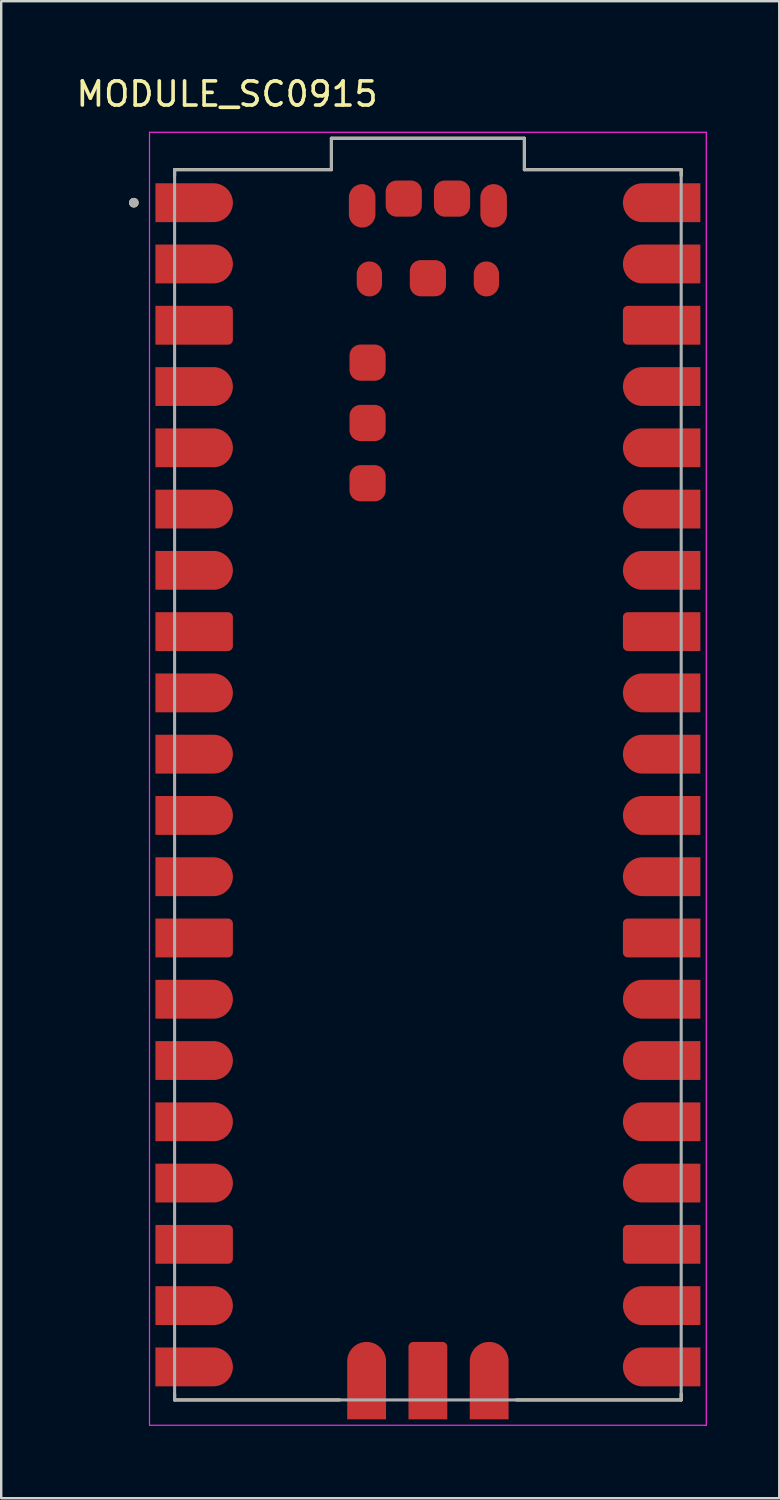
<source format=kicad_pcb>
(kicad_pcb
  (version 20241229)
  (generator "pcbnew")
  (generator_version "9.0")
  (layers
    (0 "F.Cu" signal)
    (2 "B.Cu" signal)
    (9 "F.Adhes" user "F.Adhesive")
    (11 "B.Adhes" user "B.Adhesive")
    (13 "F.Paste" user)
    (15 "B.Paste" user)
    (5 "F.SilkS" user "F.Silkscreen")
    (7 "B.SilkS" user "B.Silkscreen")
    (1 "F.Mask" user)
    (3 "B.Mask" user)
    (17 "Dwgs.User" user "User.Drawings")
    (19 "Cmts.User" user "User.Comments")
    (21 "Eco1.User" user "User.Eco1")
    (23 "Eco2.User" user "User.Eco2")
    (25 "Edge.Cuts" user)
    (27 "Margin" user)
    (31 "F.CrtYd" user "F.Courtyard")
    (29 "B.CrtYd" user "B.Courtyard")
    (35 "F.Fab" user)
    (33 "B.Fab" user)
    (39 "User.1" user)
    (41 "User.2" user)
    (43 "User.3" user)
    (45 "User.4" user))
  (footprint "MODULE_SC0915"
    (layer "F.Cu")
    (at 14.688 29.483)
    (property "Reference" "MODULE_SC0915" (at -8.325 -28.635 0) (layer "F.SilkS") (effects (font (size 1 1) (thickness 0.15))))
    (attr smd)
    (fp_poly (pts (xy -11.39 -23.23) (xy -11.39 -25.03) (xy -8.89 -25.03) (xy -8.843 -25.029) (xy -8.796 -25.025) (xy -8.749 -25.019) (xy -8.703 -25.01) (xy -8.657 -24.999) (xy -8.612 -24.986) (xy -8.567 -24.97) (xy -8.524 -24.952) (xy -8.481 -24.932) (xy -8.44 -24.909) (xy -8.4 -24.885) (xy -8.361 -24.858) (xy -8.324 -24.829) (xy -8.288 -24.799) (xy -8.254 -24.766) (xy -8.221 -24.732) (xy -8.191 -24.696) (xy -8.162 -24.659) (xy -8.135 -24.62) (xy -8.111 -24.58) (xy -8.088 -24.539) (xy -8.068 -24.496) (xy -8.05 -24.453) (xy -8.034 -24.408) (xy -8.021 -24.363) (xy -8.01 -24.317) (xy -8.001 -24.271) (xy -7.995 -24.224) (xy -7.991 -24.177) (xy -7.99 -24.13) (xy -7.991 -24.083) (xy -7.995 -24.036) (xy -8.001 -23.989) (xy -8.01 -23.943) (xy -8.021 -23.897) (xy -8.034 -23.852) (xy -8.05 -23.807) (xy -8.068 -23.764) (xy -8.088 -23.721) (xy -8.111 -23.68) (xy -8.135 -23.64) (xy -8.162 -23.601) (xy -8.191 -23.564) (xy -8.221 -23.528) (xy -8.254 -23.494) (xy -8.288 -23.461) (xy -8.324 -23.431) (xy -8.361 -23.402) (xy -8.4 -23.375) (xy -8.44 -23.351) (xy -8.481 -23.328) (xy -8.524 -23.308) (xy -8.567 -23.29) (xy -8.612 -23.274) (xy -8.657 -23.261) (xy -8.703 -23.25) (xy -8.749 -23.241) (xy -8.796 -23.235) (xy -8.843 -23.231) (xy -8.89 -23.23) (xy -11.39 -23.23)) (stroke (width 0.01) (type solid)) (fill yes) (layer "F.Mask"))
    (fp_poly (pts (xy -11.39 -20.69) (xy -11.39 -22.49) (xy -8.89 -22.49) (xy -8.843 -22.489) (xy -8.796 -22.485) (xy -8.749 -22.479) (xy -8.703 -22.47) (xy -8.657 -22.459) (xy -8.612 -22.446) (xy -8.567 -22.43) (xy -8.524 -22.412) (xy -8.481 -22.392) (xy -8.44 -22.369) (xy -8.4 -22.345) (xy -8.361 -22.318) (xy -8.324 -22.289) (xy -8.288 -22.259) (xy -8.254 -22.226) (xy -8.221 -22.192) (xy -8.191 -22.156) (xy -8.162 -22.119) (xy -8.135 -22.08) (xy -8.111 -22.04) (xy -8.088 -21.999) (xy -8.068 -21.956) (xy -8.05 -21.913) (xy -8.034 -21.868) (xy -8.021 -21.823) (xy -8.01 -21.777) (xy -8.001 -21.731) (xy -7.995 -21.684) (xy -7.991 -21.637) (xy -7.99 -21.59) (xy -7.991 -21.543) (xy -7.995 -21.496) (xy -8.001 -21.449) (xy -8.01 -21.403) (xy -8.021 -21.357) (xy -8.034 -21.312) (xy -8.05 -21.267) (xy -8.068 -21.224) (xy -8.088 -21.181) (xy -8.111 -21.14) (xy -8.135 -21.1) (xy -8.162 -21.061) (xy -8.191 -21.024) (xy -8.221 -20.988) (xy -8.254 -20.954) (xy -8.288 -20.921) (xy -8.324 -20.891) (xy -8.361 -20.862) (xy -8.4 -20.835) (xy -8.44 -20.811) (xy -8.481 -20.788) (xy -8.524 -20.768) (xy -8.567 -20.75) (xy -8.612 -20.734) (xy -8.657 -20.721) (xy -8.703 -20.71) (xy -8.749 -20.701) (xy -8.796 -20.695) (xy -8.843 -20.691) (xy -8.89 -20.69) (xy -11.39 -20.69)) (stroke (width 0.01) (type solid)) (fill yes) (layer "F.Mask"))
    (fp_poly (pts (xy -11.39 -15.61) (xy -11.39 -17.41) (xy -8.89 -17.41) (xy -8.843 -17.409) (xy -8.796 -17.405) (xy -8.749 -17.399) (xy -8.703 -17.39) (xy -8.657 -17.379) (xy -8.612 -17.366) (xy -8.567 -17.35) (xy -8.524 -17.332) (xy -8.481 -17.312) (xy -8.44 -17.289) (xy -8.4 -17.265) (xy -8.361 -17.238) (xy -8.324 -17.209) (xy -8.288 -17.179) (xy -8.254 -17.146) (xy -8.221 -17.112) (xy -8.191 -17.076) (xy -8.162 -17.039) (xy -8.135 -17) (xy -8.111 -16.96) (xy -8.088 -16.919) (xy -8.068 -16.876) (xy -8.05 -16.833) (xy -8.034 -16.788) (xy -8.021 -16.743) (xy -8.01 -16.697) (xy -8.001 -16.651) (xy -7.995 -16.604) (xy -7.991 -16.557) (xy -7.99 -16.51) (xy -7.991 -16.463) (xy -7.995 -16.416) (xy -8.001 -16.369) (xy -8.01 -16.323) (xy -8.021 -16.277) (xy -8.034 -16.232) (xy -8.05 -16.187) (xy -8.068 -16.144) (xy -8.088 -16.101) (xy -8.111 -16.06) (xy -8.135 -16.02) (xy -8.162 -15.981) (xy -8.191 -15.944) (xy -8.221 -15.908) (xy -8.254 -15.874) (xy -8.288 -15.841) (xy -8.324 -15.811) (xy -8.361 -15.782) (xy -8.4 -15.755) (xy -8.44 -15.731) (xy -8.481 -15.708) (xy -8.524 -15.688) (xy -8.567 -15.67) (xy -8.612 -15.654) (xy -8.657 -15.641) (xy -8.703 -15.63) (xy -8.749 -15.621) (xy -8.796 -15.615) (xy -8.843 -15.611) (xy -8.89 -15.61) (xy -11.39 -15.61)) (stroke (width 0.01) (type solid)) (fill yes) (layer "F.Mask"))
    (fp_poly (pts (xy -11.39 -13.07) (xy -11.39 -14.87) (xy -8.89 -14.87) (xy -8.843 -14.869) (xy -8.796 -14.865) (xy -8.749 -14.859) (xy -8.703 -14.85) (xy -8.657 -14.839) (xy -8.612 -14.826) (xy -8.567 -14.81) (xy -8.524 -14.792) (xy -8.481 -14.772) (xy -8.44 -14.749) (xy -8.4 -14.725) (xy -8.361 -14.698) (xy -8.324 -14.669) (xy -8.288 -14.639) (xy -8.254 -14.606) (xy -8.221 -14.572) (xy -8.191 -14.536) (xy -8.162 -14.499) (xy -8.135 -14.46) (xy -8.111 -14.42) (xy -8.088 -14.379) (xy -8.068 -14.336) (xy -8.05 -14.293) (xy -8.034 -14.248) (xy -8.021 -14.203) (xy -8.01 -14.157) (xy -8.001 -14.111) (xy -7.995 -14.064) (xy -7.991 -14.017) (xy -7.99 -13.97) (xy -7.991 -13.923) (xy -7.995 -13.876) (xy -8.001 -13.829) (xy -8.01 -13.783) (xy -8.021 -13.737) (xy -8.034 -13.692) (xy -8.05 -13.647) (xy -8.068 -13.604) (xy -8.088 -13.561) (xy -8.111 -13.52) (xy -8.135 -13.48) (xy -8.162 -13.441) (xy -8.191 -13.404) (xy -8.221 -13.368) (xy -8.254 -13.334) (xy -8.288 -13.301) (xy -8.324 -13.271) (xy -8.361 -13.242) (xy -8.4 -13.215) (xy -8.44 -13.191) (xy -8.481 -13.168) (xy -8.524 -13.148) (xy -8.567 -13.13) (xy -8.612 -13.114) (xy -8.657 -13.101) (xy -8.703 -13.09) (xy -8.749 -13.081) (xy -8.796 -13.075) (xy -8.843 -13.071) (xy -8.89 -13.07) (xy -11.39 -13.07)) (stroke (width 0.01) (type solid)) (fill yes) (layer "F.Mask"))
    (fp_poly (pts (xy -11.39 -10.53) (xy -11.39 -12.33) (xy -8.89 -12.33) (xy -8.843 -12.329) (xy -8.796 -12.325) (xy -8.749 -12.319) (xy -8.703 -12.31) (xy -8.657 -12.299) (xy -8.612 -12.286) (xy -8.567 -12.27) (xy -8.524 -12.252) (xy -8.481 -12.232) (xy -8.44 -12.209) (xy -8.4 -12.185) (xy -8.361 -12.158) (xy -8.324 -12.129) (xy -8.288 -12.099) (xy -8.254 -12.066) (xy -8.221 -12.032) (xy -8.191 -11.996) (xy -8.162 -11.959) (xy -8.135 -11.92) (xy -8.111 -11.88) (xy -8.088 -11.839) (xy -8.068 -11.796) (xy -8.05 -11.753) (xy -8.034 -11.708) (xy -8.021 -11.663) (xy -8.01 -11.617) (xy -8.001 -11.571) (xy -7.995 -11.524) (xy -7.991 -11.477) (xy -7.99 -11.43) (xy -7.991 -11.383) (xy -7.995 -11.336) (xy -8.001 -11.289) (xy -8.01 -11.243) (xy -8.021 -11.197) (xy -8.034 -11.152) (xy -8.05 -11.107) (xy -8.068 -11.064) (xy -8.088 -11.021) (xy -8.111 -10.98) (xy -8.135 -10.94) (xy -8.162 -10.901) (xy -8.191 -10.864) (xy -8.221 -10.828) (xy -8.254 -10.794) (xy -8.288 -10.761) (xy -8.324 -10.731) (xy -8.361 -10.702) (xy -8.4 -10.675) (xy -8.44 -10.651) (xy -8.481 -10.628) (xy -8.524 -10.608) (xy -8.567 -10.59) (xy -8.612 -10.574) (xy -8.657 -10.561) (xy -8.703 -10.55) (xy -8.749 -10.541) (xy -8.796 -10.535) (xy -8.843 -10.531) (xy -8.89 -10.53) (xy -11.39 -10.53)) (stroke (width 0.01) (type solid)) (fill yes) (layer "F.Mask"))
    (fp_poly (pts (xy -11.39 -7.99) (xy -11.39 -9.79) (xy -8.89 -9.79) (xy -8.843 -9.789) (xy -8.796 -9.785) (xy -8.749 -9.779) (xy -8.703 -9.77) (xy -8.657 -9.759) (xy -8.612 -9.746) (xy -8.567 -9.73) (xy -8.524 -9.712) (xy -8.481 -9.692) (xy -8.44 -9.669) (xy -8.4 -9.645) (xy -8.361 -9.618) (xy -8.324 -9.589) (xy -8.288 -9.559) (xy -8.254 -9.526) (xy -8.221 -9.492) (xy -8.191 -9.456) (xy -8.162 -9.419) (xy -8.135 -9.38) (xy -8.111 -9.34) (xy -8.088 -9.299) (xy -8.068 -9.256) (xy -8.05 -9.213) (xy -8.034 -9.168) (xy -8.021 -9.123) (xy -8.01 -9.077) (xy -8.001 -9.031) (xy -7.995 -8.984) (xy -7.991 -8.937) (xy -7.99 -8.89) (xy -7.991 -8.843) (xy -7.995 -8.796) (xy -8.001 -8.749) (xy -8.01 -8.703) (xy -8.021 -8.657) (xy -8.034 -8.612) (xy -8.05 -8.567) (xy -8.068 -8.524) (xy -8.088 -8.481) (xy -8.111 -8.44) (xy -8.135 -8.4) (xy -8.162 -8.361) (xy -8.191 -8.324) (xy -8.221 -8.288) (xy -8.254 -8.254) (xy -8.288 -8.221) (xy -8.324 -8.191) (xy -8.361 -8.162) (xy -8.4 -8.135) (xy -8.44 -8.111) (xy -8.481 -8.088) (xy -8.524 -8.068) (xy -8.567 -8.05) (xy -8.612 -8.034) (xy -8.657 -8.021) (xy -8.703 -8.01) (xy -8.749 -8.001) (xy -8.796 -7.995) (xy -8.843 -7.991) (xy -8.89 -7.99) (xy -11.39 -7.99)) (stroke (width 0.01) (type solid)) (fill yes) (layer "F.Mask"))
    (fp_poly (pts (xy -11.39 -2.91) (xy -11.39 -4.71) (xy -8.89 -4.71) (xy -8.843 -4.709) (xy -8.796 -4.705) (xy -8.749 -4.699) (xy -8.703 -4.69) (xy -8.657 -4.679) (xy -8.612 -4.666) (xy -8.567 -4.65) (xy -8.524 -4.632) (xy -8.481 -4.612) (xy -8.44 -4.589) (xy -8.4 -4.565) (xy -8.361 -4.538) (xy -8.324 -4.509) (xy -8.288 -4.479) (xy -8.254 -4.446) (xy -8.221 -4.412) (xy -8.191 -4.376) (xy -8.162 -4.339) (xy -8.135 -4.3) (xy -8.111 -4.26) (xy -8.088 -4.219) (xy -8.068 -4.176) (xy -8.05 -4.133) (xy -8.034 -4.088) (xy -8.021 -4.043) (xy -8.01 -3.997) (xy -8.001 -3.951) (xy -7.995 -3.904) (xy -7.991 -3.857) (xy -7.99 -3.81) (xy -7.991 -3.763) (xy -7.995 -3.716) (xy -8.001 -3.669) (xy -8.01 -3.623) (xy -8.021 -3.577) (xy -8.034 -3.532) (xy -8.05 -3.487) (xy -8.068 -3.444) (xy -8.088 -3.401) (xy -8.111 -3.36) (xy -8.135 -3.32) (xy -8.162 -3.281) (xy -8.191 -3.244) (xy -8.221 -3.208) (xy -8.254 -3.174) (xy -8.288 -3.141) (xy -8.324 -3.111) (xy -8.361 -3.082) (xy -8.4 -3.055) (xy -8.44 -3.031) (xy -8.481 -3.008) (xy -8.524 -2.988) (xy -8.567 -2.97) (xy -8.612 -2.954) (xy -8.657 -2.941) (xy -8.703 -2.93) (xy -8.749 -2.921) (xy -8.796 -2.915) (xy -8.843 -2.911) (xy -8.89 -2.91) (xy -11.39 -2.91)) (stroke (width 0.01) (type solid)) (fill yes) (layer "F.Mask"))
    (fp_poly (pts (xy -11.39 -0.37) (xy -11.39 -2.17) (xy -8.89 -2.17) (xy -8.843 -2.169) (xy -8.796 -2.165) (xy -8.749 -2.159) (xy -8.703 -2.15) (xy -8.657 -2.139) (xy -8.612 -2.126) (xy -8.567 -2.11) (xy -8.524 -2.092) (xy -8.481 -2.072) (xy -8.44 -2.049) (xy -8.4 -2.025) (xy -8.361 -1.998) (xy -8.324 -1.969) (xy -8.288 -1.939) (xy -8.254 -1.906) (xy -8.221 -1.872) (xy -8.191 -1.836) (xy -8.162 -1.799) (xy -8.135 -1.76) (xy -8.111 -1.72) (xy -8.088 -1.679) (xy -8.068 -1.636) (xy -8.05 -1.593) (xy -8.034 -1.548) (xy -8.021 -1.503) (xy -8.01 -1.457) (xy -8.001 -1.411) (xy -7.995 -1.364) (xy -7.991 -1.317) (xy -7.99 -1.27) (xy -7.991 -1.223) (xy -7.995 -1.176) (xy -8.001 -1.129) (xy -8.01 -1.083) (xy -8.021 -1.037) (xy -8.034 -0.992) (xy -8.05 -0.947) (xy -8.068 -0.904) (xy -8.088 -0.861) (xy -8.111 -0.82) (xy -8.135 -0.78) (xy -8.162 -0.741) (xy -8.191 -0.704) (xy -8.221 -0.668) (xy -8.254 -0.634) (xy -8.288 -0.601) (xy -8.324 -0.571) (xy -8.361 -0.542) (xy -8.4 -0.515) (xy -8.44 -0.491) (xy -8.481 -0.468) (xy -8.524 -0.448) (xy -8.567 -0.43) (xy -8.612 -0.414) (xy -8.657 -0.401) (xy -8.703 -0.39) (xy -8.749 -0.381) (xy -8.796 -0.375) (xy -8.843 -0.371) (xy -8.89 -0.37) (xy -11.39 -0.37)) (stroke (width 0.01) (type solid)) (fill yes) (layer "F.Mask"))
    (fp_poly (pts (xy -11.39 2.17) (xy -11.39 0.37) (xy -8.89 0.37) (xy -8.843 0.371) (xy -8.796 0.375) (xy -8.749 0.381) (xy -8.703 0.39) (xy -8.657 0.401) (xy -8.612 0.414) (xy -8.567 0.43) (xy -8.524 0.448) (xy -8.481 0.468) (xy -8.44 0.491) (xy -8.4 0.515) (xy -8.361 0.542) (xy -8.324 0.571) (xy -8.288 0.601) (xy -8.254 0.634) (xy -8.221 0.668) (xy -8.191 0.704) (xy -8.162 0.741) (xy -8.135 0.78) (xy -8.111 0.82) (xy -8.088 0.861) (xy -8.068 0.904) (xy -8.05 0.947) (xy -8.034 0.992) (xy -8.021 1.037) (xy -8.01 1.083) (xy -8.001 1.129) (xy -7.995 1.176) (xy -7.991 1.223) (xy -7.99 1.27) (xy -7.991 1.317) (xy -7.995 1.364) (xy -8.001 1.411) (xy -8.01 1.457) (xy -8.021 1.503) (xy -8.034 1.548) (xy -8.05 1.593) (xy -8.068 1.636) (xy -8.088 1.679) (xy -8.111 1.72) (xy -8.135 1.76) (xy -8.162 1.799) (xy -8.191 1.836) (xy -8.221 1.872) (xy -8.254 1.906) (xy -8.288 1.939) (xy -8.324 1.969) (xy -8.361 1.998) (xy -8.4 2.025) (xy -8.44 2.049) (xy -8.481 2.072) (xy -8.524 2.092) (xy -8.567 2.11) (xy -8.612 2.126) (xy -8.657 2.139) (xy -8.703 2.15) (xy -8.749 2.159) (xy -8.796 2.165) (xy -8.843 2.169) (xy -8.89 2.17) (xy -11.39 2.17)) (stroke (width 0.01) (type solid)) (fill yes) (layer "F.Mask"))
    (fp_poly (pts (xy -11.39 4.71) (xy -11.39 2.91) (xy -8.89 2.91) (xy -8.843 2.911) (xy -8.796 2.915) (xy -8.749 2.921) (xy -8.703 2.93) (xy -8.657 2.941) (xy -8.612 2.954) (xy -8.567 2.97) (xy -8.524 2.988) (xy -8.481 3.008) (xy -8.44 3.031) (xy -8.4 3.055) (xy -8.361 3.082) (xy -8.324 3.111) (xy -8.288 3.141) (xy -8.254 3.174) (xy -8.221 3.208) (xy -8.191 3.244) (xy -8.162 3.281) (xy -8.135 3.32) (xy -8.111 3.36) (xy -8.088 3.401) (xy -8.068 3.444) (xy -8.05 3.487) (xy -8.034 3.532) (xy -8.021 3.577) (xy -8.01 3.623) (xy -8.001 3.669) (xy -7.995 3.716) (xy -7.991 3.763) (xy -7.99 3.81) (xy -7.991 3.857) (xy -7.995 3.904) (xy -8.001 3.951) (xy -8.01 3.997) (xy -8.021 4.043) (xy -8.034 4.088) (xy -8.05 4.133) (xy -8.068 4.176) (xy -8.088 4.219) (xy -8.111 4.26) (xy -8.135 4.3) (xy -8.162 4.339) (xy -8.191 4.376) (xy -8.221 4.412) (xy -8.254 4.446) (xy -8.288 4.479) (xy -8.324 4.509) (xy -8.361 4.538) (xy -8.4 4.565) (xy -8.44 4.589) (xy -8.481 4.612) (xy -8.524 4.632) (xy -8.567 4.65) (xy -8.612 4.666) (xy -8.657 4.679) (xy -8.703 4.69) (xy -8.749 4.699) (xy -8.796 4.705) (xy -8.843 4.709) (xy -8.89 4.71) (xy -11.39 4.71)) (stroke (width 0.01) (type solid)) (fill yes) (layer "F.Mask"))
    (fp_poly (pts (xy -11.39 9.79) (xy -11.39 7.99) (xy -8.89 7.99) (xy -8.843 7.991) (xy -8.796 7.995) (xy -8.749 8.001) (xy -8.703 8.01) (xy -8.657 8.021) (xy -8.612 8.034) (xy -8.567 8.05) (xy -8.524 8.068) (xy -8.481 8.088) (xy -8.44 8.111) (xy -8.4 8.135) (xy -8.361 8.162) (xy -8.324 8.191) (xy -8.288 8.221) (xy -8.254 8.254) (xy -8.221 8.288) (xy -8.191 8.324) (xy -8.162 8.361) (xy -8.135 8.4) (xy -8.111 8.44) (xy -8.088 8.481) (xy -8.068 8.524) (xy -8.05 8.567) (xy -8.034 8.612) (xy -8.021 8.657) (xy -8.01 8.703) (xy -8.001 8.749) (xy -7.995 8.796) (xy -7.991 8.843) (xy -7.99 8.89) (xy -7.991 8.937) (xy -7.995 8.984) (xy -8.001 9.031) (xy -8.01 9.077) (xy -8.021 9.123) (xy -8.034 9.168) (xy -8.05 9.213) (xy -8.068 9.256) (xy -8.088 9.299) (xy -8.111 9.34) (xy -8.135 9.38) (xy -8.162 9.419) (xy -8.191 9.456) (xy -8.221 9.492) (xy -8.254 9.526) (xy -8.288 9.559) (xy -8.324 9.589) (xy -8.361 9.618) (xy -8.4 9.645) (xy -8.44 9.669) (xy -8.481 9.692) (xy -8.524 9.712) (xy -8.567 9.73) (xy -8.612 9.746) (xy -8.657 9.759) (xy -8.703 9.77) (xy -8.749 9.779) (xy -8.796 9.785) (xy -8.843 9.789) (xy -8.89 9.79) (xy -11.39 9.79)) (stroke (width 0.01) (type solid)) (fill yes) (layer "F.Mask"))
    (fp_poly (pts (xy -11.39 12.33) (xy -11.39 10.53) (xy -8.89 10.53) (xy -8.843 10.531) (xy -8.796 10.535) (xy -8.749 10.541) (xy -8.703 10.55) (xy -8.657 10.561) (xy -8.612 10.574) (xy -8.567 10.59) (xy -8.524 10.608) (xy -8.481 10.628) (xy -8.44 10.651) (xy -8.4 10.675) (xy -8.361 10.702) (xy -8.324 10.731) (xy -8.288 10.761) (xy -8.254 10.794) (xy -8.221 10.828) (xy -8.191 10.864) (xy -8.162 10.901) (xy -8.135 10.94) (xy -8.111 10.98) (xy -8.088 11.021) (xy -8.068 11.064) (xy -8.05 11.107) (xy -8.034 11.152) (xy -8.021 11.197) (xy -8.01 11.243) (xy -8.001 11.289) (xy -7.995 11.336) (xy -7.991 11.383) (xy -7.99 11.43) (xy -7.991 11.477) (xy -7.995 11.524) (xy -8.001 11.571) (xy -8.01 11.617) (xy -8.021 11.663) (xy -8.034 11.708) (xy -8.05 11.753) (xy -8.068 11.796) (xy -8.088 11.839) (xy -8.111 11.88) (xy -8.135 11.92) (xy -8.162 11.959) (xy -8.191 11.996) (xy -8.221 12.032) (xy -8.254 12.066) (xy -8.288 12.099) (xy -8.324 12.129) (xy -8.361 12.158) (xy -8.4 12.185) (xy -8.44 12.209) (xy -8.481 12.232) (xy -8.524 12.252) (xy -8.567 12.27) (xy -8.612 12.286) (xy -8.657 12.299) (xy -8.703 12.31) (xy -8.749 12.319) (xy -8.796 12.325) (xy -8.843 12.329) (xy -8.89 12.33) (xy -11.39 12.33)) (stroke (width 0.01) (type solid)) (fill yes) (layer "F.Mask"))
    (fp_poly (pts (xy -11.39 14.87) (xy -11.39 13.07) (xy -8.89 13.07) (xy -8.843 13.071) (xy -8.796 13.075) (xy -8.749 13.081) (xy -8.703 13.09) (xy -8.657 13.101) (xy -8.612 13.114) (xy -8.567 13.13) (xy -8.524 13.148) (xy -8.481 13.168) (xy -8.44 13.191) (xy -8.4 13.215) (xy -8.361 13.242) (xy -8.324 13.271) (xy -8.288 13.301) (xy -8.254 13.334) (xy -8.221 13.368) (xy -8.191 13.404) (xy -8.162 13.441) (xy -8.135 13.48) (xy -8.111 13.52) (xy -8.088 13.561) (xy -8.068 13.604) (xy -8.05 13.647) (xy -8.034 13.692) (xy -8.021 13.737) (xy -8.01 13.783) (xy -8.001 13.829) (xy -7.995 13.876) (xy -7.991 13.923) (xy -7.99 13.97) (xy -7.991 14.017) (xy -7.995 14.064) (xy -8.001 14.111) (xy -8.01 14.157) (xy -8.021 14.203) (xy -8.034 14.248) (xy -8.05 14.293) (xy -8.068 14.336) (xy -8.088 14.379) (xy -8.111 14.42) (xy -8.135 14.46) (xy -8.162 14.499) (xy -8.191 14.536) (xy -8.221 14.572) (xy -8.254 14.606) (xy -8.288 14.639) (xy -8.324 14.669) (xy -8.361 14.698) (xy -8.4 14.725) (xy -8.44 14.749) (xy -8.481 14.772) (xy -8.524 14.792) (xy -8.567 14.81) (xy -8.612 14.826) (xy -8.657 14.839) (xy -8.703 14.85) (xy -8.749 14.859) (xy -8.796 14.865) (xy -8.843 14.869) (xy -8.89 14.87) (xy -11.39 14.87)) (stroke (width 0.01) (type solid)) (fill yes) (layer "F.Mask"))
    (fp_poly (pts (xy -11.39 17.41) (xy -11.39 15.61) (xy -8.89 15.61) (xy -8.843 15.611) (xy -8.796 15.615) (xy -8.749 15.621) (xy -8.703 15.63) (xy -8.657 15.641) (xy -8.612 15.654) (xy -8.567 15.67) (xy -8.524 15.688) (xy -8.481 15.708) (xy -8.44 15.731) (xy -8.4 15.755) (xy -8.361 15.782) (xy -8.324 15.811) (xy -8.288 15.841) (xy -8.254 15.874) (xy -8.221 15.908) (xy -8.191 15.944) (xy -8.162 15.981) (xy -8.135 16.02) (xy -8.111 16.06) (xy -8.088 16.101) (xy -8.068 16.144) (xy -8.05 16.187) (xy -8.034 16.232) (xy -8.021 16.277) (xy -8.01 16.323) (xy -8.001 16.369) (xy -7.995 16.416) (xy -7.991 16.463) (xy -7.99 16.51) (xy -7.991 16.557) (xy -7.995 16.604) (xy -8.001 16.651) (xy -8.01 16.697) (xy -8.021 16.743) (xy -8.034 16.788) (xy -8.05 16.833) (xy -8.068 16.876) (xy -8.088 16.919) (xy -8.111 16.96) (xy -8.135 17) (xy -8.162 17.039) (xy -8.191 17.076) (xy -8.221 17.112) (xy -8.254 17.146) (xy -8.288 17.179) (xy -8.324 17.209) (xy -8.361 17.238) (xy -8.4 17.265) (xy -8.44 17.289) (xy -8.481 17.312) (xy -8.524 17.332) (xy -8.567 17.35) (xy -8.612 17.366) (xy -8.657 17.379) (xy -8.703 17.39) (xy -8.749 17.399) (xy -8.796 17.405) (xy -8.843 17.409) (xy -8.89 17.41) (xy -11.39 17.41)) (stroke (width 0.01) (type solid)) (fill yes) (layer "F.Mask"))
    (fp_poly (pts (xy -11.39 22.49) (xy -11.39 20.69) (xy -8.89 20.69) (xy -8.843 20.691) (xy -8.796 20.695) (xy -8.749 20.701) (xy -8.703 20.71) (xy -8.657 20.721) (xy -8.612 20.734) (xy -8.567 20.75) (xy -8.524 20.768) (xy -8.481 20.788) (xy -8.44 20.811) (xy -8.4 20.835) (xy -8.361 20.862) (xy -8.324 20.891) (xy -8.288 20.921) (xy -8.254 20.954) (xy -8.221 20.988) (xy -8.191 21.024) (xy -8.162 21.061) (xy -8.135 21.1) (xy -8.111 21.14) (xy -8.088 21.181) (xy -8.068 21.224) (xy -8.05 21.267) (xy -8.034 21.312) (xy -8.021 21.357) (xy -8.01 21.403) (xy -8.001 21.449) (xy -7.995 21.496) (xy -7.991 21.543) (xy -7.99 21.59) (xy -7.991 21.637) (xy -7.995 21.684) (xy -8.001 21.731) (xy -8.01 21.777) (xy -8.021 21.823) (xy -8.034 21.868) (xy -8.05 21.913) (xy -8.068 21.956) (xy -8.088 21.999) (xy -8.111 22.04) (xy -8.135 22.08) (xy -8.162 22.119) (xy -8.191 22.156) (xy -8.221 22.192) (xy -8.254 22.226) (xy -8.288 22.259) (xy -8.324 22.289) (xy -8.361 22.318) (xy -8.4 22.345) (xy -8.44 22.369) (xy -8.481 22.392) (xy -8.524 22.412) (xy -8.567 22.43) (xy -8.612 22.446) (xy -8.657 22.459) (xy -8.703 22.47) (xy -8.749 22.479) (xy -8.796 22.485) (xy -8.843 22.489) (xy -8.89 22.49) (xy -11.39 22.49)) (stroke (width 0.01) (type solid)) (fill yes) (layer "F.Mask"))
    (fp_poly (pts (xy -11.39 25.03) (xy -11.39 23.23) (xy -8.89 23.23) (xy -8.843 23.231) (xy -8.796 23.235) (xy -8.749 23.241) (xy -8.703 23.25) (xy -8.657 23.261) (xy -8.612 23.274) (xy -8.567 23.29) (xy -8.524 23.308) (xy -8.481 23.328) (xy -8.44 23.351) (xy -8.4 23.375) (xy -8.361 23.402) (xy -8.324 23.431) (xy -8.288 23.461) (xy -8.254 23.494) (xy -8.221 23.528) (xy -8.191 23.564) (xy -8.162 23.601) (xy -8.135 23.64) (xy -8.111 23.68) (xy -8.088 23.721) (xy -8.068 23.764) (xy -8.05 23.807) (xy -8.034 23.852) (xy -8.021 23.897) (xy -8.01 23.943) (xy -8.001 23.989) (xy -7.995 24.036) (xy -7.991 24.083) (xy -7.99 24.13) (xy -7.991 24.177) (xy -7.995 24.224) (xy -8.001 24.271) (xy -8.01 24.317) (xy -8.021 24.363) (xy -8.034 24.408) (xy -8.05 24.453) (xy -8.068 24.496) (xy -8.088 24.539) (xy -8.111 24.58) (xy -8.135 24.62) (xy -8.162 24.659) (xy -8.191 24.696) (xy -8.221 24.732) (xy -8.254 24.766) (xy -8.288 24.799) (xy -8.324 24.829) (xy -8.361 24.858) (xy -8.4 24.885) (xy -8.44 24.909) (xy -8.481 24.932) (xy -8.524 24.952) (xy -8.567 24.97) (xy -8.612 24.986) (xy -8.657 24.999) (xy -8.703 25.01) (xy -8.749 25.019) (xy -8.796 25.025) (xy -8.843 25.029) (xy -8.89 25.03) (xy -11.39 25.03)) (stroke (width 0.01) (type solid)) (fill yes) (layer "F.Mask"))
    (fp_poly (pts (xy -3.44 26.4) (xy -3.44 23.9) (xy -3.439 23.853) (xy -3.435 23.806) (xy -3.429 23.759) (xy -3.42 23.713) (xy -3.409 23.667) (xy -3.396 23.622) (xy -3.38 23.577) (xy -3.362 23.534) (xy -3.342 23.491) (xy -3.319 23.45) (xy -3.295 23.41) (xy -3.268 23.371) (xy -3.239 23.334) (xy -3.209 23.298) (xy -3.176 23.264) (xy -3.142 23.231) (xy -3.106 23.201) (xy -3.069 23.172) (xy -3.03 23.145) (xy -2.99 23.121) (xy -2.949 23.098) (xy -2.906 23.078) (xy -2.863 23.06) (xy -2.818 23.044) (xy -2.773 23.031) (xy -2.727 23.02) (xy -2.681 23.011) (xy -2.634 23.005) (xy -2.587 23.001) (xy -2.54 23) (xy -2.493 23.001) (xy -2.446 23.005) (xy -2.399 23.011) (xy -2.353 23.02) (xy -2.307 23.031) (xy -2.262 23.044) (xy -2.217 23.06) (xy -2.174 23.078) (xy -2.131 23.098) (xy -2.09 23.121) (xy -2.05 23.145) (xy -2.011 23.172) (xy -1.974 23.201) (xy -1.938 23.231) (xy -1.904 23.264) (xy -1.871 23.298) (xy -1.841 23.334) (xy -1.812 23.371) (xy -1.785 23.41) (xy -1.761 23.45) (xy -1.738 23.491) (xy -1.718 23.534) (xy -1.7 23.577) (xy -1.684 23.622) (xy -1.671 23.667) (xy -1.66 23.713) (xy -1.651 23.759) (xy -1.645 23.806) (xy -1.641 23.853) (xy -1.64 23.9) (xy -1.64 26.4) (xy -3.44 26.4)) (stroke (width 0.01) (type solid)) (fill yes) (layer "F.Mask"))
    (fp_poly (pts (xy 1.64 26.4) (xy 1.64 23.9) (xy 1.641 23.853) (xy 1.645 23.806) (xy 1.651 23.759) (xy 1.66 23.713) (xy 1.671 23.667) (xy 1.684 23.622) (xy 1.7 23.577) (xy 1.718 23.534) (xy 1.738 23.491) (xy 1.761 23.45) (xy 1.785 23.41) (xy 1.812 23.371) (xy 1.841 23.334) (xy 1.871 23.298) (xy 1.904 23.264) (xy 1.938 23.231) (xy 1.974 23.201) (xy 2.011 23.172) (xy 2.05 23.145) (xy 2.09 23.121) (xy 2.131 23.098) (xy 2.174 23.078) (xy 2.217 23.06) (xy 2.262 23.044) (xy 2.307 23.031) (xy 2.353 23.02) (xy 2.399 23.011) (xy 2.446 23.005) (xy 2.493 23.001) (xy 2.54 23) (xy 2.587 23.001) (xy 2.634 23.005) (xy 2.681 23.011) (xy 2.727 23.02) (xy 2.773 23.031) (xy 2.818 23.044) (xy 2.863 23.06) (xy 2.906 23.078) (xy 2.949 23.098) (xy 2.99 23.121) (xy 3.03 23.145) (xy 3.069 23.172) (xy 3.106 23.201) (xy 3.142 23.231) (xy 3.176 23.264) (xy 3.209 23.298) (xy 3.239 23.334) (xy 3.268 23.371) (xy 3.295 23.41) (xy 3.319 23.45) (xy 3.342 23.491) (xy 3.362 23.534) (xy 3.38 23.577) (xy 3.396 23.622) (xy 3.409 23.667) (xy 3.42 23.713) (xy 3.429 23.759) (xy 3.435 23.806) (xy 3.439 23.853) (xy 3.44 23.9) (xy 3.44 26.4) (xy 1.64 26.4)) (stroke (width 0.01) (type solid)) (fill yes) (layer "F.Mask"))
    (fp_poly (pts (xy 11.39 -23.23) (xy 11.39 -25.03) (xy 8.89 -25.03) (xy 8.843 -25.029) (xy 8.796 -25.025) (xy 8.749 -25.019) (xy 8.703 -25.01) (xy 8.657 -24.999) (xy 8.612 -24.986) (xy 8.567 -24.97) (xy 8.524 -24.952) (xy 8.481 -24.932) (xy 8.44 -24.909) (xy 8.4 -24.885) (xy 8.361 -24.858) (xy 8.324 -24.829) (xy 8.288 -24.799) (xy 8.254 -24.766) (xy 8.221 -24.732) (xy 8.191 -24.696) (xy 8.162 -24.659) (xy 8.135 -24.62) (xy 8.111 -24.58) (xy 8.088 -24.539) (xy 8.068 -24.496) (xy 8.05 -24.453) (xy 8.034 -24.408) (xy 8.021 -24.363) (xy 8.01 -24.317) (xy 8.001 -24.271) (xy 7.995 -24.224) (xy 7.991 -24.177) (xy 7.99 -24.13) (xy 7.991 -24.083) (xy 7.995 -24.036) (xy 8.001 -23.989) (xy 8.01 -23.943) (xy 8.021 -23.897) (xy 8.034 -23.852) (xy 8.05 -23.807) (xy 8.068 -23.764) (xy 8.088 -23.721) (xy 8.111 -23.68) (xy 8.135 -23.64) (xy 8.162 -23.601) (xy 8.191 -23.564) (xy 8.221 -23.528) (xy 8.254 -23.494) (xy 8.288 -23.461) (xy 8.324 -23.431) (xy 8.361 -23.402) (xy 8.4 -23.375) (xy 8.44 -23.351) (xy 8.481 -23.328) (xy 8.524 -23.308) (xy 8.567 -23.29) (xy 8.612 -23.274) (xy 8.657 -23.261) (xy 8.703 -23.25) (xy 8.749 -23.241) (xy 8.796 -23.235) (xy 8.843 -23.231) (xy 8.89 -23.23) (xy 11.39 -23.23)) (stroke (width 0.01) (type solid)) (fill yes) (layer "F.Mask"))
    (fp_poly (pts (xy 11.39 -20.69) (xy 11.39 -22.49) (xy 8.89 -22.49) (xy 8.843 -22.489) (xy 8.796 -22.485) (xy 8.749 -22.479) (xy 8.703 -22.47) (xy 8.657 -22.459) (xy 8.612 -22.446) (xy 8.567 -22.43) (xy 8.524 -22.412) (xy 8.481 -22.392) (xy 8.44 -22.369) (xy 8.4 -22.345) (xy 8.361 -22.318) (xy 8.324 -22.289) (xy 8.288 -22.259) (xy 8.254 -22.226) (xy 8.221 -22.192) (xy 8.191 -22.156) (xy 8.162 -22.119) (xy 8.135 -22.08) (xy 8.111 -22.04) (xy 8.088 -21.999) (xy 8.068 -21.956) (xy 8.05 -21.913) (xy 8.034 -21.868) (xy 8.021 -21.823) (xy 8.01 -21.777) (xy 8.001 -21.731) (xy 7.995 -21.684) (xy 7.991 -21.637) (xy 7.99 -21.59) (xy 7.991 -21.543) (xy 7.995 -21.496) (xy 8.001 -21.449) (xy 8.01 -21.403) (xy 8.021 -21.357) (xy 8.034 -21.312) (xy 8.05 -21.267) (xy 8.068 -21.224) (xy 8.088 -21.181) (xy 8.111 -21.14) (xy 8.135 -21.1) (xy 8.162 -21.061) (xy 8.191 -21.024) (xy 8.221 -20.988) (xy 8.254 -20.954) (xy 8.288 -20.921) (xy 8.324 -20.891) (xy 8.361 -20.862) (xy 8.4 -20.835) (xy 8.44 -20.811) (xy 8.481 -20.788) (xy 8.524 -20.768) (xy 8.567 -20.75) (xy 8.612 -20.734) (xy 8.657 -20.721) (xy 8.703 -20.71) (xy 8.749 -20.701) (xy 8.796 -20.695) (xy 8.843 -20.691) (xy 8.89 -20.69) (xy 11.39 -20.69)) (stroke (width 0.01) (type solid)) (fill yes) (layer "F.Mask"))
    (fp_poly (pts (xy 11.39 -15.61) (xy 11.39 -17.41) (xy 8.89 -17.41) (xy 8.843 -17.409) (xy 8.796 -17.405) (xy 8.749 -17.399) (xy 8.703 -17.39) (xy 8.657 -17.379) (xy 8.612 -17.366) (xy 8.567 -17.35) (xy 8.524 -17.332) (xy 8.481 -17.312) (xy 8.44 -17.289) (xy 8.4 -17.265) (xy 8.361 -17.238) (xy 8.324 -17.209) (xy 8.288 -17.179) (xy 8.254 -17.146) (xy 8.221 -17.112) (xy 8.191 -17.076) (xy 8.162 -17.039) (xy 8.135 -17) (xy 8.111 -16.96) (xy 8.088 -16.919) (xy 8.068 -16.876) (xy 8.05 -16.833) (xy 8.034 -16.788) (xy 8.021 -16.743) (xy 8.01 -16.697) (xy 8.001 -16.651) (xy 7.995 -16.604) (xy 7.991 -16.557) (xy 7.99 -16.51) (xy 7.991 -16.463) (xy 7.995 -16.416) (xy 8.001 -16.369) (xy 8.01 -16.323) (xy 8.021 -16.277) (xy 8.034 -16.232) (xy 8.05 -16.187) (xy 8.068 -16.144) (xy 8.088 -16.101) (xy 8.111 -16.06) (xy 8.135 -16.02) (xy 8.162 -15.981) (xy 8.191 -15.944) (xy 8.221 -15.908) (xy 8.254 -15.874) (xy 8.288 -15.841) (xy 8.324 -15.811) (xy 8.361 -15.782) (xy 8.4 -15.755) (xy 8.44 -15.731) (xy 8.481 -15.708) (xy 8.524 -15.688) (xy 8.567 -15.67) (xy 8.612 -15.654) (xy 8.657 -15.641) (xy 8.703 -15.63) (xy 8.749 -15.621) (xy 8.796 -15.615) (xy 8.843 -15.611) (xy 8.89 -15.61) (xy 11.39 -15.61)) (stroke (width 0.01) (type solid)) (fill yes) (layer "F.Mask"))
    (fp_poly (pts (xy 11.39 -13.07) (xy 11.39 -14.87) (xy 8.89 -14.87) (xy 8.843 -14.869) (xy 8.796 -14.865) (xy 8.749 -14.859) (xy 8.703 -14.85) (xy 8.657 -14.839) (xy 8.612 -14.826) (xy 8.567 -14.81) (xy 8.524 -14.792) (xy 8.481 -14.772) (xy 8.44 -14.749) (xy 8.4 -14.725) (xy 8.361 -14.698) (xy 8.324 -14.669) (xy 8.288 -14.639) (xy 8.254 -14.606) (xy 8.221 -14.572) (xy 8.191 -14.536) (xy 8.162 -14.499) (xy 8.135 -14.46) (xy 8.111 -14.42) (xy 8.088 -14.379) (xy 8.068 -14.336) (xy 8.05 -14.293) (xy 8.034 -14.248) (xy 8.021 -14.203) (xy 8.01 -14.157) (xy 8.001 -14.111) (xy 7.995 -14.064) (xy 7.991 -14.017) (xy 7.99 -13.97) (xy 7.991 -13.923) (xy 7.995 -13.876) (xy 8.001 -13.829) (xy 8.01 -13.783) (xy 8.021 -13.737) (xy 8.034 -13.692) (xy 8.05 -13.647) (xy 8.068 -13.604) (xy 8.088 -13.561) (xy 8.111 -13.52) (xy 8.135 -13.48) (xy 8.162 -13.441) (xy 8.191 -13.404) (xy 8.221 -13.368) (xy 8.254 -13.334) (xy 8.288 -13.301) (xy 8.324 -13.271) (xy 8.361 -13.242) (xy 8.4 -13.215) (xy 8.44 -13.191) (xy 8.481 -13.168) (xy 8.524 -13.148) (xy 8.567 -13.13) (xy 8.612 -13.114) (xy 8.657 -13.101) (xy 8.703 -13.09) (xy 8.749 -13.081) (xy 8.796 -13.075) (xy 8.843 -13.071) (xy 8.89 -13.07) (xy 11.39 -13.07)) (stroke (width 0.01) (type solid)) (fill yes) (layer "F.Mask"))
    (fp_poly (pts (xy 11.39 -10.53) (xy 11.39 -12.33) (xy 8.89 -12.33) (xy 8.843 -12.329) (xy 8.796 -12.325) (xy 8.749 -12.319) (xy 8.703 -12.31) (xy 8.657 -12.299) (xy 8.612 -12.286) (xy 8.567 -12.27) (xy 8.524 -12.252) (xy 8.481 -12.232) (xy 8.44 -12.209) (xy 8.4 -12.185) (xy 8.361 -12.158) (xy 8.324 -12.129) (xy 8.288 -12.099) (xy 8.254 -12.066) (xy 8.221 -12.032) (xy 8.191 -11.996) (xy 8.162 -11.959) (xy 8.135 -11.92) (xy 8.111 -11.88) (xy 8.088 -11.839) (xy 8.068 -11.796) (xy 8.05 -11.753) (xy 8.034 -11.708) (xy 8.021 -11.663) (xy 8.01 -11.617) (xy 8.001 -11.571) (xy 7.995 -11.524) (xy 7.991 -11.477) (xy 7.99 -11.43) (xy 7.991 -11.383) (xy 7.995 -11.336) (xy 8.001 -11.289) (xy 8.01 -11.243) (xy 8.021 -11.197) (xy 8.034 -11.152) (xy 8.05 -11.107) (xy 8.068 -11.064) (xy 8.088 -11.021) (xy 8.111 -10.98) (xy 8.135 -10.94) (xy 8.162 -10.901) (xy 8.191 -10.864) (xy 8.221 -10.828) (xy 8.254 -10.794) (xy 8.288 -10.761) (xy 8.324 -10.731) (xy 8.361 -10.702) (xy 8.4 -10.675) (xy 8.44 -10.651) (xy 8.481 -10.628) (xy 8.524 -10.608) (xy 8.567 -10.59) (xy 8.612 -10.574) (xy 8.657 -10.561) (xy 8.703 -10.55) (xy 8.749 -10.541) (xy 8.796 -10.535) (xy 8.843 -10.531) (xy 8.89 -10.53) (xy 11.39 -10.53)) (stroke (width 0.01) (type solid)) (fill yes) (layer "F.Mask"))
    (fp_poly (pts (xy 11.39 -7.99) (xy 11.39 -9.79) (xy 8.89 -9.79) (xy 8.843 -9.789) (xy 8.796 -9.785) (xy 8.749 -9.779) (xy 8.703 -9.77) (xy 8.657 -9.759) (xy 8.612 -9.746) (xy 8.567 -9.73) (xy 8.524 -9.712) (xy 8.481 -9.692) (xy 8.44 -9.669) (xy 8.4 -9.645) (xy 8.361 -9.618) (xy 8.324 -9.589) (xy 8.288 -9.559) (xy 8.254 -9.526) (xy 8.221 -9.492) (xy 8.191 -9.456) (xy 8.162 -9.419) (xy 8.135 -9.38) (xy 8.111 -9.34) (xy 8.088 -9.299) (xy 8.068 -9.256) (xy 8.05 -9.213) (xy 8.034 -9.168) (xy 8.021 -9.123) (xy 8.01 -9.077) (xy 8.001 -9.031) (xy 7.995 -8.984) (xy 7.991 -8.937) (xy 7.99 -8.89) (xy 7.991 -8.843) (xy 7.995 -8.796) (xy 8.001 -8.749) (xy 8.01 -8.703) (xy 8.021 -8.657) (xy 8.034 -8.612) (xy 8.05 -8.567) (xy 8.068 -8.524) (xy 8.088 -8.481) (xy 8.111 -8.44) (xy 8.135 -8.4) (xy 8.162 -8.361) (xy 8.191 -8.324) (xy 8.221 -8.288) (xy 8.254 -8.254) (xy 8.288 -8.221) (xy 8.324 -8.191) (xy 8.361 -8.162) (xy 8.4 -8.135) (xy 8.44 -8.111) (xy 8.481 -8.088) (xy 8.524 -8.068) (xy 8.567 -8.05) (xy 8.612 -8.034) (xy 8.657 -8.021) (xy 8.703 -8.01) (xy 8.749 -8.001) (xy 8.796 -7.995) (xy 8.843 -7.991) (xy 8.89 -7.99) (xy 11.39 -7.99)) (stroke (width 0.01) (type solid)) (fill yes) (layer "F.Mask"))
    (fp_poly (pts (xy 11.39 -2.91) (xy 11.39 -4.71) (xy 8.89 -4.71) (xy 8.843 -4.709) (xy 8.796 -4.705) (xy 8.749 -4.699) (xy 8.703 -4.69) (xy 8.657 -4.679) (xy 8.612 -4.666) (xy 8.567 -4.65) (xy 8.524 -4.632) (xy 8.481 -4.612) (xy 8.44 -4.589) (xy 8.4 -4.565) (xy 8.361 -4.538) (xy 8.324 -4.509) (xy 8.288 -4.479) (xy 8.254 -4.446) (xy 8.221 -4.412) (xy 8.191 -4.376) (xy 8.162 -4.339) (xy 8.135 -4.3) (xy 8.111 -4.26) (xy 8.088 -4.219) (xy 8.068 -4.176) (xy 8.05 -4.133) (xy 8.034 -4.088) (xy 8.021 -4.043) (xy 8.01 -3.997) (xy 8.001 -3.951) (xy 7.995 -3.904) (xy 7.991 -3.857) (xy 7.99 -3.81) (xy 7.991 -3.763) (xy 7.995 -3.716) (xy 8.001 -3.669) (xy 8.01 -3.623) (xy 8.021 -3.577) (xy 8.034 -3.532) (xy 8.05 -3.487) (xy 8.068 -3.444) (xy 8.088 -3.401) (xy 8.111 -3.36) (xy 8.135 -3.32) (xy 8.162 -3.281) (xy 8.191 -3.244) (xy 8.221 -3.208) (xy 8.254 -3.174) (xy 8.288 -3.141) (xy 8.324 -3.111) (xy 8.361 -3.082) (xy 8.4 -3.055) (xy 8.44 -3.031) (xy 8.481 -3.008) (xy 8.524 -2.988) (xy 8.567 -2.97) (xy 8.612 -2.954) (xy 8.657 -2.941) (xy 8.703 -2.93) (xy 8.749 -2.921) (xy 8.796 -2.915) (xy 8.843 -2.911) (xy 8.89 -2.91) (xy 11.39 -2.91)) (stroke (width 0.01) (type solid)) (fill yes) (layer "F.Mask"))
    (fp_poly (pts (xy 11.39 -0.37) (xy 11.39 -2.17) (xy 8.89 -2.17) (xy 8.843 -2.169) (xy 8.796 -2.165) (xy 8.749 -2.159) (xy 8.703 -2.15) (xy 8.657 -2.139) (xy 8.612 -2.126) (xy 8.567 -2.11) (xy 8.524 -2.092) (xy 8.481 -2.072) (xy 8.44 -2.049) (xy 8.4 -2.025) (xy 8.361 -1.998) (xy 8.324 -1.969) (xy 8.288 -1.939) (xy 8.254 -1.906) (xy 8.221 -1.872) (xy 8.191 -1.836) (xy 8.162 -1.799) (xy 8.135 -1.76) (xy 8.111 -1.72) (xy 8.088 -1.679) (xy 8.068 -1.636) (xy 8.05 -1.593) (xy 8.034 -1.548) (xy 8.021 -1.503) (xy 8.01 -1.457) (xy 8.001 -1.411) (xy 7.995 -1.364) (xy 7.991 -1.317) (xy 7.99 -1.27) (xy 7.991 -1.223) (xy 7.995 -1.176) (xy 8.001 -1.129) (xy 8.01 -1.083) (xy 8.021 -1.037) (xy 8.034 -0.992) (xy 8.05 -0.947) (xy 8.068 -0.904) (xy 8.088 -0.861) (xy 8.111 -0.82) (xy 8.135 -0.78) (xy 8.162 -0.741) (xy 8.191 -0.704) (xy 8.221 -0.668) (xy 8.254 -0.634) (xy 8.288 -0.601) (xy 8.324 -0.571) (xy 8.361 -0.542) (xy 8.4 -0.515) (xy 8.44 -0.491) (xy 8.481 -0.468) (xy 8.524 -0.448) (xy 8.567 -0.43) (xy 8.612 -0.414) (xy 8.657 -0.401) (xy 8.703 -0.39) (xy 8.749 -0.381) (xy 8.796 -0.375) (xy 8.843 -0.371) (xy 8.89 -0.37) (xy 11.39 -0.37)) (stroke (width 0.01) (type solid)) (fill yes) (layer "F.Mask"))
    (fp_poly (pts (xy 11.39 2.17) (xy 11.39 0.37) (xy 8.89 0.37) (xy 8.843 0.371) (xy 8.796 0.375) (xy 8.749 0.381) (xy 8.703 0.39) (xy 8.657 0.401) (xy 8.612 0.414) (xy 8.567 0.43) (xy 8.524 0.448) (xy 8.481 0.468) (xy 8.44 0.491) (xy 8.4 0.515) (xy 8.361 0.542) (xy 8.324 0.571) (xy 8.288 0.601) (xy 8.254 0.634) (xy 8.221 0.668) (xy 8.191 0.704) (xy 8.162 0.741) (xy 8.135 0.78) (xy 8.111 0.82) (xy 8.088 0.861) (xy 8.068 0.904) (xy 8.05 0.947) (xy 8.034 0.992) (xy 8.021 1.037) (xy 8.01 1.083) (xy 8.001 1.129) (xy 7.995 1.176) (xy 7.991 1.223) (xy 7.99 1.27) (xy 7.991 1.317) (xy 7.995 1.364) (xy 8.001 1.411) (xy 8.01 1.457) (xy 8.021 1.503) (xy 8.034 1.548) (xy 8.05 1.593) (xy 8.068 1.636) (xy 8.088 1.679) (xy 8.111 1.72) (xy 8.135 1.76) (xy 8.162 1.799) (xy 8.191 1.836) (xy 8.221 1.872) (xy 8.254 1.906) (xy 8.288 1.939) (xy 8.324 1.969) (xy 8.361 1.998) (xy 8.4 2.025) (xy 8.44 2.049) (xy 8.481 2.072) (xy 8.524 2.092) (xy 8.567 2.11) (xy 8.612 2.126) (xy 8.657 2.139) (xy 8.703 2.15) (xy 8.749 2.159) (xy 8.796 2.165) (xy 8.843 2.169) (xy 8.89 2.17) (xy 11.39 2.17)) (stroke (width 0.01) (type solid)) (fill yes) (layer "F.Mask"))
    (fp_poly (pts (xy 11.39 4.71) (xy 11.39 2.91) (xy 8.89 2.91) (xy 8.843 2.911) (xy 8.796 2.915) (xy 8.749 2.921) (xy 8.703 2.93) (xy 8.657 2.941) (xy 8.612 2.954) (xy 8.567 2.97) (xy 8.524 2.988) (xy 8.481 3.008) (xy 8.44 3.031) (xy 8.4 3.055) (xy 8.361 3.082) (xy 8.324 3.111) (xy 8.288 3.141) (xy 8.254 3.174) (xy 8.221 3.208) (xy 8.191 3.244) (xy 8.162 3.281) (xy 8.135 3.32) (xy 8.111 3.36) (xy 8.088 3.401) (xy 8.068 3.444) (xy 8.05 3.487) (xy 8.034 3.532) (xy 8.021 3.577) (xy 8.01 3.623) (xy 8.001 3.669) (xy 7.995 3.716) (xy 7.991 3.763) (xy 7.99 3.81) (xy 7.991 3.857) (xy 7.995 3.904) (xy 8.001 3.951) (xy 8.01 3.997) (xy 8.021 4.043) (xy 8.034 4.088) (xy 8.05 4.133) (xy 8.068 4.176) (xy 8.088 4.219) (xy 8.111 4.26) (xy 8.135 4.3) (xy 8.162 4.339) (xy 8.191 4.376) (xy 8.221 4.412) (xy 8.254 4.446) (xy 8.288 4.479) (xy 8.324 4.509) (xy 8.361 4.538) (xy 8.4 4.565) (xy 8.44 4.589) (xy 8.481 4.612) (xy 8.524 4.632) (xy 8.567 4.65) (xy 8.612 4.666) (xy 8.657 4.679) (xy 8.703 4.69) (xy 8.749 4.699) (xy 8.796 4.705) (xy 8.843 4.709) (xy 8.89 4.71) (xy 11.39 4.71)) (stroke (width 0.01) (type solid)) (fill yes) (layer "F.Mask"))
    (fp_poly (pts (xy 11.39 9.79) (xy 11.39 7.99) (xy 8.89 7.99) (xy 8.843 7.991) (xy 8.796 7.995) (xy 8.749 8.001) (xy 8.703 8.01) (xy 8.657 8.021) (xy 8.612 8.034) (xy 8.567 8.05) (xy 8.524 8.068) (xy 8.481 8.088) (xy 8.44 8.111) (xy 8.4 8.135) (xy 8.361 8.162) (xy 8.324 8.191) (xy 8.288 8.221) (xy 8.254 8.254) (xy 8.221 8.288) (xy 8.191 8.324) (xy 8.162 8.361) (xy 8.135 8.4) (xy 8.111 8.44) (xy 8.088 8.481) (xy 8.068 8.524) (xy 8.05 8.567) (xy 8.034 8.612) (xy 8.021 8.657) (xy 8.01 8.703) (xy 8.001 8.749) (xy 7.995 8.796) (xy 7.991 8.843) (xy 7.99 8.89) (xy 7.991 8.937) (xy 7.995 8.984) (xy 8.001 9.031) (xy 8.01 9.077) (xy 8.021 9.123) (xy 8.034 9.168) (xy 8.05 9.213) (xy 8.068 9.256) (xy 8.088 9.299) (xy 8.111 9.34) (xy 8.135 9.38) (xy 8.162 9.419) (xy 8.191 9.456) (xy 8.221 9.492) (xy 8.254 9.526) (xy 8.288 9.559) (xy 8.324 9.589) (xy 8.361 9.618) (xy 8.4 9.645) (xy 8.44 9.669) (xy 8.481 9.692) (xy 8.524 9.712) (xy 8.567 9.73) (xy 8.612 9.746) (xy 8.657 9.759) (xy 8.703 9.77) (xy 8.749 9.779) (xy 8.796 9.785) (xy 8.843 9.789) (xy 8.89 9.79) (xy 11.39 9.79)) (stroke (width 0.01) (type solid)) (fill yes) (layer "F.Mask"))
    (fp_poly (pts (xy 11.39 12.33) (xy 11.39 10.53) (xy 8.89 10.53) (xy 8.843 10.531) (xy 8.796 10.535) (xy 8.749 10.541) (xy 8.703 10.55) (xy 8.657 10.561) (xy 8.612 10.574) (xy 8.567 10.59) (xy 8.524 10.608) (xy 8.481 10.628) (xy 8.44 10.651) (xy 8.4 10.675) (xy 8.361 10.702) (xy 8.324 10.731) (xy 8.288 10.761) (xy 8.254 10.794) (xy 8.221 10.828) (xy 8.191 10.864) (xy 8.162 10.901) (xy 8.135 10.94) (xy 8.111 10.98) (xy 8.088 11.021) (xy 8.068 11.064) (xy 8.05 11.107) (xy 8.034 11.152) (xy 8.021 11.197) (xy 8.01 11.243) (xy 8.001 11.289) (xy 7.995 11.336) (xy 7.991 11.383) (xy 7.99 11.43) (xy 7.991 11.477) (xy 7.995 11.524) (xy 8.001 11.571) (xy 8.01 11.617) (xy 8.021 11.663) (xy 8.034 11.708) (xy 8.05 11.753) (xy 8.068 11.796) (xy 8.088 11.839) (xy 8.111 11.88) (xy 8.135 11.92) (xy 8.162 11.959) (xy 8.191 11.996) (xy 8.221 12.032) (xy 8.254 12.066) (xy 8.288 12.099) (xy 8.324 12.129) (xy 8.361 12.158) (xy 8.4 12.185) (xy 8.44 12.209) (xy 8.481 12.232) (xy 8.524 12.252) (xy 8.567 12.27) (xy 8.612 12.286) (xy 8.657 12.299) (xy 8.703 12.31) (xy 8.749 12.319) (xy 8.796 12.325) (xy 8.843 12.329) (xy 8.89 12.33) (xy 11.39 12.33)) (stroke (width 0.01) (type solid)) (fill yes) (layer "F.Mask"))
    (fp_poly (pts (xy 11.39 14.87) (xy 11.39 13.07) (xy 8.89 13.07) (xy 8.843 13.071) (xy 8.796 13.075) (xy 8.749 13.081) (xy 8.703 13.09) (xy 8.657 13.101) (xy 8.612 13.114) (xy 8.567 13.13) (xy 8.524 13.148) (xy 8.481 13.168) (xy 8.44 13.191) (xy 8.4 13.215) (xy 8.361 13.242) (xy 8.324 13.271) (xy 8.288 13.301) (xy 8.254 13.334) (xy 8.221 13.368) (xy 8.191 13.404) (xy 8.162 13.441) (xy 8.135 13.48) (xy 8.111 13.52) (xy 8.088 13.561) (xy 8.068 13.604) (xy 8.05 13.647) (xy 8.034 13.692) (xy 8.021 13.737) (xy 8.01 13.783) (xy 8.001 13.829) (xy 7.995 13.876) (xy 7.991 13.923) (xy 7.99 13.97) (xy 7.991 14.017) (xy 7.995 14.064) (xy 8.001 14.111) (xy 8.01 14.157) (xy 8.021 14.203) (xy 8.034 14.248) (xy 8.05 14.293) (xy 8.068 14.336) (xy 8.088 14.379) (xy 8.111 14.42) (xy 8.135 14.46) (xy 8.162 14.499) (xy 8.191 14.536) (xy 8.221 14.572) (xy 8.254 14.606) (xy 8.288 14.639) (xy 8.324 14.669) (xy 8.361 14.698) (xy 8.4 14.725) (xy 8.44 14.749) (xy 8.481 14.772) (xy 8.524 14.792) (xy 8.567 14.81) (xy 8.612 14.826) (xy 8.657 14.839) (xy 8.703 14.85) (xy 8.749 14.859) (xy 8.796 14.865) (xy 8.843 14.869) (xy 8.89 14.87) (xy 11.39 14.87)) (stroke (width 0.01) (type solid)) (fill yes) (layer "F.Mask"))
    (fp_poly (pts (xy 11.39 17.41) (xy 11.39 15.61) (xy 8.89 15.61) (xy 8.843 15.611) (xy 8.796 15.615) (xy 8.749 15.621) (xy 8.703 15.63) (xy 8.657 15.641) (xy 8.612 15.654) (xy 8.567 15.67) (xy 8.524 15.688) (xy 8.481 15.708) (xy 8.44 15.731) (xy 8.4 15.755) (xy 8.361 15.782) (xy 8.324 15.811) (xy 8.288 15.841) (xy 8.254 15.874) (xy 8.221 15.908) (xy 8.191 15.944) (xy 8.162 15.981) (xy 8.135 16.02) (xy 8.111 16.06) (xy 8.088 16.101) (xy 8.068 16.144) (xy 8.05 16.187) (xy 8.034 16.232) (xy 8.021 16.277) (xy 8.01 16.323) (xy 8.001 16.369) (xy 7.995 16.416) (xy 7.991 16.463) (xy 7.99 16.51) (xy 7.991 16.557) (xy 7.995 16.604) (xy 8.001 16.651) (xy 8.01 16.697) (xy 8.021 16.743) (xy 8.034 16.788) (xy 8.05 16.833) (xy 8.068 16.876) (xy 8.088 16.919) (xy 8.111 16.96) (xy 8.135 17) (xy 8.162 17.039) (xy 8.191 17.076) (xy 8.221 17.112) (xy 8.254 17.146) (xy 8.288 17.179) (xy 8.324 17.209) (xy 8.361 17.238) (xy 8.4 17.265) (xy 8.44 17.289) (xy 8.481 17.312) (xy 8.524 17.332) (xy 8.567 17.35) (xy 8.612 17.366) (xy 8.657 17.379) (xy 8.703 17.39) (xy 8.749 17.399) (xy 8.796 17.405) (xy 8.843 17.409) (xy 8.89 17.41) (xy 11.39 17.41)) (stroke (width 0.01) (type solid)) (fill yes) (layer "F.Mask"))
    (fp_poly (pts (xy 11.39 22.49) (xy 11.39 20.69) (xy 8.89 20.69) (xy 8.843 20.691) (xy 8.796 20.695) (xy 8.749 20.701) (xy 8.703 20.71) (xy 8.657 20.721) (xy 8.612 20.734) (xy 8.567 20.75) (xy 8.524 20.768) (xy 8.481 20.788) (xy 8.44 20.811) (xy 8.4 20.835) (xy 8.361 20.862) (xy 8.324 20.891) (xy 8.288 20.921) (xy 8.254 20.954) (xy 8.221 20.988) (xy 8.191 21.024) (xy 8.162 21.061) (xy 8.135 21.1) (xy 8.111 21.14) (xy 8.088 21.181) (xy 8.068 21.224) (xy 8.05 21.267) (xy 8.034 21.312) (xy 8.021 21.357) (xy 8.01 21.403) (xy 8.001 21.449) (xy 7.995 21.496) (xy 7.991 21.543) (xy 7.99 21.59) (xy 7.991 21.637) (xy 7.995 21.684) (xy 8.001 21.731) (xy 8.01 21.777) (xy 8.021 21.823) (xy 8.034 21.868) (xy 8.05 21.913) (xy 8.068 21.956) (xy 8.088 21.999) (xy 8.111 22.04) (xy 8.135 22.08) (xy 8.162 22.119) (xy 8.191 22.156) (xy 8.221 22.192) (xy 8.254 22.226) (xy 8.288 22.259) (xy 8.324 22.289) (xy 8.361 22.318) (xy 8.4 22.345) (xy 8.44 22.369) (xy 8.481 22.392) (xy 8.524 22.412) (xy 8.567 22.43) (xy 8.612 22.446) (xy 8.657 22.459) (xy 8.703 22.47) (xy 8.749 22.479) (xy 8.796 22.485) (xy 8.843 22.489) (xy 8.89 22.49) (xy 11.39 22.49)) (stroke (width 0.01) (type solid)) (fill yes) (layer "F.Mask"))
    (fp_poly (pts (xy 11.39 25.03) (xy 11.39 23.23) (xy 8.89 23.23) (xy 8.843 23.231) (xy 8.796 23.235) (xy 8.749 23.241) (xy 8.703 23.25) (xy 8.657 23.261) (xy 8.612 23.274) (xy 8.567 23.29) (xy 8.524 23.308) (xy 8.481 23.328) (xy 8.44 23.351) (xy 8.4 23.375) (xy 8.361 23.402) (xy 8.324 23.431) (xy 8.288 23.461) (xy 8.254 23.494) (xy 8.221 23.528) (xy 8.191 23.564) (xy 8.162 23.601) (xy 8.135 23.64) (xy 8.111 23.68) (xy 8.088 23.721) (xy 8.068 23.764) (xy 8.05 23.807) (xy 8.034 23.852) (xy 8.021 23.897) (xy 8.01 23.943) (xy 8.001 23.989) (xy 7.995 24.036) (xy 7.991 24.083) (xy 7.99 24.13) (xy 7.991 24.177) (xy 7.995 24.224) (xy 8.001 24.271) (xy 8.01 24.317) (xy 8.021 24.363) (xy 8.034 24.408) (xy 8.05 24.453) (xy 8.068 24.496) (xy 8.088 24.539) (xy 8.111 24.58) (xy 8.135 24.62) (xy 8.162 24.659) (xy 8.191 24.696) (xy 8.221 24.732) (xy 8.254 24.766) (xy 8.288 24.799) (xy 8.324 24.829) (xy 8.361 24.858) (xy 8.4 24.885) (xy 8.44 24.909) (xy 8.481 24.932) (xy 8.524 24.952) (xy 8.567 24.97) (xy 8.612 24.986) (xy 8.657 24.999) (xy 8.703 25.01) (xy 8.749 25.019) (xy 8.796 25.025) (xy 8.843 25.029) (xy 8.89 25.03) (xy 11.39 25.03)) (stroke (width 0.01) (type solid)) (fill yes) (layer "F.Mask"))
    (fp_poly (pts (xy -11.39 -18.15) (xy -11.39 -19.95) (xy -8.29 -19.95) (xy -8.274 -19.95) (xy -8.259 -19.948) (xy -8.243 -19.946) (xy -8.228 -19.943) (xy -8.212 -19.94) (xy -8.197 -19.935) (xy -8.182 -19.93) (xy -8.168 -19.924) (xy -8.154 -19.917) (xy -8.14 -19.91) (xy -8.127 -19.902) (xy -8.114 -19.893) (xy -8.101 -19.883) (xy -8.089 -19.873) (xy -8.078 -19.862) (xy -8.067 -19.851) (xy -8.057 -19.839) (xy -8.047 -19.826) (xy -8.038 -19.813) (xy -8.03 -19.8) (xy -8.023 -19.786) (xy -8.016 -19.772) (xy -8.01 -19.758) (xy -8.005 -19.743) (xy -8 -19.728) (xy -7.997 -19.712) (xy -7.994 -19.697) (xy -7.992 -19.681) (xy -7.99 -19.666) (xy -7.99 -19.65) (xy -7.99 -18.45) (xy -7.99 -18.434) (xy -7.992 -18.419) (xy -7.994 -18.403) (xy -7.997 -18.388) (xy -8 -18.372) (xy -8.005 -18.357) (xy -8.01 -18.342) (xy -8.016 -18.328) (xy -8.023 -18.314) (xy -8.03 -18.3) (xy -8.038 -18.287) (xy -8.047 -18.274) (xy -8.057 -18.261) (xy -8.067 -18.249) (xy -8.078 -18.238) (xy -8.089 -18.227) (xy -8.101 -18.217) (xy -8.114 -18.207) (xy -8.127 -18.198) (xy -8.14 -18.19) (xy -8.154 -18.183) (xy -8.168 -18.176) (xy -8.182 -18.17) (xy -8.197 -18.165) (xy -8.212 -18.16) (xy -8.228 -18.157) (xy -8.243 -18.154) (xy -8.259 -18.152) (xy -8.274 -18.15) (xy -8.29 -18.15) (xy -11.39 -18.15)) (stroke (width 0.01) (type solid)) (fill yes) (layer "F.Mask"))
    (fp_poly (pts (xy -11.39 -5.45) (xy -11.39 -7.25) (xy -8.29 -7.25) (xy -8.274 -7.25) (xy -8.259 -7.248) (xy -8.243 -7.246) (xy -8.228 -7.243) (xy -8.212 -7.24) (xy -8.197 -7.235) (xy -8.182 -7.23) (xy -8.168 -7.224) (xy -8.154 -7.217) (xy -8.14 -7.21) (xy -8.127 -7.202) (xy -8.114 -7.193) (xy -8.101 -7.183) (xy -8.089 -7.173) (xy -8.078 -7.162) (xy -8.067 -7.151) (xy -8.057 -7.139) (xy -8.047 -7.126) (xy -8.038 -7.113) (xy -8.03 -7.1) (xy -8.023 -7.086) (xy -8.016 -7.072) (xy -8.01 -7.058) (xy -8.005 -7.043) (xy -8 -7.028) (xy -7.997 -7.012) (xy -7.994 -6.997) (xy -7.992 -6.981) (xy -7.99 -6.966) (xy -7.99 -6.95) (xy -7.99 -5.75) (xy -7.99 -5.734) (xy -7.992 -5.719) (xy -7.994 -5.703) (xy -7.997 -5.688) (xy -8 -5.672) (xy -8.005 -5.657) (xy -8.01 -5.642) (xy -8.016 -5.628) (xy -8.023 -5.614) (xy -8.03 -5.6) (xy -8.038 -5.587) (xy -8.047 -5.574) (xy -8.057 -5.561) (xy -8.067 -5.549) (xy -8.078 -5.538) (xy -8.089 -5.527) (xy -8.101 -5.517) (xy -8.114 -5.507) (xy -8.127 -5.498) (xy -8.14 -5.49) (xy -8.154 -5.483) (xy -8.168 -5.476) (xy -8.182 -5.47) (xy -8.197 -5.465) (xy -8.212 -5.46) (xy -8.228 -5.457) (xy -8.243 -5.454) (xy -8.259 -5.452) (xy -8.274 -5.45) (xy -8.29 -5.45) (xy -11.39 -5.45)) (stroke (width 0.01) (type solid)) (fill yes) (layer "F.Mask"))
    (fp_poly (pts (xy -11.39 7.25) (xy -11.39 5.45) (xy -8.29 5.45) (xy -8.274 5.45) (xy -8.259 5.452) (xy -8.243 5.454) (xy -8.228 5.457) (xy -8.212 5.46) (xy -8.197 5.465) (xy -8.182 5.47) (xy -8.168 5.476) (xy -8.154 5.483) (xy -8.14 5.49) (xy -8.127 5.498) (xy -8.114 5.507) (xy -8.101 5.517) (xy -8.089 5.527) (xy -8.078 5.538) (xy -8.067 5.549) (xy -8.057 5.561) (xy -8.047 5.574) (xy -8.038 5.587) (xy -8.03 5.6) (xy -8.023 5.614) (xy -8.016 5.628) (xy -8.01 5.642) (xy -8.005 5.657) (xy -8 5.672) (xy -7.997 5.688) (xy -7.994 5.703) (xy -7.992 5.719) (xy -7.99 5.734) (xy -7.99 5.75) (xy -7.99 6.95) (xy -7.99 6.966) (xy -7.992 6.981) (xy -7.994 6.997) (xy -7.997 7.012) (xy -8 7.028) (xy -8.005 7.043) (xy -8.01 7.058) (xy -8.016 7.072) (xy -8.023 7.086) (xy -8.03 7.1) (xy -8.038 7.113) (xy -8.047 7.126) (xy -8.057 7.139) (xy -8.067 7.151) (xy -8.078 7.162) (xy -8.089 7.173) (xy -8.101 7.183) (xy -8.114 7.193) (xy -8.127 7.202) (xy -8.14 7.21) (xy -8.154 7.217) (xy -8.168 7.224) (xy -8.182 7.23) (xy -8.197 7.235) (xy -8.212 7.24) (xy -8.228 7.243) (xy -8.243 7.246) (xy -8.259 7.248) (xy -8.274 7.25) (xy -8.29 7.25) (xy -11.39 7.25)) (stroke (width 0.01) (type solid)) (fill yes) (layer "F.Mask"))
    (fp_poly (pts (xy -11.39 19.95) (xy -11.39 18.15) (xy -8.29 18.15) (xy -8.274 18.15) (xy -8.259 18.152) (xy -8.243 18.154) (xy -8.228 18.157) (xy -8.212 18.16) (xy -8.197 18.165) (xy -8.182 18.17) (xy -8.168 18.176) (xy -8.154 18.183) (xy -8.14 18.19) (xy -8.127 18.198) (xy -8.114 18.207) (xy -8.101 18.217) (xy -8.089 18.227) (xy -8.078 18.238) (xy -8.067 18.249) (xy -8.057 18.261) (xy -8.047 18.274) (xy -8.038 18.287) (xy -8.03 18.3) (xy -8.023 18.314) (xy -8.016 18.328) (xy -8.01 18.342) (xy -8.005 18.357) (xy -8 18.372) (xy -7.997 18.388) (xy -7.994 18.403) (xy -7.992 18.419) (xy -7.99 18.434) (xy -7.99 18.45) (xy -7.99 19.65) (xy -7.99 19.666) (xy -7.992 19.681) (xy -7.994 19.697) (xy -7.997 19.712) (xy -8 19.728) (xy -8.005 19.743) (xy -8.01 19.758) (xy -8.016 19.772) (xy -8.023 19.786) (xy -8.03 19.8) (xy -8.038 19.813) (xy -8.047 19.826) (xy -8.057 19.839) (xy -8.067 19.851) (xy -8.078 19.862) (xy -8.089 19.873) (xy -8.101 19.883) (xy -8.114 19.893) (xy -8.127 19.902) (xy -8.14 19.91) (xy -8.154 19.917) (xy -8.168 19.924) (xy -8.182 19.93) (xy -8.197 19.935) (xy -8.212 19.94) (xy -8.228 19.943) (xy -8.243 19.946) (xy -8.259 19.948) (xy -8.274 19.95) (xy -8.29 19.95) (xy -11.39 19.95)) (stroke (width 0.01) (type solid)) (fill yes) (layer "F.Mask"))
    (fp_poly (pts (xy -0.9 26.4) (xy -0.9 23.3) (xy -0.9 23.284) (xy -0.898 23.269) (xy -0.896 23.253) (xy -0.893 23.238) (xy -0.89 23.222) (xy -0.885 23.207) (xy -0.88 23.192) (xy -0.874 23.178) (xy -0.867 23.164) (xy -0.86 23.15) (xy -0.852 23.137) (xy -0.843 23.124) (xy -0.833 23.111) (xy -0.823 23.099) (xy -0.812 23.088) (xy -0.801 23.077) (xy -0.789 23.067) (xy -0.776 23.057) (xy -0.763 23.048) (xy -0.75 23.04) (xy -0.736 23.033) (xy -0.722 23.026) (xy -0.708 23.02) (xy -0.693 23.015) (xy -0.678 23.01) (xy -0.662 23.007) (xy -0.647 23.004) (xy -0.631 23.002) (xy -0.616 23) (xy -0.6 23) (xy 0.6 23) (xy 0.616 23) (xy 0.631 23.002) (xy 0.647 23.004) (xy 0.662 23.007) (xy 0.678 23.01) (xy 0.693 23.015) (xy 0.708 23.02) (xy 0.722 23.026) (xy 0.736 23.033) (xy 0.75 23.04) (xy 0.763 23.048) (xy 0.776 23.057) (xy 0.789 23.067) (xy 0.801 23.077) (xy 0.812 23.088) (xy 0.823 23.099) (xy 0.833 23.111) (xy 0.843 23.124) (xy 0.852 23.137) (xy 0.86 23.15) (xy 0.867 23.164) (xy 0.874 23.178) (xy 0.88 23.192) (xy 0.885 23.207) (xy 0.89 23.222) (xy 0.893 23.238) (xy 0.896 23.253) (xy 0.898 23.269) (xy 0.9 23.284) (xy 0.9 23.3) (xy 0.9 26.4) (xy -0.9 26.4)) (stroke (width 0.01) (type solid)) (fill yes) (layer "F.Mask"))
    (fp_poly (pts (xy 11.39 -18.15) (xy 11.39 -19.95) (xy 8.29 -19.95) (xy 8.274 -19.95) (xy 8.259 -19.948) (xy 8.243 -19.946) (xy 8.228 -19.943) (xy 8.212 -19.94) (xy 8.197 -19.935) (xy 8.182 -19.93) (xy 8.168 -19.924) (xy 8.154 -19.917) (xy 8.14 -19.91) (xy 8.127 -19.902) (xy 8.114 -19.893) (xy 8.101 -19.883) (xy 8.089 -19.873) (xy 8.078 -19.862) (xy 8.067 -19.851) (xy 8.057 -19.839) (xy 8.047 -19.826) (xy 8.038 -19.813) (xy 8.03 -19.8) (xy 8.023 -19.786) (xy 8.016 -19.772) (xy 8.01 -19.758) (xy 8.005 -19.743) (xy 8 -19.728) (xy 7.997 -19.712) (xy 7.994 -19.697) (xy 7.992 -19.681) (xy 7.99 -19.666) (xy 7.99 -19.65) (xy 7.99 -18.45) (xy 7.99 -18.434) (xy 7.992 -18.419) (xy 7.994 -18.403) (xy 7.997 -18.388) (xy 8 -18.372) (xy 8.005 -18.357) (xy 8.01 -18.342) (xy 8.016 -18.328) (xy 8.023 -18.314) (xy 8.03 -18.3) (xy 8.038 -18.287) (xy 8.047 -18.274) (xy 8.057 -18.261) (xy 8.067 -18.249) (xy 8.078 -18.238) (xy 8.089 -18.227) (xy 8.101 -18.217) (xy 8.114 -18.207) (xy 8.127 -18.198) (xy 8.14 -18.19) (xy 8.154 -18.183) (xy 8.168 -18.176) (xy 8.182 -18.17) (xy 8.197 -18.165) (xy 8.212 -18.16) (xy 8.228 -18.157) (xy 8.243 -18.154) (xy 8.259 -18.152) (xy 8.274 -18.15) (xy 8.29 -18.15) (xy 11.39 -18.15)) (stroke (width 0.01) (type solid)) (fill yes) (layer "F.Mask"))
    (fp_poly (pts (xy 11.39 -5.45) (xy 11.39 -7.25) (xy 8.29 -7.25) (xy 8.274 -7.25) (xy 8.259 -7.248) (xy 8.243 -7.246) (xy 8.228 -7.243) (xy 8.212 -7.24) (xy 8.197 -7.235) (xy 8.182 -7.23) (xy 8.168 -7.224) (xy 8.154 -7.217) (xy 8.14 -7.21) (xy 8.127 -7.202) (xy 8.114 -7.193) (xy 8.101 -7.183) (xy 8.089 -7.173) (xy 8.078 -7.162) (xy 8.067 -7.151) (xy 8.057 -7.139) (xy 8.047 -7.126) (xy 8.038 -7.113) (xy 8.03 -7.1) (xy 8.023 -7.086) (xy 8.016 -7.072) (xy 8.01 -7.058) (xy 8.005 -7.043) (xy 8 -7.028) (xy 7.997 -7.012) (xy 7.994 -6.997) (xy 7.992 -6.981) (xy 7.99 -6.966) (xy 7.99 -6.95) (xy 7.99 -5.75) (xy 7.99 -5.734) (xy 7.992 -5.719) (xy 7.994 -5.703) (xy 7.997 -5.688) (xy 8 -5.672) (xy 8.005 -5.657) (xy 8.01 -5.642) (xy 8.016 -5.628) (xy 8.023 -5.614) (xy 8.03 -5.6) (xy 8.038 -5.587) (xy 8.047 -5.574) (xy 8.057 -5.561) (xy 8.067 -5.549) (xy 8.078 -5.538) (xy 8.089 -5.527) (xy 8.101 -5.517) (xy 8.114 -5.507) (xy 8.127 -5.498) (xy 8.14 -5.49) (xy 8.154 -5.483) (xy 8.168 -5.476) (xy 8.182 -5.47) (xy 8.197 -5.465) (xy 8.212 -5.46) (xy 8.228 -5.457) (xy 8.243 -5.454) (xy 8.259 -5.452) (xy 8.274 -5.45) (xy 8.29 -5.45) (xy 11.39 -5.45)) (stroke (width 0.01) (type solid)) (fill yes) (layer "F.Mask"))
    (fp_poly (pts (xy 11.39 7.25) (xy 11.39 5.45) (xy 8.29 5.45) (xy 8.274 5.45) (xy 8.259 5.452) (xy 8.243 5.454) (xy 8.228 5.457) (xy 8.212 5.46) (xy 8.197 5.465) (xy 8.182 5.47) (xy 8.168 5.476) (xy 8.154 5.483) (xy 8.14 5.49) (xy 8.127 5.498) (xy 8.114 5.507) (xy 8.101 5.517) (xy 8.089 5.527) (xy 8.078 5.538) (xy 8.067 5.549) (xy 8.057 5.561) (xy 8.047 5.574) (xy 8.038 5.587) (xy 8.03 5.6) (xy 8.023 5.614) (xy 8.016 5.628) (xy 8.01 5.642) (xy 8.005 5.657) (xy 8 5.672) (xy 7.997 5.688) (xy 7.994 5.703) (xy 7.992 5.719) (xy 7.99 5.734) (xy 7.99 5.75) (xy 7.99 6.95) (xy 7.99 6.966) (xy 7.992 6.981) (xy 7.994 6.997) (xy 7.997 7.012) (xy 8 7.028) (xy 8.005 7.043) (xy 8.01 7.058) (xy 8.016 7.072) (xy 8.023 7.086) (xy 8.03 7.1) (xy 8.038 7.113) (xy 8.047 7.126) (xy 8.057 7.139) (xy 8.067 7.151) (xy 8.078 7.162) (xy 8.089 7.173) (xy 8.101 7.183) (xy 8.114 7.193) (xy 8.127 7.202) (xy 8.14 7.21) (xy 8.154 7.217) (xy 8.168 7.224) (xy 8.182 7.23) (xy 8.197 7.235) (xy 8.212 7.24) (xy 8.228 7.243) (xy 8.243 7.246) (xy 8.259 7.248) (xy 8.274 7.25) (xy 8.29 7.25) (xy 11.39 7.25)) (stroke (width 0.01) (type solid)) (fill yes) (layer "F.Mask"))
    (fp_poly (pts (xy 11.39 19.95) (xy 11.39 18.15) (xy 8.29 18.15) (xy 8.274 18.15) (xy 8.259 18.152) (xy 8.243 18.154) (xy 8.228 18.157) (xy 8.212 18.16) (xy 8.197 18.165) (xy 8.182 18.17) (xy 8.168 18.176) (xy 8.154 18.183) (xy 8.14 18.19) (xy 8.127 18.198) (xy 8.114 18.207) (xy 8.101 18.217) (xy 8.089 18.227) (xy 8.078 18.238) (xy 8.067 18.249) (xy 8.057 18.261) (xy 8.047 18.274) (xy 8.038 18.287) (xy 8.03 18.3) (xy 8.023 18.314) (xy 8.016 18.328) (xy 8.01 18.342) (xy 8.005 18.357) (xy 8 18.372) (xy 7.997 18.388) (xy 7.994 18.403) (xy 7.992 18.419) (xy 7.99 18.434) (xy 7.99 18.45) (xy 7.99 19.65) (xy 7.99 19.666) (xy 7.992 19.681) (xy 7.994 19.697) (xy 7.997 19.712) (xy 8 19.728) (xy 8.005 19.743) (xy 8.01 19.758) (xy 8.016 19.772) (xy 8.023 19.786) (xy 8.03 19.8) (xy 8.038 19.813) (xy 8.047 19.826) (xy 8.057 19.839) (xy 8.067 19.851) (xy 8.078 19.862) (xy 8.089 19.873) (xy 8.101 19.883) (xy 8.114 19.893) (xy 8.127 19.902) (xy 8.14 19.91) (xy 8.154 19.917) (xy 8.168 19.924) (xy 8.182 19.93) (xy 8.197 19.935) (xy 8.212 19.94) (xy 8.228 19.943) (xy 8.243 19.946) (xy 8.259 19.948) (xy 8.274 19.95) (xy 8.29 19.95) (xy 11.39 19.95)) (stroke (width 0.01) (type solid)) (fill yes) (layer "F.Mask"))
    (fp_line (start -10.5 -25.5) (end -4 -25.5) (stroke (width 0.127) (type solid)) (layer "F.SilkS"))
    (fp_line (start -10.5 -25.25) (end -10.5 -25.5) (stroke (width 0.127) (type solid)) (layer "F.SilkS"))
    (fp_line (start -10.5 25.5) (end -10.5 25.25) (stroke (width 0.127) (type solid)) (layer "F.SilkS"))
    (fp_line (start -4 -26.8) (end 4 -26.8) (stroke (width 0.127) (type solid)) (layer "F.SilkS"))
    (fp_line (start -4 -25.5) (end -4 -26.8) (stroke (width 0.127) (type solid)) (layer "F.SilkS"))
    (fp_line (start -3.66 25.5) (end -10.5 25.5) (stroke (width 0.127) (type solid)) (layer "F.SilkS"))
    (fp_line (start 4 -26.8) (end 4 -25.5) (stroke (width 0.127) (type solid)) (layer "F.SilkS"))
    (fp_line (start 4 -25.5) (end 10.5 -25.5) (stroke (width 0.127) (type solid)) (layer "F.SilkS"))
    (fp_line (start 10.5 -25.5) (end 10.5 -25.25) (stroke (width 0.127) (type solid)) (layer "F.SilkS"))
    (fp_line (start 10.5 25.5) (end 3.66 25.5) (stroke (width 0.127) (type solid)) (layer "F.SilkS"))
    (fp_line (start 10.5 25.5) (end 10.5 25.25) (stroke (width 0.127) (type solid)) (layer "F.SilkS"))
    (fp_circle (center -12.19 -24.13) (end -12.09 -24.13) (stroke (width 0.2) (type solid)) (fill no) (layer "F.SilkS"))
    (fp_poly (pts (xy -11.29 -23.33) (xy -11.29 -24.93) (xy -8.89 -24.93) (xy -8.848 -24.929) (xy -8.806 -24.926) (xy -8.765 -24.92) (xy -8.724 -24.913) (xy -8.683 -24.903) (xy -8.643 -24.891) (xy -8.603 -24.877) (xy -8.565 -24.861) (xy -8.527 -24.843) (xy -8.49 -24.823) (xy -8.454 -24.801) (xy -8.42 -24.777) (xy -8.387 -24.752) (xy -8.355 -24.725) (xy -8.324 -24.696) (xy -8.295 -24.665) (xy -8.268 -24.633) (xy -8.243 -24.6) (xy -8.219 -24.566) (xy -8.197 -24.53) (xy -8.177 -24.493) (xy -8.159 -24.455) (xy -8.143 -24.417) (xy -8.129 -24.377) (xy -8.117 -24.337) (xy -8.107 -24.296) (xy -8.1 -24.255) (xy -8.094 -24.214) (xy -8.091 -24.172) (xy -8.09 -24.13) (xy -8.091 -24.088) (xy -8.094 -24.046) (xy -8.1 -24.005) (xy -8.107 -23.964) (xy -8.117 -23.923) (xy -8.129 -23.883) (xy -8.143 -23.843) (xy -8.159 -23.805) (xy -8.177 -23.767) (xy -8.197 -23.73) (xy -8.219 -23.694) (xy -8.243 -23.66) (xy -8.268 -23.627) (xy -8.295 -23.595) (xy -8.324 -23.564) (xy -8.355 -23.535) (xy -8.387 -23.508) (xy -8.42 -23.483) (xy -8.454 -23.459) (xy -8.49 -23.437) (xy -8.527 -23.417) (xy -8.565 -23.399) (xy -8.603 -23.383) (xy -8.643 -23.369) (xy -8.683 -23.357) (xy -8.724 -23.347) (xy -8.765 -23.34) (xy -8.806 -23.334) (xy -8.848 -23.331) (xy -8.89 -23.33) (xy -11.29 -23.33)) (stroke (width 0.01) (type solid)) (fill yes) (layer "F.Paste"))
    (fp_poly (pts (xy -11.29 -20.79) (xy -11.29 -22.39) (xy -8.89 -22.39) (xy -8.848 -22.389) (xy -8.806 -22.386) (xy -8.765 -22.38) (xy -8.724 -22.373) (xy -8.683 -22.363) (xy -8.643 -22.351) (xy -8.603 -22.337) (xy -8.565 -22.321) (xy -8.527 -22.303) (xy -8.49 -22.283) (xy -8.454 -22.261) (xy -8.42 -22.237) (xy -8.387 -22.212) (xy -8.355 -22.185) (xy -8.324 -22.156) (xy -8.295 -22.125) (xy -8.268 -22.093) (xy -8.243 -22.06) (xy -8.219 -22.026) (xy -8.197 -21.99) (xy -8.177 -21.953) (xy -8.159 -21.915) (xy -8.143 -21.877) (xy -8.129 -21.837) (xy -8.117 -21.797) (xy -8.107 -21.756) (xy -8.1 -21.715) (xy -8.094 -21.674) (xy -8.091 -21.632) (xy -8.09 -21.59) (xy -8.091 -21.548) (xy -8.094 -21.506) (xy -8.1 -21.465) (xy -8.107 -21.424) (xy -8.117 -21.383) (xy -8.129 -21.343) (xy -8.143 -21.303) (xy -8.159 -21.265) (xy -8.177 -21.227) (xy -8.197 -21.19) (xy -8.219 -21.154) (xy -8.243 -21.12) (xy -8.268 -21.087) (xy -8.295 -21.055) (xy -8.324 -21.024) (xy -8.355 -20.995) (xy -8.387 -20.968) (xy -8.42 -20.943) (xy -8.454 -20.919) (xy -8.49 -20.897) (xy -8.527 -20.877) (xy -8.565 -20.859) (xy -8.603 -20.843) (xy -8.643 -20.829) (xy -8.683 -20.817) (xy -8.724 -20.807) (xy -8.765 -20.8) (xy -8.806 -20.794) (xy -8.848 -20.791) (xy -8.89 -20.79) (xy -11.29 -20.79)) (stroke (width 0.01) (type solid)) (fill yes) (layer "F.Paste"))
    (fp_poly (pts (xy -11.29 -15.71) (xy -11.29 -17.31) (xy -8.89 -17.31) (xy -8.848 -17.309) (xy -8.806 -17.306) (xy -8.765 -17.3) (xy -8.724 -17.293) (xy -8.683 -17.283) (xy -8.643 -17.271) (xy -8.603 -17.257) (xy -8.565 -17.241) (xy -8.527 -17.223) (xy -8.49 -17.203) (xy -8.454 -17.181) (xy -8.42 -17.157) (xy -8.387 -17.132) (xy -8.355 -17.105) (xy -8.324 -17.076) (xy -8.295 -17.045) (xy -8.268 -17.013) (xy -8.243 -16.98) (xy -8.219 -16.946) (xy -8.197 -16.91) (xy -8.177 -16.873) (xy -8.159 -16.835) (xy -8.143 -16.797) (xy -8.129 -16.757) (xy -8.117 -16.717) (xy -8.107 -16.676) (xy -8.1 -16.635) (xy -8.094 -16.594) (xy -8.091 -16.552) (xy -8.09 -16.51) (xy -8.091 -16.468) (xy -8.094 -16.426) (xy -8.1 -16.385) (xy -8.107 -16.344) (xy -8.117 -16.303) (xy -8.129 -16.263) (xy -8.143 -16.223) (xy -8.159 -16.185) (xy -8.177 -16.147) (xy -8.197 -16.11) (xy -8.219 -16.074) (xy -8.243 -16.04) (xy -8.268 -16.007) (xy -8.295 -15.975) (xy -8.324 -15.944) (xy -8.355 -15.915) (xy -8.387 -15.888) (xy -8.42 -15.863) (xy -8.454 -15.839) (xy -8.49 -15.817) (xy -8.527 -15.797) (xy -8.565 -15.779) (xy -8.603 -15.763) (xy -8.643 -15.749) (xy -8.683 -15.737) (xy -8.724 -15.727) (xy -8.765 -15.72) (xy -8.806 -15.714) (xy -8.848 -15.711) (xy -8.89 -15.71) (xy -11.29 -15.71)) (stroke (width 0.01) (type solid)) (fill yes) (layer "F.Paste"))
    (fp_poly (pts (xy -11.29 -13.17) (xy -11.29 -14.77) (xy -8.89 -14.77) (xy -8.848 -14.769) (xy -8.806 -14.766) (xy -8.765 -14.76) (xy -8.724 -14.753) (xy -8.683 -14.743) (xy -8.643 -14.731) (xy -8.603 -14.717) (xy -8.565 -14.701) (xy -8.527 -14.683) (xy -8.49 -14.663) (xy -8.454 -14.641) (xy -8.42 -14.617) (xy -8.387 -14.592) (xy -8.355 -14.565) (xy -8.324 -14.536) (xy -8.295 -14.505) (xy -8.268 -14.473) (xy -8.243 -14.44) (xy -8.219 -14.406) (xy -8.197 -14.37) (xy -8.177 -14.333) (xy -8.159 -14.295) (xy -8.143 -14.257) (xy -8.129 -14.217) (xy -8.117 -14.177) (xy -8.107 -14.136) (xy -8.1 -14.095) (xy -8.094 -14.054) (xy -8.091 -14.012) (xy -8.09 -13.97) (xy -8.091 -13.928) (xy -8.094 -13.886) (xy -8.1 -13.845) (xy -8.107 -13.804) (xy -8.117 -13.763) (xy -8.129 -13.723) (xy -8.143 -13.683) (xy -8.159 -13.645) (xy -8.177 -13.607) (xy -8.197 -13.57) (xy -8.219 -13.534) (xy -8.243 -13.5) (xy -8.268 -13.467) (xy -8.295 -13.435) (xy -8.324 -13.404) (xy -8.355 -13.375) (xy -8.387 -13.348) (xy -8.42 -13.323) (xy -8.454 -13.299) (xy -8.49 -13.277) (xy -8.527 -13.257) (xy -8.565 -13.239) (xy -8.603 -13.223) (xy -8.643 -13.209) (xy -8.683 -13.197) (xy -8.724 -13.187) (xy -8.765 -13.18) (xy -8.806 -13.174) (xy -8.848 -13.171) (xy -8.89 -13.17) (xy -11.29 -13.17)) (stroke (width 0.01) (type solid)) (fill yes) (layer "F.Paste"))
    (fp_poly (pts (xy -11.29 -10.63) (xy -11.29 -12.23) (xy -8.89 -12.23) (xy -8.848 -12.229) (xy -8.806 -12.226) (xy -8.765 -12.22) (xy -8.724 -12.213) (xy -8.683 -12.203) (xy -8.643 -12.191) (xy -8.603 -12.177) (xy -8.565 -12.161) (xy -8.527 -12.143) (xy -8.49 -12.123) (xy -8.454 -12.101) (xy -8.42 -12.077) (xy -8.387 -12.052) (xy -8.355 -12.025) (xy -8.324 -11.996) (xy -8.295 -11.965) (xy -8.268 -11.933) (xy -8.243 -11.9) (xy -8.219 -11.866) (xy -8.197 -11.83) (xy -8.177 -11.793) (xy -8.159 -11.755) (xy -8.143 -11.717) (xy -8.129 -11.677) (xy -8.117 -11.637) (xy -8.107 -11.596) (xy -8.1 -11.555) (xy -8.094 -11.514) (xy -8.091 -11.472) (xy -8.09 -11.43) (xy -8.091 -11.388) (xy -8.094 -11.346) (xy -8.1 -11.305) (xy -8.107 -11.264) (xy -8.117 -11.223) (xy -8.129 -11.183) (xy -8.143 -11.143) (xy -8.159 -11.105) (xy -8.177 -11.067) (xy -8.197 -11.03) (xy -8.219 -10.994) (xy -8.243 -10.96) (xy -8.268 -10.927) (xy -8.295 -10.895) (xy -8.324 -10.864) (xy -8.355 -10.835) (xy -8.387 -10.808) (xy -8.42 -10.783) (xy -8.454 -10.759) (xy -8.49 -10.737) (xy -8.527 -10.717) (xy -8.565 -10.699) (xy -8.603 -10.683) (xy -8.643 -10.669) (xy -8.683 -10.657) (xy -8.724 -10.647) (xy -8.765 -10.64) (xy -8.806 -10.634) (xy -8.848 -10.631) (xy -8.89 -10.63) (xy -11.29 -10.63)) (stroke (width 0.01) (type solid)) (fill yes) (layer "F.Paste"))
    (fp_poly (pts (xy -11.29 -8.09) (xy -11.29 -9.69) (xy -8.89 -9.69) (xy -8.848 -9.689) (xy -8.806 -9.686) (xy -8.765 -9.68) (xy -8.724 -9.673) (xy -8.683 -9.663) (xy -8.643 -9.651) (xy -8.603 -9.637) (xy -8.565 -9.621) (xy -8.527 -9.603) (xy -8.49 -9.583) (xy -8.454 -9.561) (xy -8.42 -9.537) (xy -8.387 -9.512) (xy -8.355 -9.485) (xy -8.324 -9.456) (xy -8.295 -9.425) (xy -8.268 -9.393) (xy -8.243 -9.36) (xy -8.219 -9.326) (xy -8.197 -9.29) (xy -8.177 -9.253) (xy -8.159 -9.215) (xy -8.143 -9.177) (xy -8.129 -9.137) (xy -8.117 -9.097) (xy -8.107 -9.056) (xy -8.1 -9.015) (xy -8.094 -8.974) (xy -8.091 -8.932) (xy -8.09 -8.89) (xy -8.091 -8.848) (xy -8.094 -8.806) (xy -8.1 -8.765) (xy -8.107 -8.724) (xy -8.117 -8.683) (xy -8.129 -8.643) (xy -8.143 -8.603) (xy -8.159 -8.565) (xy -8.177 -8.527) (xy -8.197 -8.49) (xy -8.219 -8.454) (xy -8.243 -8.42) (xy -8.268 -8.387) (xy -8.295 -8.355) (xy -8.324 -8.324) (xy -8.355 -8.295) (xy -8.387 -8.268) (xy -8.42 -8.243) (xy -8.454 -8.219) (xy -8.49 -8.197) (xy -8.527 -8.177) (xy -8.565 -8.159) (xy -8.603 -8.143) (xy -8.643 -8.129) (xy -8.683 -8.117) (xy -8.724 -8.107) (xy -8.765 -8.1) (xy -8.806 -8.094) (xy -8.848 -8.091) (xy -8.89 -8.09) (xy -11.29 -8.09)) (stroke (width 0.01) (type solid)) (fill yes) (layer "F.Paste"))
    (fp_poly (pts (xy -11.29 -3.01) (xy -11.29 -4.61) (xy -8.89 -4.61) (xy -8.848 -4.609) (xy -8.806 -4.606) (xy -8.765 -4.6) (xy -8.724 -4.593) (xy -8.683 -4.583) (xy -8.643 -4.571) (xy -8.603 -4.557) (xy -8.565 -4.541) (xy -8.527 -4.523) (xy -8.49 -4.503) (xy -8.454 -4.481) (xy -8.42 -4.457) (xy -8.387 -4.432) (xy -8.355 -4.405) (xy -8.324 -4.376) (xy -8.295 -4.345) (xy -8.268 -4.313) (xy -8.243 -4.28) (xy -8.219 -4.246) (xy -8.197 -4.21) (xy -8.177 -4.173) (xy -8.159 -4.135) (xy -8.143 -4.097) (xy -8.129 -4.057) (xy -8.117 -4.017) (xy -8.107 -3.976) (xy -8.1 -3.935) (xy -8.094 -3.894) (xy -8.091 -3.852) (xy -8.09 -3.81) (xy -8.091 -3.768) (xy -8.094 -3.726) (xy -8.1 -3.685) (xy -8.107 -3.644) (xy -8.117 -3.603) (xy -8.129 -3.563) (xy -8.143 -3.523) (xy -8.159 -3.485) (xy -8.177 -3.447) (xy -8.197 -3.41) (xy -8.219 -3.374) (xy -8.243 -3.34) (xy -8.268 -3.307) (xy -8.295 -3.275) (xy -8.324 -3.244) (xy -8.355 -3.215) (xy -8.387 -3.188) (xy -8.42 -3.163) (xy -8.454 -3.139) (xy -8.49 -3.117) (xy -8.527 -3.097) (xy -8.565 -3.079) (xy -8.603 -3.063) (xy -8.643 -3.049) (xy -8.683 -3.037) (xy -8.724 -3.027) (xy -8.765 -3.02) (xy -8.806 -3.014) (xy -8.848 -3.011) (xy -8.89 -3.01) (xy -11.29 -3.01)) (stroke (width 0.01) (type solid)) (fill yes) (layer "F.Paste"))
    (fp_poly (pts (xy -11.29 -0.47) (xy -11.29 -2.07) (xy -8.89 -2.07) (xy -8.848 -2.069) (xy -8.806 -2.066) (xy -8.765 -2.06) (xy -8.724 -2.053) (xy -8.683 -2.043) (xy -8.643 -2.031) (xy -8.603 -2.017) (xy -8.565 -2.001) (xy -8.527 -1.983) (xy -8.49 -1.963) (xy -8.454 -1.941) (xy -8.42 -1.917) (xy -8.387 -1.892) (xy -8.355 -1.865) (xy -8.324 -1.836) (xy -8.295 -1.805) (xy -8.268 -1.773) (xy -8.243 -1.74) (xy -8.219 -1.706) (xy -8.197 -1.67) (xy -8.177 -1.633) (xy -8.159 -1.595) (xy -8.143 -1.557) (xy -8.129 -1.517) (xy -8.117 -1.477) (xy -8.107 -1.436) (xy -8.1 -1.395) (xy -8.094 -1.354) (xy -8.091 -1.312) (xy -8.09 -1.27) (xy -8.091 -1.228) (xy -8.094 -1.186) (xy -8.1 -1.145) (xy -8.107 -1.104) (xy -8.117 -1.063) (xy -8.129 -1.023) (xy -8.143 -0.983) (xy -8.159 -0.945) (xy -8.177 -0.907) (xy -8.197 -0.87) (xy -8.219 -0.834) (xy -8.243 -0.8) (xy -8.268 -0.767) (xy -8.295 -0.735) (xy -8.324 -0.704) (xy -8.355 -0.675) (xy -8.387 -0.648) (xy -8.42 -0.623) (xy -8.454 -0.599) (xy -8.49 -0.577) (xy -8.527 -0.557) (xy -8.565 -0.539) (xy -8.603 -0.523) (xy -8.643 -0.509) (xy -8.683 -0.497) (xy -8.724 -0.487) (xy -8.765 -0.48) (xy -8.806 -0.474) (xy -8.848 -0.471) (xy -8.89 -0.47) (xy -11.29 -0.47)) (stroke (width 0.01) (type solid)) (fill yes) (layer "F.Paste"))
    (fp_poly (pts (xy -11.29 2.07) (xy -11.29 0.47) (xy -8.89 0.47) (xy -8.848 0.471) (xy -8.806 0.474) (xy -8.765 0.48) (xy -8.724 0.487) (xy -8.683 0.497) (xy -8.643 0.509) (xy -8.603 0.523) (xy -8.565 0.539) (xy -8.527 0.557) (xy -8.49 0.577) (xy -8.454 0.599) (xy -8.42 0.623) (xy -8.387 0.648) (xy -8.355 0.675) (xy -8.324 0.704) (xy -8.295 0.735) (xy -8.268 0.767) (xy -8.243 0.8) (xy -8.219 0.834) (xy -8.197 0.87) (xy -8.177 0.907) (xy -8.159 0.945) (xy -8.143 0.983) (xy -8.129 1.023) (xy -8.117 1.063) (xy -8.107 1.104) (xy -8.1 1.145) (xy -8.094 1.186) (xy -8.091 1.228) (xy -8.09 1.27) (xy -8.091 1.312) (xy -8.094 1.354) (xy -8.1 1.395) (xy -8.107 1.436) (xy -8.117 1.477) (xy -8.129 1.517) (xy -8.143 1.557) (xy -8.159 1.595) (xy -8.177 1.633) (xy -8.197 1.67) (xy -8.219 1.706) (xy -8.243 1.74) (xy -8.268 1.773) (xy -8.295 1.805) (xy -8.324 1.836) (xy -8.355 1.865) (xy -8.387 1.892) (xy -8.42 1.917) (xy -8.454 1.941) (xy -8.49 1.963) (xy -8.527 1.983) (xy -8.565 2.001) (xy -8.603 2.017) (xy -8.643 2.031) (xy -8.683 2.043) (xy -8.724 2.053) (xy -8.765 2.06) (xy -8.806 2.066) (xy -8.848 2.069) (xy -8.89 2.07) (xy -11.29 2.07)) (stroke (width 0.01) (type solid)) (fill yes) (layer "F.Paste"))
    (fp_poly (pts (xy -11.29 4.61) (xy -11.29 3.01) (xy -8.89 3.01) (xy -8.848 3.011) (xy -8.806 3.014) (xy -8.765 3.02) (xy -8.724 3.027) (xy -8.683 3.037) (xy -8.643 3.049) (xy -8.603 3.063) (xy -8.565 3.079) (xy -8.527 3.097) (xy -8.49 3.117) (xy -8.454 3.139) (xy -8.42 3.163) (xy -8.387 3.188) (xy -8.355 3.215) (xy -8.324 3.244) (xy -8.295 3.275) (xy -8.268 3.307) (xy -8.243 3.34) (xy -8.219 3.374) (xy -8.197 3.41) (xy -8.177 3.447) (xy -8.159 3.485) (xy -8.143 3.523) (xy -8.129 3.563) (xy -8.117 3.603) (xy -8.107 3.644) (xy -8.1 3.685) (xy -8.094 3.726) (xy -8.091 3.768) (xy -8.09 3.81) (xy -8.091 3.852) (xy -8.094 3.894) (xy -8.1 3.935) (xy -8.107 3.976) (xy -8.117 4.017) (xy -8.129 4.057) (xy -8.143 4.097) (xy -8.159 4.135) (xy -8.177 4.173) (xy -8.197 4.21) (xy -8.219 4.246) (xy -8.243 4.28) (xy -8.268 4.313) (xy -8.295 4.345) (xy -8.324 4.376) (xy -8.355 4.405) (xy -8.387 4.432) (xy -8.42 4.457) (xy -8.454 4.481) (xy -8.49 4.503) (xy -8.527 4.523) (xy -8.565 4.541) (xy -8.603 4.557) (xy -8.643 4.571) (xy -8.683 4.583) (xy -8.724 4.593) (xy -8.765 4.6) (xy -8.806 4.606) (xy -8.848 4.609) (xy -8.89 4.61) (xy -11.29 4.61)) (stroke (width 0.01) (type solid)) (fill yes) (layer "F.Paste"))
    (fp_poly (pts (xy -11.29 9.69) (xy -11.29 8.09) (xy -8.89 8.09) (xy -8.848 8.091) (xy -8.806 8.094) (xy -8.765 8.1) (xy -8.724 8.107) (xy -8.683 8.117) (xy -8.643 8.129) (xy -8.603 8.143) (xy -8.565 8.159) (xy -8.527 8.177) (xy -8.49 8.197) (xy -8.454 8.219) (xy -8.42 8.243) (xy -8.387 8.268) (xy -8.355 8.295) (xy -8.324 8.324) (xy -8.295 8.355) (xy -8.268 8.387) (xy -8.243 8.42) (xy -8.219 8.454) (xy -8.197 8.49) (xy -8.177 8.527) (xy -8.159 8.565) (xy -8.143 8.603) (xy -8.129 8.643) (xy -8.117 8.683) (xy -8.107 8.724) (xy -8.1 8.765) (xy -8.094 8.806) (xy -8.091 8.848) (xy -8.09 8.89) (xy -8.091 8.932) (xy -8.094 8.974) (xy -8.1 9.015) (xy -8.107 9.056) (xy -8.117 9.097) (xy -8.129 9.137) (xy -8.143 9.177) (xy -8.159 9.215) (xy -8.177 9.253) (xy -8.197 9.29) (xy -8.219 9.326) (xy -8.243 9.36) (xy -8.268 9.393) (xy -8.295 9.425) (xy -8.324 9.456) (xy -8.355 9.485) (xy -8.387 9.512) (xy -8.42 9.537) (xy -8.454 9.561) (xy -8.49 9.583) (xy -8.527 9.603) (xy -8.565 9.621) (xy -8.603 9.637) (xy -8.643 9.651) (xy -8.683 9.663) (xy -8.724 9.673) (xy -8.765 9.68) (xy -8.806 9.686) (xy -8.848 9.689) (xy -8.89 9.69) (xy -11.29 9.69)) (stroke (width 0.01) (type solid)) (fill yes) (layer "F.Paste"))
    (fp_poly (pts (xy -11.29 12.23) (xy -11.29 10.63) (xy -8.89 10.63) (xy -8.848 10.631) (xy -8.806 10.634) (xy -8.765 10.64) (xy -8.724 10.647) (xy -8.683 10.657) (xy -8.643 10.669) (xy -8.603 10.683) (xy -8.565 10.699) (xy -8.527 10.717) (xy -8.49 10.737) (xy -8.454 10.759) (xy -8.42 10.783) (xy -8.387 10.808) (xy -8.355 10.835) (xy -8.324 10.864) (xy -8.295 10.895) (xy -8.268 10.927) (xy -8.243 10.96) (xy -8.219 10.994) (xy -8.197 11.03) (xy -8.177 11.067) (xy -8.159 11.105) (xy -8.143 11.143) (xy -8.129 11.183) (xy -8.117 11.223) (xy -8.107 11.264) (xy -8.1 11.305) (xy -8.094 11.346) (xy -8.091 11.388) (xy -8.09 11.43) (xy -8.091 11.472) (xy -8.094 11.514) (xy -8.1 11.555) (xy -8.107 11.596) (xy -8.117 11.637) (xy -8.129 11.677) (xy -8.143 11.717) (xy -8.159 11.755) (xy -8.177 11.793) (xy -8.197 11.83) (xy -8.219 11.866) (xy -8.243 11.9) (xy -8.268 11.933) (xy -8.295 11.965) (xy -8.324 11.996) (xy -8.355 12.025) (xy -8.387 12.052) (xy -8.42 12.077) (xy -8.454 12.101) (xy -8.49 12.123) (xy -8.527 12.143) (xy -8.565 12.161) (xy -8.603 12.177) (xy -8.643 12.191) (xy -8.683 12.203) (xy -8.724 12.213) (xy -8.765 12.22) (xy -8.806 12.226) (xy -8.848 12.229) (xy -8.89 12.23) (xy -11.29 12.23)) (stroke (width 0.01) (type solid)) (fill yes) (layer "F.Paste"))
    (fp_poly (pts (xy -11.29 14.77) (xy -11.29 13.17) (xy -8.89 13.17) (xy -8.848 13.171) (xy -8.806 13.174) (xy -8.765 13.18) (xy -8.724 13.187) (xy -8.683 13.197) (xy -8.643 13.209) (xy -8.603 13.223) (xy -8.565 13.239) (xy -8.527 13.257) (xy -8.49 13.277) (xy -8.454 13.299) (xy -8.42 13.323) (xy -8.387 13.348) (xy -8.355 13.375) (xy -8.324 13.404) (xy -8.295 13.435) (xy -8.268 13.467) (xy -8.243 13.5) (xy -8.219 13.534) (xy -8.197 13.57) (xy -8.177 13.607) (xy -8.159 13.645) (xy -8.143 13.683) (xy -8.129 13.723) (xy -8.117 13.763) (xy -8.107 13.804) (xy -8.1 13.845) (xy -8.094 13.886) (xy -8.091 13.928) (xy -8.09 13.97) (xy -8.091 14.012) (xy -8.094 14.054) (xy -8.1 14.095) (xy -8.107 14.136) (xy -8.117 14.177) (xy -8.129 14.217) (xy -8.143 14.257) (xy -8.159 14.295) (xy -8.177 14.333) (xy -8.197 14.37) (xy -8.219 14.406) (xy -8.243 14.44) (xy -8.268 14.473) (xy -8.295 14.505) (xy -8.324 14.536) (xy -8.355 14.565) (xy -8.387 14.592) (xy -8.42 14.617) (xy -8.454 14.641) (xy -8.49 14.663) (xy -8.527 14.683) (xy -8.565 14.701) (xy -8.603 14.717) (xy -8.643 14.731) (xy -8.683 14.743) (xy -8.724 14.753) (xy -8.765 14.76) (xy -8.806 14.766) (xy -8.848 14.769) (xy -8.89 14.77) (xy -11.29 14.77)) (stroke (width 0.01) (type solid)) (fill yes) (layer "F.Paste"))
    (fp_poly (pts (xy -11.29 17.31) (xy -11.29 15.71) (xy -8.89 15.71) (xy -8.848 15.711) (xy -8.806 15.714) (xy -8.765 15.72) (xy -8.724 15.727) (xy -8.683 15.737) (xy -8.643 15.749) (xy -8.603 15.763) (xy -8.565 15.779) (xy -8.527 15.797) (xy -8.49 15.817) (xy -8.454 15.839) (xy -8.42 15.863) (xy -8.387 15.888) (xy -8.355 15.915) (xy -8.324 15.944) (xy -8.295 15.975) (xy -8.268 16.007) (xy -8.243 16.04) (xy -8.219 16.074) (xy -8.197 16.11) (xy -8.177 16.147) (xy -8.159 16.185) (xy -8.143 16.223) (xy -8.129 16.263) (xy -8.117 16.303) (xy -8.107 16.344) (xy -8.1 16.385) (xy -8.094 16.426) (xy -8.091 16.468) (xy -8.09 16.51) (xy -8.091 16.552) (xy -8.094 16.594) (xy -8.1 16.635) (xy -8.107 16.676) (xy -8.117 16.717) (xy -8.129 16.757) (xy -8.143 16.797) (xy -8.159 16.835) (xy -8.177 16.873) (xy -8.197 16.91) (xy -8.219 16.946) (xy -8.243 16.98) (xy -8.268 17.013) (xy -8.295 17.045) (xy -8.324 17.076) (xy -8.355 17.105) (xy -8.387 17.132) (xy -8.42 17.157) (xy -8.454 17.181) (xy -8.49 17.203) (xy -8.527 17.223) (xy -8.565 17.241) (xy -8.603 17.257) (xy -8.643 17.271) (xy -8.683 17.283) (xy -8.724 17.293) (xy -8.765 17.3) (xy -8.806 17.306) (xy -8.848 17.309) (xy -8.89 17.31) (xy -11.29 17.31)) (stroke (width 0.01) (type solid)) (fill yes) (layer "F.Paste"))
    (fp_poly (pts (xy -11.29 22.39) (xy -11.29 20.79) (xy -8.89 20.79) (xy -8.848 20.791) (xy -8.806 20.794) (xy -8.765 20.8) (xy -8.724 20.807) (xy -8.683 20.817) (xy -8.643 20.829) (xy -8.603 20.843) (xy -8.565 20.859) (xy -8.527 20.877) (xy -8.49 20.897) (xy -8.454 20.919) (xy -8.42 20.943) (xy -8.387 20.968) (xy -8.355 20.995) (xy -8.324 21.024) (xy -8.295 21.055) (xy -8.268 21.087) (xy -8.243 21.12) (xy -8.219 21.154) (xy -8.197 21.19) (xy -8.177 21.227) (xy -8.159 21.265) (xy -8.143 21.303) (xy -8.129 21.343) (xy -8.117 21.383) (xy -8.107 21.424) (xy -8.1 21.465) (xy -8.094 21.506) (xy -8.091 21.548) (xy -8.09 21.59) (xy -8.091 21.632) (xy -8.094 21.674) (xy -8.1 21.715) (xy -8.107 21.756) (xy -8.117 21.797) (xy -8.129 21.837) (xy -8.143 21.877) (xy -8.159 21.915) (xy -8.177 21.953) (xy -8.197 21.99) (xy -8.219 22.026) (xy -8.243 22.06) (xy -8.268 22.093) (xy -8.295 22.125) (xy -8.324 22.156) (xy -8.355 22.185) (xy -8.387 22.212) (xy -8.42 22.237) (xy -8.454 22.261) (xy -8.49 22.283) (xy -8.527 22.303) (xy -8.565 22.321) (xy -8.603 22.337) (xy -8.643 22.351) (xy -8.683 22.363) (xy -8.724 22.373) (xy -8.765 22.38) (xy -8.806 22.386) (xy -8.848 22.389) (xy -8.89 22.39) (xy -11.29 22.39)) (stroke (width 0.01) (type solid)) (fill yes) (layer "F.Paste"))
    (fp_poly (pts (xy -11.29 24.93) (xy -11.29 23.33) (xy -8.89 23.33) (xy -8.848 23.331) (xy -8.806 23.334) (xy -8.765 23.34) (xy -8.724 23.347) (xy -8.683 23.357) (xy -8.643 23.369) (xy -8.603 23.383) (xy -8.565 23.399) (xy -8.527 23.417) (xy -8.49 23.437) (xy -8.454 23.459) (xy -8.42 23.483) (xy -8.387 23.508) (xy -8.355 23.535) (xy -8.324 23.564) (xy -8.295 23.595) (xy -8.268 23.627) (xy -8.243 23.66) (xy -8.219 23.694) (xy -8.197 23.73) (xy -8.177 23.767) (xy -8.159 23.805) (xy -8.143 23.843) (xy -8.129 23.883) (xy -8.117 23.923) (xy -8.107 23.964) (xy -8.1 24.005) (xy -8.094 24.046) (xy -8.091 24.088) (xy -8.09 24.13) (xy -8.091 24.172) (xy -8.094 24.214) (xy -8.1 24.255) (xy -8.107 24.296) (xy -8.117 24.337) (xy -8.129 24.377) (xy -8.143 24.417) (xy -8.159 24.455) (xy -8.177 24.493) (xy -8.197 24.53) (xy -8.219 24.566) (xy -8.243 24.6) (xy -8.268 24.633) (xy -8.295 24.665) (xy -8.324 24.696) (xy -8.355 24.725) (xy -8.387 24.752) (xy -8.42 24.777) (xy -8.454 24.801) (xy -8.49 24.823) (xy -8.527 24.843) (xy -8.565 24.861) (xy -8.603 24.877) (xy -8.643 24.891) (xy -8.683 24.903) (xy -8.724 24.913) (xy -8.765 24.92) (xy -8.806 24.926) (xy -8.848 24.929) (xy -8.89 24.93) (xy -11.29 24.93)) (stroke (width 0.01) (type solid)) (fill yes) (layer "F.Paste"))
    (fp_poly (pts (xy -3.34 26.3) (xy -3.34 23.9) (xy -3.339 23.858) (xy -3.336 23.816) (xy -3.33 23.775) (xy -3.323 23.734) (xy -3.313 23.693) (xy -3.301 23.653) (xy -3.287 23.613) (xy -3.271 23.575) (xy -3.253 23.537) (xy -3.233 23.5) (xy -3.211 23.464) (xy -3.187 23.43) (xy -3.162 23.397) (xy -3.135 23.365) (xy -3.106 23.334) (xy -3.075 23.305) (xy -3.043 23.278) (xy -3.01 23.253) (xy -2.976 23.229) (xy -2.94 23.207) (xy -2.903 23.187) (xy -2.865 23.169) (xy -2.827 23.153) (xy -2.787 23.139) (xy -2.747 23.127) (xy -2.706 23.117) (xy -2.665 23.11) (xy -2.624 23.104) (xy -2.582 23.101) (xy -2.54 23.1) (xy -2.498 23.101) (xy -2.456 23.104) (xy -2.415 23.11) (xy -2.374 23.117) (xy -2.333 23.127) (xy -2.293 23.139) (xy -2.253 23.153) (xy -2.215 23.169) (xy -2.177 23.187) (xy -2.14 23.207) (xy -2.104 23.229) (xy -2.07 23.253) (xy -2.037 23.278) (xy -2.005 23.305) (xy -1.974 23.334) (xy -1.945 23.365) (xy -1.918 23.397) (xy -1.893 23.43) (xy -1.869 23.464) (xy -1.847 23.5) (xy -1.827 23.537) (xy -1.809 23.575) (xy -1.793 23.613) (xy -1.779 23.653) (xy -1.767 23.693) (xy -1.757 23.734) (xy -1.75 23.775) (xy -1.744 23.816) (xy -1.741 23.858) (xy -1.74 23.9) (xy -1.74 26.3) (xy -3.34 26.3)) (stroke (width 0.01) (type solid)) (fill yes) (layer "F.Paste"))
    (fp_poly (pts (xy 1.74 26.3) (xy 1.74 23.9) (xy 1.741 23.858) (xy 1.744 23.816) (xy 1.75 23.775) (xy 1.757 23.734) (xy 1.767 23.693) (xy 1.779 23.653) (xy 1.793 23.613) (xy 1.809 23.575) (xy 1.827 23.537) (xy 1.847 23.5) (xy 1.869 23.464) (xy 1.893 23.43) (xy 1.918 23.397) (xy 1.945 23.365) (xy 1.974 23.334) (xy 2.005 23.305) (xy 2.037 23.278) (xy 2.07 23.253) (xy 2.104 23.229) (xy 2.14 23.207) (xy 2.177 23.187) (xy 2.215 23.169) (xy 2.253 23.153) (xy 2.293 23.139) (xy 2.333 23.127) (xy 2.374 23.117) (xy 2.415 23.11) (xy 2.456 23.104) (xy 2.498 23.101) (xy 2.54 23.1) (xy 2.582 23.101) (xy 2.624 23.104) (xy 2.665 23.11) (xy 2.706 23.117) (xy 2.747 23.127) (xy 2.787 23.139) (xy 2.827 23.153) (xy 2.865 23.169) (xy 2.903 23.187) (xy 2.94 23.207) (xy 2.976 23.229) (xy 3.01 23.253) (xy 3.043 23.278) (xy 3.075 23.305) (xy 3.106 23.334) (xy 3.135 23.365) (xy 3.162 23.397) (xy 3.187 23.43) (xy 3.211 23.464) (xy 3.233 23.5) (xy 3.253 23.537) (xy 3.271 23.575) (xy 3.287 23.613) (xy 3.301 23.653) (xy 3.313 23.693) (xy 3.323 23.734) (xy 3.33 23.775) (xy 3.336 23.816) (xy 3.339 23.858) (xy 3.34 23.9) (xy 3.34 26.3) (xy 1.74 26.3)) (stroke (width 0.01) (type solid)) (fill yes) (layer "F.Paste"))
    (fp_poly (pts (xy 11.29 -23.33) (xy 11.29 -24.93) (xy 8.89 -24.93) (xy 8.848 -24.929) (xy 8.806 -24.926) (xy 8.765 -24.92) (xy 8.724 -24.913) (xy 8.683 -24.903) (xy 8.643 -24.891) (xy 8.603 -24.877) (xy 8.565 -24.861) (xy 8.527 -24.843) (xy 8.49 -24.823) (xy 8.454 -24.801) (xy 8.42 -24.777) (xy 8.387 -24.752) (xy 8.355 -24.725) (xy 8.324 -24.696) (xy 8.295 -24.665) (xy 8.268 -24.633) (xy 8.243 -24.6) (xy 8.219 -24.566) (xy 8.197 -24.53) (xy 8.177 -24.493) (xy 8.159 -24.455) (xy 8.143 -24.417) (xy 8.129 -24.377) (xy 8.117 -24.337) (xy 8.107 -24.296) (xy 8.1 -24.255) (xy 8.094 -24.214) (xy 8.091 -24.172) (xy 8.09 -24.13) (xy 8.091 -24.088) (xy 8.094 -24.046) (xy 8.1 -24.005) (xy 8.107 -23.964) (xy 8.117 -23.923) (xy 8.129 -23.883) (xy 8.143 -23.843) (xy 8.159 -23.805) (xy 8.177 -23.767) (xy 8.197 -23.73) (xy 8.219 -23.694) (xy 8.243 -23.66) (xy 8.268 -23.627) (xy 8.295 -23.595) (xy 8.324 -23.564) (xy 8.355 -23.535) (xy 8.387 -23.508) (xy 8.42 -23.483) (xy 8.454 -23.459) (xy 8.49 -23.437) (xy 8.527 -23.417) (xy 8.565 -23.399) (xy 8.603 -23.383) (xy 8.643 -23.369) (xy 8.683 -23.357) (xy 8.724 -23.347) (xy 8.765 -23.34) (xy 8.806 -23.334) (xy 8.848 -23.331) (xy 8.89 -23.33) (xy 11.29 -23.33)) (stroke (width 0.01) (type solid)) (fill yes) (layer "F.Paste"))
    (fp_poly (pts (xy 11.29 -20.79) (xy 11.29 -22.39) (xy 8.89 -22.39) (xy 8.848 -22.389) (xy 8.806 -22.386) (xy 8.765 -22.38) (xy 8.724 -22.373) (xy 8.683 -22.363) (xy 8.643 -22.351) (xy 8.603 -22.337) (xy 8.565 -22.321) (xy 8.527 -22.303) (xy 8.49 -22.283) (xy 8.454 -22.261) (xy 8.42 -22.237) (xy 8.387 -22.212) (xy 8.355 -22.185) (xy 8.324 -22.156) (xy 8.295 -22.125) (xy 8.268 -22.093) (xy 8.243 -22.06) (xy 8.219 -22.026) (xy 8.197 -21.99) (xy 8.177 -21.953) (xy 8.159 -21.915) (xy 8.143 -21.877) (xy 8.129 -21.837) (xy 8.117 -21.797) (xy 8.107 -21.756) (xy 8.1 -21.715) (xy 8.094 -21.674) (xy 8.091 -21.632) (xy 8.09 -21.59) (xy 8.091 -21.548) (xy 8.094 -21.506) (xy 8.1 -21.465) (xy 8.107 -21.424) (xy 8.117 -21.383) (xy 8.129 -21.343) (xy 8.143 -21.303) (xy 8.159 -21.265) (xy 8.177 -21.227) (xy 8.197 -21.19) (xy 8.219 -21.154) (xy 8.243 -21.12) (xy 8.268 -21.087) (xy 8.295 -21.055) (xy 8.324 -21.024) (xy 8.355 -20.995) (xy 8.387 -20.968) (xy 8.42 -20.943) (xy 8.454 -20.919) (xy 8.49 -20.897) (xy 8.527 -20.877) (xy 8.565 -20.859) (xy 8.603 -20.843) (xy 8.643 -20.829) (xy 8.683 -20.817) (xy 8.724 -20.807) (xy 8.765 -20.8) (xy 8.806 -20.794) (xy 8.848 -20.791) (xy 8.89 -20.79) (xy 11.29 -20.79)) (stroke (width 0.01) (type solid)) (fill yes) (layer "F.Paste"))
    (fp_poly (pts (xy 11.29 -15.71) (xy 11.29 -17.31) (xy 8.89 -17.31) (xy 8.848 -17.309) (xy 8.806 -17.306) (xy 8.765 -17.3) (xy 8.724 -17.293) (xy 8.683 -17.283) (xy 8.643 -17.271) (xy 8.603 -17.257) (xy 8.565 -17.241) (xy 8.527 -17.223) (xy 8.49 -17.203) (xy 8.454 -17.181) (xy 8.42 -17.157) (xy 8.387 -17.132) (xy 8.355 -17.105) (xy 8.324 -17.076) (xy 8.295 -17.045) (xy 8.268 -17.013) (xy 8.243 -16.98) (xy 8.219 -16.946) (xy 8.197 -16.91) (xy 8.177 -16.873) (xy 8.159 -16.835) (xy 8.143 -16.797) (xy 8.129 -16.757) (xy 8.117 -16.717) (xy 8.107 -16.676) (xy 8.1 -16.635) (xy 8.094 -16.594) (xy 8.091 -16.552) (xy 8.09 -16.51) (xy 8.091 -16.468) (xy 8.094 -16.426) (xy 8.1 -16.385) (xy 8.107 -16.344) (xy 8.117 -16.303) (xy 8.129 -16.263) (xy 8.143 -16.223) (xy 8.159 -16.185) (xy 8.177 -16.147) (xy 8.197 -16.11) (xy 8.219 -16.074) (xy 8.243 -16.04) (xy 8.268 -16.007) (xy 8.295 -15.975) (xy 8.324 -15.944) (xy 8.355 -15.915) (xy 8.387 -15.888) (xy 8.42 -15.863) (xy 8.454 -15.839) (xy 8.49 -15.817) (xy 8.527 -15.797) (xy 8.565 -15.779) (xy 8.603 -15.763) (xy 8.643 -15.749) (xy 8.683 -15.737) (xy 8.724 -15.727) (xy 8.765 -15.72) (xy 8.806 -15.714) (xy 8.848 -15.711) (xy 8.89 -15.71) (xy 11.29 -15.71)) (stroke (width 0.01) (type solid)) (fill yes) (layer "F.Paste"))
    (fp_poly (pts (xy 11.29 -13.17) (xy 11.29 -14.77) (xy 8.89 -14.77) (xy 8.848 -14.769) (xy 8.806 -14.766) (xy 8.765 -14.76) (xy 8.724 -14.753) (xy 8.683 -14.743) (xy 8.643 -14.731) (xy 8.603 -14.717) (xy 8.565 -14.701) (xy 8.527 -14.683) (xy 8.49 -14.663) (xy 8.454 -14.641) (xy 8.42 -14.617) (xy 8.387 -14.592) (xy 8.355 -14.565) (xy 8.324 -14.536) (xy 8.295 -14.505) (xy 8.268 -14.473) (xy 8.243 -14.44) (xy 8.219 -14.406) (xy 8.197 -14.37) (xy 8.177 -14.333) (xy 8.159 -14.295) (xy 8.143 -14.257) (xy 8.129 -14.217) (xy 8.117 -14.177) (xy 8.107 -14.136) (xy 8.1 -14.095) (xy 8.094 -14.054) (xy 8.091 -14.012) (xy 8.09 -13.97) (xy 8.091 -13.928) (xy 8.094 -13.886) (xy 8.1 -13.845) (xy 8.107 -13.804) (xy 8.117 -13.763) (xy 8.129 -13.723) (xy 8.143 -13.683) (xy 8.159 -13.645) (xy 8.177 -13.607) (xy 8.197 -13.57) (xy 8.219 -13.534) (xy 8.243 -13.5) (xy 8.268 -13.467) (xy 8.295 -13.435) (xy 8.324 -13.404) (xy 8.355 -13.375) (xy 8.387 -13.348) (xy 8.42 -13.323) (xy 8.454 -13.299) (xy 8.49 -13.277) (xy 8.527 -13.257) (xy 8.565 -13.239) (xy 8.603 -13.223) (xy 8.643 -13.209) (xy 8.683 -13.197) (xy 8.724 -13.187) (xy 8.765 -13.18) (xy 8.806 -13.174) (xy 8.848 -13.171) (xy 8.89 -13.17) (xy 11.29 -13.17)) (stroke (width 0.01) (type solid)) (fill yes) (layer "F.Paste"))
    (fp_poly (pts (xy 11.29 -10.63) (xy 11.29 -12.23) (xy 8.89 -12.23) (xy 8.848 -12.229) (xy 8.806 -12.226) (xy 8.765 -12.22) (xy 8.724 -12.213) (xy 8.683 -12.203) (xy 8.643 -12.191) (xy 8.603 -12.177) (xy 8.565 -12.161) (xy 8.527 -12.143) (xy 8.49 -12.123) (xy 8.454 -12.101) (xy 8.42 -12.077) (xy 8.387 -12.052) (xy 8.355 -12.025) (xy 8.324 -11.996) (xy 8.295 -11.965) (xy 8.268 -11.933) (xy 8.243 -11.9) (xy 8.219 -11.866) (xy 8.197 -11.83) (xy 8.177 -11.793) (xy 8.159 -11.755) (xy 8.143 -11.717) (xy 8.129 -11.677) (xy 8.117 -11.637) (xy 8.107 -11.596) (xy 8.1 -11.555) (xy 8.094 -11.514) (xy 8.091 -11.472) (xy 8.09 -11.43) (xy 8.091 -11.388) (xy 8.094 -11.346) (xy 8.1 -11.305) (xy 8.107 -11.264) (xy 8.117 -11.223) (xy 8.129 -11.183) (xy 8.143 -11.143) (xy 8.159 -11.105) (xy 8.177 -11.067) (xy 8.197 -11.03) (xy 8.219 -10.994) (xy 8.243 -10.96) (xy 8.268 -10.927) (xy 8.295 -10.895) (xy 8.324 -10.864) (xy 8.355 -10.835) (xy 8.387 -10.808) (xy 8.42 -10.783) (xy 8.454 -10.759) (xy 8.49 -10.737) (xy 8.527 -10.717) (xy 8.565 -10.699) (xy 8.603 -10.683) (xy 8.643 -10.669) (xy 8.683 -10.657) (xy 8.724 -10.647) (xy 8.765 -10.64) (xy 8.806 -10.634) (xy 8.848 -10.631) (xy 8.89 -10.63) (xy 11.29 -10.63)) (stroke (width 0.01) (type solid)) (fill yes) (layer "F.Paste"))
    (fp_poly (pts (xy 11.29 -8.09) (xy 11.29 -9.69) (xy 8.89 -9.69) (xy 8.848 -9.689) (xy 8.806 -9.686) (xy 8.765 -9.68) (xy 8.724 -9.673) (xy 8.683 -9.663) (xy 8.643 -9.651) (xy 8.603 -9.637) (xy 8.565 -9.621) (xy 8.527 -9.603) (xy 8.49 -9.583) (xy 8.454 -9.561) (xy 8.42 -9.537) (xy 8.387 -9.512) (xy 8.355 -9.485) (xy 8.324 -9.456) (xy 8.295 -9.425) (xy 8.268 -9.393) (xy 8.243 -9.36) (xy 8.219 -9.326) (xy 8.197 -9.29) (xy 8.177 -9.253) (xy 8.159 -9.215) (xy 8.143 -9.177) (xy 8.129 -9.137) (xy 8.117 -9.097) (xy 8.107 -9.056) (xy 8.1 -9.015) (xy 8.094 -8.974) (xy 8.091 -8.932) (xy 8.09 -8.89) (xy 8.091 -8.848) (xy 8.094 -8.806) (xy 8.1 -8.765) (xy 8.107 -8.724) (xy 8.117 -8.683) (xy 8.129 -8.643) (xy 8.143 -8.603) (xy 8.159 -8.565) (xy 8.177 -8.527) (xy 8.197 -8.49) (xy 8.219 -8.454) (xy 8.243 -8.42) (xy 8.268 -8.387) (xy 8.295 -8.355) (xy 8.324 -8.324) (xy 8.355 -8.295) (xy 8.387 -8.268) (xy 8.42 -8.243) (xy 8.454 -8.219) (xy 8.49 -8.197) (xy 8.527 -8.177) (xy 8.565 -8.159) (xy 8.603 -8.143) (xy 8.643 -8.129) (xy 8.683 -8.117) (xy 8.724 -8.107) (xy 8.765 -8.1) (xy 8.806 -8.094) (xy 8.848 -8.091) (xy 8.89 -8.09) (xy 11.29 -8.09)) (stroke (width 0.01) (type solid)) (fill yes) (layer "F.Paste"))
    (fp_poly (pts (xy 11.29 -3.01) (xy 11.29 -4.61) (xy 8.89 -4.61) (xy 8.848 -4.609) (xy 8.806 -4.606) (xy 8.765 -4.6) (xy 8.724 -4.593) (xy 8.683 -4.583) (xy 8.643 -4.571) (xy 8.603 -4.557) (xy 8.565 -4.541) (xy 8.527 -4.523) (xy 8.49 -4.503) (xy 8.454 -4.481) (xy 8.42 -4.457) (xy 8.387 -4.432) (xy 8.355 -4.405) (xy 8.324 -4.376) (xy 8.295 -4.345) (xy 8.268 -4.313) (xy 8.243 -4.28) (xy 8.219 -4.246) (xy 8.197 -4.21) (xy 8.177 -4.173) (xy 8.159 -4.135) (xy 8.143 -4.097) (xy 8.129 -4.057) (xy 8.117 -4.017) (xy 8.107 -3.976) (xy 8.1 -3.935) (xy 8.094 -3.894) (xy 8.091 -3.852) (xy 8.09 -3.81) (xy 8.091 -3.768) (xy 8.094 -3.726) (xy 8.1 -3.685) (xy 8.107 -3.644) (xy 8.117 -3.603) (xy 8.129 -3.563) (xy 8.143 -3.523) (xy 8.159 -3.485) (xy 8.177 -3.447) (xy 8.197 -3.41) (xy 8.219 -3.374) (xy 8.243 -3.34) (xy 8.268 -3.307) (xy 8.295 -3.275) (xy 8.324 -3.244) (xy 8.355 -3.215) (xy 8.387 -3.188) (xy 8.42 -3.163) (xy 8.454 -3.139) (xy 8.49 -3.117) (xy 8.527 -3.097) (xy 8.565 -3.079) (xy 8.603 -3.063) (xy 8.643 -3.049) (xy 8.683 -3.037) (xy 8.724 -3.027) (xy 8.765 -3.02) (xy 8.806 -3.014) (xy 8.848 -3.011) (xy 8.89 -3.01) (xy 11.29 -3.01)) (stroke (width 0.01) (type solid)) (fill yes) (layer "F.Paste"))
    (fp_poly (pts (xy 11.29 -0.47) (xy 11.29 -2.07) (xy 8.89 -2.07) (xy 8.848 -2.069) (xy 8.806 -2.066) (xy 8.765 -2.06) (xy 8.724 -2.053) (xy 8.683 -2.043) (xy 8.643 -2.031) (xy 8.603 -2.017) (xy 8.565 -2.001) (xy 8.527 -1.983) (xy 8.49 -1.963) (xy 8.454 -1.941) (xy 8.42 -1.917) (xy 8.387 -1.892) (xy 8.355 -1.865) (xy 8.324 -1.836) (xy 8.295 -1.805) (xy 8.268 -1.773) (xy 8.243 -1.74) (xy 8.219 -1.706) (xy 8.197 -1.67) (xy 8.177 -1.633) (xy 8.159 -1.595) (xy 8.143 -1.557) (xy 8.129 -1.517) (xy 8.117 -1.477) (xy 8.107 -1.436) (xy 8.1 -1.395) (xy 8.094 -1.354) (xy 8.091 -1.312) (xy 8.09 -1.27) (xy 8.091 -1.228) (xy 8.094 -1.186) (xy 8.1 -1.145) (xy 8.107 -1.104) (xy 8.117 -1.063) (xy 8.129 -1.023) (xy 8.143 -0.983) (xy 8.159 -0.945) (xy 8.177 -0.907) (xy 8.197 -0.87) (xy 8.219 -0.834) (xy 8.243 -0.8) (xy 8.268 -0.767) (xy 8.295 -0.735) (xy 8.324 -0.704) (xy 8.355 -0.675) (xy 8.387 -0.648) (xy 8.42 -0.623) (xy 8.454 -0.599) (xy 8.49 -0.577) (xy 8.527 -0.557) (xy 8.565 -0.539) (xy 8.603 -0.523) (xy 8.643 -0.509) (xy 8.683 -0.497) (xy 8.724 -0.487) (xy 8.765 -0.48) (xy 8.806 -0.474) (xy 8.848 -0.471) (xy 8.89 -0.47) (xy 11.29 -0.47)) (stroke (width 0.01) (type solid)) (fill yes) (layer "F.Paste"))
    (fp_poly (pts (xy 11.29 2.07) (xy 11.29 0.47) (xy 8.89 0.47) (xy 8.848 0.471) (xy 8.806 0.474) (xy 8.765 0.48) (xy 8.724 0.487) (xy 8.683 0.497) (xy 8.643 0.509) (xy 8.603 0.523) (xy 8.565 0.539) (xy 8.527 0.557) (xy 8.49 0.577) (xy 8.454 0.599) (xy 8.42 0.623) (xy 8.387 0.648) (xy 8.355 0.675) (xy 8.324 0.704) (xy 8.295 0.735) (xy 8.268 0.767) (xy 8.243 0.8) (xy 8.219 0.834) (xy 8.197 0.87) (xy 8.177 0.907) (xy 8.159 0.945) (xy 8.143 0.983) (xy 8.129 1.023) (xy 8.117 1.063) (xy 8.107 1.104) (xy 8.1 1.145) (xy 8.094 1.186) (xy 8.091 1.228) (xy 8.09 1.27) (xy 8.091 1.312) (xy 8.094 1.354) (xy 8.1 1.395) (xy 8.107 1.436) (xy 8.117 1.477) (xy 8.129 1.517) (xy 8.143 1.557) (xy 8.159 1.595) (xy 8.177 1.633) (xy 8.197 1.67) (xy 8.219 1.706) (xy 8.243 1.74) (xy 8.268 1.773) (xy 8.295 1.805) (xy 8.324 1.836) (xy 8.355 1.865) (xy 8.387 1.892) (xy 8.42 1.917) (xy 8.454 1.941) (xy 8.49 1.963) (xy 8.527 1.983) (xy 8.565 2.001) (xy 8.603 2.017) (xy 8.643 2.031) (xy 8.683 2.043) (xy 8.724 2.053) (xy 8.765 2.06) (xy 8.806 2.066) (xy 8.848 2.069) (xy 8.89 2.07) (xy 11.29 2.07)) (stroke (width 0.01) (type solid)) (fill yes) (layer "F.Paste"))
    (fp_poly (pts (xy 11.29 4.61) (xy 11.29 3.01) (xy 8.89 3.01) (xy 8.848 3.011) (xy 8.806 3.014) (xy 8.765 3.02) (xy 8.724 3.027) (xy 8.683 3.037) (xy 8.643 3.049) (xy 8.603 3.063) (xy 8.565 3.079) (xy 8.527 3.097) (xy 8.49 3.117) (xy 8.454 3.139) (xy 8.42 3.163) (xy 8.387 3.188) (xy 8.355 3.215) (xy 8.324 3.244) (xy 8.295 3.275) (xy 8.268 3.307) (xy 8.243 3.34) (xy 8.219 3.374) (xy 8.197 3.41) (xy 8.177 3.447) (xy 8.159 3.485) (xy 8.143 3.523) (xy 8.129 3.563) (xy 8.117 3.603) (xy 8.107 3.644) (xy 8.1 3.685) (xy 8.094 3.726) (xy 8.091 3.768) (xy 8.09 3.81) (xy 8.091 3.852) (xy 8.094 3.894) (xy 8.1 3.935) (xy 8.107 3.976) (xy 8.117 4.017) (xy 8.129 4.057) (xy 8.143 4.097) (xy 8.159 4.135) (xy 8.177 4.173) (xy 8.197 4.21) (xy 8.219 4.246) (xy 8.243 4.28) (xy 8.268 4.313) (xy 8.295 4.345) (xy 8.324 4.376) (xy 8.355 4.405) (xy 8.387 4.432) (xy 8.42 4.457) (xy 8.454 4.481) (xy 8.49 4.503) (xy 8.527 4.523) (xy 8.565 4.541) (xy 8.603 4.557) (xy 8.643 4.571) (xy 8.683 4.583) (xy 8.724 4.593) (xy 8.765 4.6) (xy 8.806 4.606) (xy 8.848 4.609) (xy 8.89 4.61) (xy 11.29 4.61)) (stroke (width 0.01) (type solid)) (fill yes) (layer "F.Paste"))
    (fp_poly (pts (xy 11.29 9.69) (xy 11.29 8.09) (xy 8.89 8.09) (xy 8.848 8.091) (xy 8.806 8.094) (xy 8.765 8.1) (xy 8.724 8.107) (xy 8.683 8.117) (xy 8.643 8.129) (xy 8.603 8.143) (xy 8.565 8.159) (xy 8.527 8.177) (xy 8.49 8.197) (xy 8.454 8.219) (xy 8.42 8.243) (xy 8.387 8.268) (xy 8.355 8.295) (xy 8.324 8.324) (xy 8.295 8.355) (xy 8.268 8.387) (xy 8.243 8.42) (xy 8.219 8.454) (xy 8.197 8.49) (xy 8.177 8.527) (xy 8.159 8.565) (xy 8.143 8.603) (xy 8.129 8.643) (xy 8.117 8.683) (xy 8.107 8.724) (xy 8.1 8.765) (xy 8.094 8.806) (xy 8.091 8.848) (xy 8.09 8.89) (xy 8.091 8.932) (xy 8.094 8.974) (xy 8.1 9.015) (xy 8.107 9.056) (xy 8.117 9.097) (xy 8.129 9.137) (xy 8.143 9.177) (xy 8.159 9.215) (xy 8.177 9.253) (xy 8.197 9.29) (xy 8.219 9.326) (xy 8.243 9.36) (xy 8.268 9.393) (xy 8.295 9.425) (xy 8.324 9.456) (xy 8.355 9.485) (xy 8.387 9.512) (xy 8.42 9.537) (xy 8.454 9.561) (xy 8.49 9.583) (xy 8.527 9.603) (xy 8.565 9.621) (xy 8.603 9.637) (xy 8.643 9.651) (xy 8.683 9.663) (xy 8.724 9.673) (xy 8.765 9.68) (xy 8.806 9.686) (xy 8.848 9.689) (xy 8.89 9.69) (xy 11.29 9.69)) (stroke (width 0.01) (type solid)) (fill yes) (layer "F.Paste"))
    (fp_poly (pts (xy 11.29 12.23) (xy 11.29 10.63) (xy 8.89 10.63) (xy 8.848 10.631) (xy 8.806 10.634) (xy 8.765 10.64) (xy 8.724 10.647) (xy 8.683 10.657) (xy 8.643 10.669) (xy 8.603 10.683) (xy 8.565 10.699) (xy 8.527 10.717) (xy 8.49 10.737) (xy 8.454 10.759) (xy 8.42 10.783) (xy 8.387 10.808) (xy 8.355 10.835) (xy 8.324 10.864) (xy 8.295 10.895) (xy 8.268 10.927) (xy 8.243 10.96) (xy 8.219 10.994) (xy 8.197 11.03) (xy 8.177 11.067) (xy 8.159 11.105) (xy 8.143 11.143) (xy 8.129 11.183) (xy 8.117 11.223) (xy 8.107 11.264) (xy 8.1 11.305) (xy 8.094 11.346) (xy 8.091 11.388) (xy 8.09 11.43) (xy 8.091 11.472) (xy 8.094 11.514) (xy 8.1 11.555) (xy 8.107 11.596) (xy 8.117 11.637) (xy 8.129 11.677) (xy 8.143 11.717) (xy 8.159 11.755) (xy 8.177 11.793) (xy 8.197 11.83) (xy 8.219 11.866) (xy 8.243 11.9) (xy 8.268 11.933) (xy 8.295 11.965) (xy 8.324 11.996) (xy 8.355 12.025) (xy 8.387 12.052) (xy 8.42 12.077) (xy 8.454 12.101) (xy 8.49 12.123) (xy 8.527 12.143) (xy 8.565 12.161) (xy 8.603 12.177) (xy 8.643 12.191) (xy 8.683 12.203) (xy 8.724 12.213) (xy 8.765 12.22) (xy 8.806 12.226) (xy 8.848 12.229) (xy 8.89 12.23) (xy 11.29 12.23)) (stroke (width 0.01) (type solid)) (fill yes) (layer "F.Paste"))
    (fp_poly (pts (xy 11.29 14.77) (xy 11.29 13.17) (xy 8.89 13.17) (xy 8.848 13.171) (xy 8.806 13.174) (xy 8.765 13.18) (xy 8.724 13.187) (xy 8.683 13.197) (xy 8.643 13.209) (xy 8.603 13.223) (xy 8.565 13.239) (xy 8.527 13.257) (xy 8.49 13.277) (xy 8.454 13.299) (xy 8.42 13.323) (xy 8.387 13.348) (xy 8.355 13.375) (xy 8.324 13.404) (xy 8.295 13.435) (xy 8.268 13.467) (xy 8.243 13.5) (xy 8.219 13.534) (xy 8.197 13.57) (xy 8.177 13.607) (xy 8.159 13.645) (xy 8.143 13.683) (xy 8.129 13.723) (xy 8.117 13.763) (xy 8.107 13.804) (xy 8.1 13.845) (xy 8.094 13.886) (xy 8.091 13.928) (xy 8.09 13.97) (xy 8.091 14.012) (xy 8.094 14.054) (xy 8.1 14.095) (xy 8.107 14.136) (xy 8.117 14.177) (xy 8.129 14.217) (xy 8.143 14.257) (xy 8.159 14.295) (xy 8.177 14.333) (xy 8.197 14.37) (xy 8.219 14.406) (xy 8.243 14.44) (xy 8.268 14.473) (xy 8.295 14.505) (xy 8.324 14.536) (xy 8.355 14.565) (xy 8.387 14.592) (xy 8.42 14.617) (xy 8.454 14.641) (xy 8.49 14.663) (xy 8.527 14.683) (xy 8.565 14.701) (xy 8.603 14.717) (xy 8.643 14.731) (xy 8.683 14.743) (xy 8.724 14.753) (xy 8.765 14.76) (xy 8.806 14.766) (xy 8.848 14.769) (xy 8.89 14.77) (xy 11.29 14.77)) (stroke (width 0.01) (type solid)) (fill yes) (layer "F.Paste"))
    (fp_poly (pts (xy 11.29 17.31) (xy 11.29 15.71) (xy 8.89 15.71) (xy 8.848 15.711) (xy 8.806 15.714) (xy 8.765 15.72) (xy 8.724 15.727) (xy 8.683 15.737) (xy 8.643 15.749) (xy 8.603 15.763) (xy 8.565 15.779) (xy 8.527 15.797) (xy 8.49 15.817) (xy 8.454 15.839) (xy 8.42 15.863) (xy 8.387 15.888) (xy 8.355 15.915) (xy 8.324 15.944) (xy 8.295 15.975) (xy 8.268 16.007) (xy 8.243 16.04) (xy 8.219 16.074) (xy 8.197 16.11) (xy 8.177 16.147) (xy 8.159 16.185) (xy 8.143 16.223) (xy 8.129 16.263) (xy 8.117 16.303) (xy 8.107 16.344) (xy 8.1 16.385) (xy 8.094 16.426) (xy 8.091 16.468) (xy 8.09 16.51) (xy 8.091 16.552) (xy 8.094 16.594) (xy 8.1 16.635) (xy 8.107 16.676) (xy 8.117 16.717) (xy 8.129 16.757) (xy 8.143 16.797) (xy 8.159 16.835) (xy 8.177 16.873) (xy 8.197 16.91) (xy 8.219 16.946) (xy 8.243 16.98) (xy 8.268 17.013) (xy 8.295 17.045) (xy 8.324 17.076) (xy 8.355 17.105) (xy 8.387 17.132) (xy 8.42 17.157) (xy 8.454 17.181) (xy 8.49 17.203) (xy 8.527 17.223) (xy 8.565 17.241) (xy 8.603 17.257) (xy 8.643 17.271) (xy 8.683 17.283) (xy 8.724 17.293) (xy 8.765 17.3) (xy 8.806 17.306) (xy 8.848 17.309) (xy 8.89 17.31) (xy 11.29 17.31)) (stroke (width 0.01) (type solid)) (fill yes) (layer "F.Paste"))
    (fp_poly (pts (xy 11.29 22.39) (xy 11.29 20.79) (xy 8.89 20.79) (xy 8.848 20.791) (xy 8.806 20.794) (xy 8.765 20.8) (xy 8.724 20.807) (xy 8.683 20.817) (xy 8.643 20.829) (xy 8.603 20.843) (xy 8.565 20.859) (xy 8.527 20.877) (xy 8.49 20.897) (xy 8.454 20.919) (xy 8.42 20.943) (xy 8.387 20.968) (xy 8.355 20.995) (xy 8.324 21.024) (xy 8.295 21.055) (xy 8.268 21.087) (xy 8.243 21.12) (xy 8.219 21.154) (xy 8.197 21.19) (xy 8.177 21.227) (xy 8.159 21.265) (xy 8.143 21.303) (xy 8.129 21.343) (xy 8.117 21.383) (xy 8.107 21.424) (xy 8.1 21.465) (xy 8.094 21.506) (xy 8.091 21.548) (xy 8.09 21.59) (xy 8.091 21.632) (xy 8.094 21.674) (xy 8.1 21.715) (xy 8.107 21.756) (xy 8.117 21.797) (xy 8.129 21.837) (xy 8.143 21.877) (xy 8.159 21.915) (xy 8.177 21.953) (xy 8.197 21.99) (xy 8.219 22.026) (xy 8.243 22.06) (xy 8.268 22.093) (xy 8.295 22.125) (xy 8.324 22.156) (xy 8.355 22.185) (xy 8.387 22.212) (xy 8.42 22.237) (xy 8.454 22.261) (xy 8.49 22.283) (xy 8.527 22.303) (xy 8.565 22.321) (xy 8.603 22.337) (xy 8.643 22.351) (xy 8.683 22.363) (xy 8.724 22.373) (xy 8.765 22.38) (xy 8.806 22.386) (xy 8.848 22.389) (xy 8.89 22.39) (xy 11.29 22.39)) (stroke (width 0.01) (type solid)) (fill yes) (layer "F.Paste"))
    (fp_poly (pts (xy 11.29 24.93) (xy 11.29 23.33) (xy 8.89 23.33) (xy 8.848 23.331) (xy 8.806 23.334) (xy 8.765 23.34) (xy 8.724 23.347) (xy 8.683 23.357) (xy 8.643 23.369) (xy 8.603 23.383) (xy 8.565 23.399) (xy 8.527 23.417) (xy 8.49 23.437) (xy 8.454 23.459) (xy 8.42 23.483) (xy 8.387 23.508) (xy 8.355 23.535) (xy 8.324 23.564) (xy 8.295 23.595) (xy 8.268 23.627) (xy 8.243 23.66) (xy 8.219 23.694) (xy 8.197 23.73) (xy 8.177 23.767) (xy 8.159 23.805) (xy 8.143 23.843) (xy 8.129 23.883) (xy 8.117 23.923) (xy 8.107 23.964) (xy 8.1 24.005) (xy 8.094 24.046) (xy 8.091 24.088) (xy 8.09 24.13) (xy 8.091 24.172) (xy 8.094 24.214) (xy 8.1 24.255) (xy 8.107 24.296) (xy 8.117 24.337) (xy 8.129 24.377) (xy 8.143 24.417) (xy 8.159 24.455) (xy 8.177 24.493) (xy 8.197 24.53) (xy 8.219 24.566) (xy 8.243 24.6) (xy 8.268 24.633) (xy 8.295 24.665) (xy 8.324 24.696) (xy 8.355 24.725) (xy 8.387 24.752) (xy 8.42 24.777) (xy 8.454 24.801) (xy 8.49 24.823) (xy 8.527 24.843) (xy 8.565 24.861) (xy 8.603 24.877) (xy 8.643 24.891) (xy 8.683 24.903) (xy 8.724 24.913) (xy 8.765 24.92) (xy 8.806 24.926) (xy 8.848 24.929) (xy 8.89 24.93) (xy 11.29 24.93)) (stroke (width 0.01) (type solid)) (fill yes) (layer "F.Paste"))
    (fp_poly (pts (xy -11.29 -18.25) (xy -11.29 -19.85) (xy -8.29 -19.85) (xy -8.28 -19.85) (xy -8.269 -19.849) (xy -8.259 -19.848) (xy -8.248 -19.846) (xy -8.238 -19.843) (xy -8.228 -19.84) (xy -8.218 -19.837) (xy -8.209 -19.833) (xy -8.199 -19.828) (xy -8.19 -19.823) (xy -8.181 -19.818) (xy -8.172 -19.812) (xy -8.164 -19.805) (xy -8.156 -19.799) (xy -8.149 -19.791) (xy -8.141 -19.784) (xy -8.135 -19.776) (xy -8.128 -19.768) (xy -8.122 -19.759) (xy -8.117 -19.75) (xy -8.112 -19.741) (xy -8.107 -19.731) (xy -8.103 -19.722) (xy -8.1 -19.712) (xy -8.097 -19.702) (xy -8.094 -19.692) (xy -8.092 -19.681) (xy -8.091 -19.671) (xy -8.09 -19.66) (xy -8.09 -19.65) (xy -8.09 -18.45) (xy -8.09 -18.44) (xy -8.091 -18.429) (xy -8.092 -18.419) (xy -8.094 -18.408) (xy -8.097 -18.398) (xy -8.1 -18.388) (xy -8.103 -18.378) (xy -8.107 -18.369) (xy -8.112 -18.359) (xy -8.117 -18.35) (xy -8.122 -18.341) (xy -8.128 -18.332) (xy -8.135 -18.324) (xy -8.141 -18.316) (xy -8.149 -18.309) (xy -8.156 -18.301) (xy -8.164 -18.295) (xy -8.172 -18.288) (xy -8.181 -18.282) (xy -8.19 -18.277) (xy -8.199 -18.272) (xy -8.209 -18.267) (xy -8.218 -18.263) (xy -8.228 -18.26) (xy -8.238 -18.257) (xy -8.248 -18.254) (xy -8.259 -18.252) (xy -8.269 -18.251) (xy -8.28 -18.25) (xy -8.29 -18.25) (xy -11.29 -18.25)) (stroke (width 0.01) (type solid)) (fill yes) (layer "F.Paste"))
    (fp_poly (pts (xy -11.29 -5.55) (xy -11.29 -7.15) (xy -8.29 -7.15) (xy -8.28 -7.15) (xy -8.269 -7.149) (xy -8.259 -7.148) (xy -8.248 -7.146) (xy -8.238 -7.143) (xy -8.228 -7.14) (xy -8.218 -7.137) (xy -8.209 -7.133) (xy -8.199 -7.128) (xy -8.19 -7.123) (xy -8.181 -7.118) (xy -8.172 -7.112) (xy -8.164 -7.105) (xy -8.156 -7.099) (xy -8.149 -7.091) (xy -8.141 -7.084) (xy -8.135 -7.076) (xy -8.128 -7.068) (xy -8.122 -7.059) (xy -8.117 -7.05) (xy -8.112 -7.041) (xy -8.107 -7.031) (xy -8.103 -7.022) (xy -8.1 -7.012) (xy -8.097 -7.002) (xy -8.094 -6.992) (xy -8.092 -6.981) (xy -8.091 -6.971) (xy -8.09 -6.96) (xy -8.09 -6.95) (xy -8.09 -5.75) (xy -8.09 -5.74) (xy -8.091 -5.729) (xy -8.092 -5.719) (xy -8.094 -5.708) (xy -8.097 -5.698) (xy -8.1 -5.688) (xy -8.103 -5.678) (xy -8.107 -5.669) (xy -8.112 -5.659) (xy -8.117 -5.65) (xy -8.122 -5.641) (xy -8.128 -5.632) (xy -8.135 -5.624) (xy -8.141 -5.616) (xy -8.149 -5.609) (xy -8.156 -5.601) (xy -8.164 -5.595) (xy -8.172 -5.588) (xy -8.181 -5.582) (xy -8.19 -5.577) (xy -8.199 -5.572) (xy -8.209 -5.567) (xy -8.218 -5.563) (xy -8.228 -5.56) (xy -8.238 -5.557) (xy -8.248 -5.554) (xy -8.259 -5.552) (xy -8.269 -5.551) (xy -8.28 -5.55) (xy -8.29 -5.55) (xy -11.29 -5.55)) (stroke (width 0.01) (type solid)) (fill yes) (layer "F.Paste"))
    (fp_poly (pts (xy -11.29 7.15) (xy -11.29 5.55) (xy -8.29 5.55) (xy -8.28 5.55) (xy -8.269 5.551) (xy -8.259 5.552) (xy -8.248 5.554) (xy -8.238 5.557) (xy -8.228 5.56) (xy -8.218 5.563) (xy -8.209 5.567) (xy -8.199 5.572) (xy -8.19 5.577) (xy -8.181 5.582) (xy -8.172 5.588) (xy -8.164 5.595) (xy -8.156 5.601) (xy -8.149 5.609) (xy -8.141 5.616) (xy -8.135 5.624) (xy -8.128 5.632) (xy -8.122 5.641) (xy -8.117 5.65) (xy -8.112 5.659) (xy -8.107 5.669) (xy -8.103 5.678) (xy -8.1 5.688) (xy -8.097 5.698) (xy -8.094 5.708) (xy -8.092 5.719) (xy -8.091 5.729) (xy -8.09 5.74) (xy -8.09 5.75) (xy -8.09 6.95) (xy -8.09 6.96) (xy -8.091 6.971) (xy -8.092 6.981) (xy -8.094 6.992) (xy -8.097 7.002) (xy -8.1 7.012) (xy -8.103 7.022) (xy -8.107 7.031) (xy -8.112 7.041) (xy -8.117 7.05) (xy -8.122 7.059) (xy -8.128 7.068) (xy -8.135 7.076) (xy -8.141 7.084) (xy -8.149 7.091) (xy -8.156 7.099) (xy -8.164 7.105) (xy -8.172 7.112) (xy -8.181 7.118) (xy -8.19 7.123) (xy -8.199 7.128) (xy -8.209 7.133) (xy -8.218 7.137) (xy -8.228 7.14) (xy -8.238 7.143) (xy -8.248 7.146) (xy -8.259 7.148) (xy -8.269 7.149) (xy -8.28 7.15) (xy -8.29 7.15) (xy -11.29 7.15)) (stroke (width 0.01) (type solid)) (fill yes) (layer "F.Paste"))
    (fp_poly (pts (xy -11.29 19.85) (xy -11.29 18.25) (xy -8.29 18.25) (xy -8.28 18.25) (xy -8.269 18.251) (xy -8.259 18.252) (xy -8.248 18.254) (xy -8.238 18.257) (xy -8.228 18.26) (xy -8.218 18.263) (xy -8.209 18.267) (xy -8.199 18.272) (xy -8.19 18.277) (xy -8.181 18.282) (xy -8.172 18.288) (xy -8.164 18.295) (xy -8.156 18.301) (xy -8.149 18.309) (xy -8.141 18.316) (xy -8.135 18.324) (xy -8.128 18.332) (xy -8.122 18.341) (xy -8.117 18.35) (xy -8.112 18.359) (xy -8.107 18.369) (xy -8.103 18.378) (xy -8.1 18.388) (xy -8.097 18.398) (xy -8.094 18.408) (xy -8.092 18.419) (xy -8.091 18.429) (xy -8.09 18.44) (xy -8.09 18.45) (xy -8.09 19.65) (xy -8.09 19.66) (xy -8.091 19.671) (xy -8.092 19.681) (xy -8.094 19.692) (xy -8.097 19.702) (xy -8.1 19.712) (xy -8.103 19.722) (xy -8.107 19.731) (xy -8.112 19.741) (xy -8.117 19.75) (xy -8.122 19.759) (xy -8.128 19.768) (xy -8.135 19.776) (xy -8.141 19.784) (xy -8.149 19.791) (xy -8.156 19.799) (xy -8.164 19.805) (xy -8.172 19.812) (xy -8.181 19.818) (xy -8.19 19.823) (xy -8.199 19.828) (xy -8.209 19.833) (xy -8.218 19.837) (xy -8.228 19.84) (xy -8.238 19.843) (xy -8.248 19.846) (xy -8.259 19.848) (xy -8.269 19.849) (xy -8.28 19.85) (xy -8.29 19.85) (xy -11.29 19.85)) (stroke (width 0.01) (type solid)) (fill yes) (layer "F.Paste"))
    (fp_poly (pts (xy -0.8 26.3) (xy -0.8 23.3) (xy -0.8 23.29) (xy -0.799 23.279) (xy -0.798 23.269) (xy -0.796 23.258) (xy -0.793 23.248) (xy -0.79 23.238) (xy -0.787 23.228) (xy -0.783 23.219) (xy -0.778 23.209) (xy -0.773 23.2) (xy -0.768 23.191) (xy -0.762 23.182) (xy -0.755 23.174) (xy -0.749 23.166) (xy -0.741 23.159) (xy -0.734 23.151) (xy -0.726 23.145) (xy -0.718 23.138) (xy -0.709 23.132) (xy -0.7 23.127) (xy -0.691 23.122) (xy -0.681 23.117) (xy -0.672 23.113) (xy -0.662 23.11) (xy -0.652 23.107) (xy -0.642 23.104) (xy -0.631 23.102) (xy -0.621 23.101) (xy -0.61 23.1) (xy -0.6 23.1) (xy 0.6 23.1) (xy 0.61 23.1) (xy 0.621 23.101) (xy 0.631 23.102) (xy 0.642 23.104) (xy 0.652 23.107) (xy 0.662 23.11) (xy 0.672 23.113) (xy 0.681 23.117) (xy 0.691 23.122) (xy 0.7 23.127) (xy 0.709 23.132) (xy 0.718 23.138) (xy 0.726 23.145) (xy 0.734 23.151) (xy 0.741 23.159) (xy 0.749 23.166) (xy 0.755 23.174) (xy 0.762 23.182) (xy 0.768 23.191) (xy 0.773 23.2) (xy 0.778 23.209) (xy 0.783 23.219) (xy 0.787 23.228) (xy 0.79 23.238) (xy 0.793 23.248) (xy 0.796 23.258) (xy 0.798 23.269) (xy 0.799 23.279) (xy 0.8 23.29) (xy 0.8 23.3) (xy 0.8 26.3) (xy -0.8 26.3)) (stroke (width 0.01) (type solid)) (fill yes) (layer "F.Paste"))
    (fp_poly (pts (xy 11.29 -18.25) (xy 11.29 -19.85) (xy 8.29 -19.85) (xy 8.28 -19.85) (xy 8.269 -19.849) (xy 8.259 -19.848) (xy 8.248 -19.846) (xy 8.238 -19.843) (xy 8.228 -19.84) (xy 8.218 -19.837) (xy 8.209 -19.833) (xy 8.199 -19.828) (xy 8.19 -19.823) (xy 8.181 -19.818) (xy 8.172 -19.812) (xy 8.164 -19.805) (xy 8.156 -19.799) (xy 8.149 -19.791) (xy 8.141 -19.784) (xy 8.135 -19.776) (xy 8.128 -19.768) (xy 8.122 -19.759) (xy 8.117 -19.75) (xy 8.112 -19.741) (xy 8.107 -19.731) (xy 8.103 -19.722) (xy 8.1 -19.712) (xy 8.097 -19.702) (xy 8.094 -19.692) (xy 8.092 -19.681) (xy 8.091 -19.671) (xy 8.09 -19.66) (xy 8.09 -19.65) (xy 8.09 -18.45) (xy 8.09 -18.44) (xy 8.091 -18.429) (xy 8.092 -18.419) (xy 8.094 -18.408) (xy 8.097 -18.398) (xy 8.1 -18.388) (xy 8.103 -18.378) (xy 8.107 -18.369) (xy 8.112 -18.359) (xy 8.117 -18.35) (xy 8.122 -18.341) (xy 8.128 -18.332) (xy 8.135 -18.324) (xy 8.141 -18.316) (xy 8.149 -18.309) (xy 8.156 -18.301) (xy 8.164 -18.295) (xy 8.172 -18.288) (xy 8.181 -18.282) (xy 8.19 -18.277) (xy 8.199 -18.272) (xy 8.209 -18.267) (xy 8.218 -18.263) (xy 8.228 -18.26) (xy 8.238 -18.257) (xy 8.248 -18.254) (xy 8.259 -18.252) (xy 8.269 -18.251) (xy 8.28 -18.25) (xy 8.29 -18.25) (xy 11.29 -18.25)) (stroke (width 0.01) (type solid)) (fill yes) (layer "F.Paste"))
    (fp_poly (pts (xy 11.29 -5.55) (xy 11.29 -7.15) (xy 8.29 -7.15) (xy 8.28 -7.15) (xy 8.269 -7.149) (xy 8.259 -7.148) (xy 8.248 -7.146) (xy 8.238 -7.143) (xy 8.228 -7.14) (xy 8.218 -7.137) (xy 8.209 -7.133) (xy 8.199 -7.128) (xy 8.19 -7.123) (xy 8.181 -7.118) (xy 8.172 -7.112) (xy 8.164 -7.105) (xy 8.156 -7.099) (xy 8.149 -7.091) (xy 8.141 -7.084) (xy 8.135 -7.076) (xy 8.128 -7.068) (xy 8.122 -7.059) (xy 8.117 -7.05) (xy 8.112 -7.041) (xy 8.107 -7.031) (xy 8.103 -7.022) (xy 8.1 -7.012) (xy 8.097 -7.002) (xy 8.094 -6.992) (xy 8.092 -6.981) (xy 8.091 -6.971) (xy 8.09 -6.96) (xy 8.09 -6.95) (xy 8.09 -5.75) (xy 8.09 -5.74) (xy 8.091 -5.729) (xy 8.092 -5.719) (xy 8.094 -5.708) (xy 8.097 -5.698) (xy 8.1 -5.688) (xy 8.103 -5.678) (xy 8.107 -5.669) (xy 8.112 -5.659) (xy 8.117 -5.65) (xy 8.122 -5.641) (xy 8.128 -5.632) (xy 8.135 -5.624) (xy 8.141 -5.616) (xy 8.149 -5.609) (xy 8.156 -5.601) (xy 8.164 -5.595) (xy 8.172 -5.588) (xy 8.181 -5.582) (xy 8.19 -5.577) (xy 8.199 -5.572) (xy 8.209 -5.567) (xy 8.218 -5.563) (xy 8.228 -5.56) (xy 8.238 -5.557) (xy 8.248 -5.554) (xy 8.259 -5.552) (xy 8.269 -5.551) (xy 8.28 -5.55) (xy 8.29 -5.55) (xy 11.29 -5.55)) (stroke (width 0.01) (type solid)) (fill yes) (layer "F.Paste"))
    (fp_poly (pts (xy 11.29 7.15) (xy 11.29 5.55) (xy 8.29 5.55) (xy 8.28 5.55) (xy 8.269 5.551) (xy 8.259 5.552) (xy 8.248 5.554) (xy 8.238 5.557) (xy 8.228 5.56) (xy 8.218 5.563) (xy 8.209 5.567) (xy 8.199 5.572) (xy 8.19 5.577) (xy 8.181 5.582) (xy 8.172 5.588) (xy 8.164 5.595) (xy 8.156 5.601) (xy 8.149 5.609) (xy 8.141 5.616) (xy 8.135 5.624) (xy 8.128 5.632) (xy 8.122 5.641) (xy 8.117 5.65) (xy 8.112 5.659) (xy 8.107 5.669) (xy 8.103 5.678) (xy 8.1 5.688) (xy 8.097 5.698) (xy 8.094 5.708) (xy 8.092 5.719) (xy 8.091 5.729) (xy 8.09 5.74) (xy 8.09 5.75) (xy 8.09 6.95) (xy 8.09 6.96) (xy 8.091 6.971) (xy 8.092 6.981) (xy 8.094 6.992) (xy 8.097 7.002) (xy 8.1 7.012) (xy 8.103 7.022) (xy 8.107 7.031) (xy 8.112 7.041) (xy 8.117 7.05) (xy 8.122 7.059) (xy 8.128 7.068) (xy 8.135 7.076) (xy 8.141 7.084) (xy 8.149 7.091) (xy 8.156 7.099) (xy 8.164 7.105) (xy 8.172 7.112) (xy 8.181 7.118) (xy 8.19 7.123) (xy 8.199 7.128) (xy 8.209 7.133) (xy 8.218 7.137) (xy 8.228 7.14) (xy 8.238 7.143) (xy 8.248 7.146) (xy 8.259 7.148) (xy 8.269 7.149) (xy 8.28 7.15) (xy 8.29 7.15) (xy 11.29 7.15)) (stroke (width 0.01) (type solid)) (fill yes) (layer "F.Paste"))
    (fp_poly (pts (xy 11.29 19.85) (xy 11.29 18.25) (xy 8.29 18.25) (xy 8.28 18.25) (xy 8.269 18.251) (xy 8.259 18.252) (xy 8.248 18.254) (xy 8.238 18.257) (xy 8.228 18.26) (xy 8.218 18.263) (xy 8.209 18.267) (xy 8.199 18.272) (xy 8.19 18.277) (xy 8.181 18.282) (xy 8.172 18.288) (xy 8.164 18.295) (xy 8.156 18.301) (xy 8.149 18.309) (xy 8.141 18.316) (xy 8.135 18.324) (xy 8.128 18.332) (xy 8.122 18.341) (xy 8.117 18.35) (xy 8.112 18.359) (xy 8.107 18.369) (xy 8.103 18.378) (xy 8.1 18.388) (xy 8.097 18.398) (xy 8.094 18.408) (xy 8.092 18.419) (xy 8.091 18.429) (xy 8.09 18.44) (xy 8.09 18.45) (xy 8.09 19.65) (xy 8.09 19.66) (xy 8.091 19.671) (xy 8.092 19.681) (xy 8.094 19.692) (xy 8.097 19.702) (xy 8.1 19.712) (xy 8.103 19.722) (xy 8.107 19.731) (xy 8.112 19.741) (xy 8.117 19.75) (xy 8.122 19.759) (xy 8.128 19.768) (xy 8.135 19.776) (xy 8.141 19.784) (xy 8.149 19.791) (xy 8.156 19.799) (xy 8.164 19.805) (xy 8.172 19.812) (xy 8.181 19.818) (xy 8.19 19.823) (xy 8.199 19.828) (xy 8.209 19.833) (xy 8.218 19.837) (xy 8.228 19.84) (xy 8.238 19.843) (xy 8.248 19.846) (xy 8.259 19.848) (xy 8.269 19.849) (xy 8.28 19.85) (xy 8.29 19.85) (xy 11.29 19.85)) (stroke (width 0.01) (type solid)) (fill yes) (layer "F.Paste"))
    (fp_line (start -11.54 -27.05) (end -11.54 26.55) (stroke (width 0.05) (type solid)) (layer "F.CrtYd"))
    (fp_line (start -11.54 26.55) (end 11.54 26.55) (stroke (width 0.05) (type solid)) (layer "F.CrtYd"))
    (fp_line (start 11.54 -27.05) (end -11.54 -27.05) (stroke (width 0.05) (type solid)) (layer "F.CrtYd"))
    (fp_line (start 11.54 26.55) (end 11.54 -27.05) (stroke (width 0.05) (type solid)) (layer "F.CrtYd"))
    (fp_line (start -10.5 -25.5) (end -4 -25.5) (stroke (width 0.127) (type solid)) (layer "F.Fab"))
    (fp_line (start -10.5 25.5) (end -10.5 -25.5) (stroke (width 0.127) (type solid)) (layer "F.Fab"))
    (fp_line (start -4 -26.8) (end 4 -26.8) (stroke (width 0.127) (type solid)) (layer "F.Fab"))
    (fp_line (start -4 -25.5) (end -4 -26.8) (stroke (width 0.127) (type solid)) (layer "F.Fab"))
    (fp_line (start 4 -26.8) (end 4 -25.5) (stroke (width 0.127) (type solid)) (layer "F.Fab"))
    (fp_line (start 4 -25.5) (end 10.5 -25.5) (stroke (width 0.127) (type solid)) (layer "F.Fab"))
    (fp_line (start 10.5 -25.5) (end 10.5 25.5) (stroke (width 0.127) (type solid)) (layer "F.Fab"))
    (fp_line (start 10.5 25.5) (end -10.5 25.5) (stroke (width 0.127) (type solid)) (layer "F.Fab"))
    (fp_circle (center -12.19 -24.13) (end -12.09 -24.13) (stroke (width 0.2) (type solid)) (fill no) (layer "F.Fab"))
    (pad "1" smd custom (at -9.69 -24.13) (size 1 1) (layers "F.Cu") (options (anchor rect)) (primitives (gr_poly (pts (xy -1.6 0.8) (xy -1.6 -0.8) (xy 0.8 -0.8) (xy 0.842 -0.799) (xy 0.884 -0.796) (xy 0.925 -0.79) (xy 0.966 -0.783) (xy 1.007 -0.773) (xy 1.047 -0.761) (xy 1.087 -0.747) (xy 1.125 -0.731) (xy 1.163 -0.713) (xy 1.2 -0.693) (xy 1.236 -0.671) (xy 1.27 -0.647) (xy 1.303 -0.622) (xy 1.335 -0.595) (xy 1.366 -0.566) (xy 1.395 -0.535) (xy 1.422 -0.503) (xy 1.447 -0.47) (xy 1.471 -0.436) (xy 1.493 -0.4) (xy 1.513 -0.363) (xy 1.531 -0.325) (xy 1.547 -0.287) (xy 1.561 -0.247) (xy 1.573 -0.207) (xy 1.583 -0.166) (xy 1.59 -0.125) (xy 1.596 -0.084) (xy 1.599 -0.042) (xy 1.6 0) (xy 1.599 0.042) (xy 1.596 0.084) (xy 1.59 0.125) (xy 1.583 0.166) (xy 1.573 0.207) (xy 1.561 0.247) (xy 1.547 0.287) (xy 1.531 0.325) (xy 1.513 0.363) (xy 1.493 0.4) (xy 1.471 0.436) (xy 1.447 0.47) (xy 1.422 0.503) (xy 1.395 0.535) (xy 1.366 0.566) (xy 1.335 0.595) (xy 1.303 0.622) (xy 1.27 0.647) (xy 1.236 0.671) (xy 1.2 0.693) (xy 1.163 0.713) (xy 1.125 0.731) (xy 1.087 0.747) (xy 1.047 0.761) (xy 1.007 0.773) (xy 0.966 0.783) (xy 0.925 0.79) (xy 0.884 0.796) (xy 0.842 0.799) (xy 0.8 0.8) (xy -1.6 0.8)) (width 0.01) (fill yes))))
    (pad "2" smd custom (at -9.69 -21.59) (size 1 1) (layers "F.Cu") (options (anchor rect)) (primitives (gr_poly (pts (xy -1.6 0.8) (xy -1.6 -0.8) (xy 0.8 -0.8) (xy 0.842 -0.799) (xy 0.884 -0.796) (xy 0.925 -0.79) (xy 0.966 -0.783) (xy 1.007 -0.773) (xy 1.047 -0.761) (xy 1.087 -0.747) (xy 1.125 -0.731) (xy 1.163 -0.713) (xy 1.2 -0.693) (xy 1.236 -0.671) (xy 1.27 -0.647) (xy 1.303 -0.622) (xy 1.335 -0.595) (xy 1.366 -0.566) (xy 1.395 -0.535) (xy 1.422 -0.503) (xy 1.447 -0.47) (xy 1.471 -0.436) (xy 1.493 -0.4) (xy 1.513 -0.363) (xy 1.531 -0.325) (xy 1.547 -0.287) (xy 1.561 -0.247) (xy 1.573 -0.207) (xy 1.583 -0.166) (xy 1.59 -0.125) (xy 1.596 -0.084) (xy 1.599 -0.042) (xy 1.6 0) (xy 1.599 0.042) (xy 1.596 0.084) (xy 1.59 0.125) (xy 1.583 0.166) (xy 1.573 0.207) (xy 1.561 0.247) (xy 1.547 0.287) (xy 1.531 0.325) (xy 1.513 0.363) (xy 1.493 0.4) (xy 1.471 0.436) (xy 1.447 0.47) (xy 1.422 0.503) (xy 1.395 0.535) (xy 1.366 0.566) (xy 1.335 0.595) (xy 1.303 0.622) (xy 1.27 0.647) (xy 1.236 0.671) (xy 1.2 0.693) (xy 1.163 0.713) (xy 1.125 0.731) (xy 1.087 0.747) (xy 1.047 0.761) (xy 1.007 0.773) (xy 0.966 0.783) (xy 0.925 0.79) (xy 0.884 0.796) (xy 0.842 0.799) (xy 0.8 0.8) (xy -1.6 0.8)) (width 0.01) (fill yes))))
    (pad "3" smd custom (at -9.69 -19.05) (size 1 1) (layers "F.Cu") (options (anchor rect)) (primitives (gr_poly (pts (xy -1.6 0.8) (xy -1.6 -0.8) (xy 1.4 -0.8) (xy 1.41 -0.8) (xy 1.421 -0.799) (xy 1.431 -0.798) (xy 1.442 -0.796) (xy 1.452 -0.793) (xy 1.462 -0.79) (xy 1.472 -0.787) (xy 1.481 -0.783) (xy 1.491 -0.778) (xy 1.5 -0.773) (xy 1.509 -0.768) (xy 1.518 -0.762) (xy 1.526 -0.755) (xy 1.534 -0.749) (xy 1.541 -0.741) (xy 1.549 -0.734) (xy 1.555 -0.726) (xy 1.562 -0.718) (xy 1.568 -0.709) (xy 1.573 -0.7) (xy 1.578 -0.691) (xy 1.583 -0.681) (xy 1.587 -0.672) (xy 1.59 -0.662) (xy 1.593 -0.652) (xy 1.596 -0.642) (xy 1.598 -0.631) (xy 1.599 -0.621) (xy 1.6 -0.61) (xy 1.6 -0.6) (xy 1.6 0.6) (xy 1.6 0.61) (xy 1.599 0.621) (xy 1.598 0.631) (xy 1.596 0.642) (xy 1.593 0.652) (xy 1.59 0.662) (xy 1.587 0.672) (xy 1.583 0.681) (xy 1.578 0.691) (xy 1.573 0.7) (xy 1.568 0.709) (xy 1.562 0.718) (xy 1.555 0.726) (xy 1.549 0.734) (xy 1.541 0.741) (xy 1.534 0.749) (xy 1.526 0.755) (xy 1.518 0.762) (xy 1.509 0.768) (xy 1.5 0.773) (xy 1.491 0.778) (xy 1.481 0.783) (xy 1.472 0.787) (xy 1.462 0.79) (xy 1.452 0.793) (xy 1.442 0.796) (xy 1.431 0.798) (xy 1.421 0.799) (xy 1.41 0.8) (xy 1.4 0.8) (xy -1.6 0.8)) (width 0.01) (fill yes))))
    (pad "4" smd custom (at -9.69 -16.51) (size 1 1) (layers "F.Cu") (options (anchor rect)) (primitives (gr_poly (pts (xy -1.6 0.8) (xy -1.6 -0.8) (xy 0.8 -0.8) (xy 0.842 -0.799) (xy 0.884 -0.796) (xy 0.925 -0.79) (xy 0.966 -0.783) (xy 1.007 -0.773) (xy 1.047 -0.761) (xy 1.087 -0.747) (xy 1.125 -0.731) (xy 1.163 -0.713) (xy 1.2 -0.693) (xy 1.236 -0.671) (xy 1.27 -0.647) (xy 1.303 -0.622) (xy 1.335 -0.595) (xy 1.366 -0.566) (xy 1.395 -0.535) (xy 1.422 -0.503) (xy 1.447 -0.47) (xy 1.471 -0.436) (xy 1.493 -0.4) (xy 1.513 -0.363) (xy 1.531 -0.325) (xy 1.547 -0.287) (xy 1.561 -0.247) (xy 1.573 -0.207) (xy 1.583 -0.166) (xy 1.59 -0.125) (xy 1.596 -0.084) (xy 1.599 -0.042) (xy 1.6 0) (xy 1.599 0.042) (xy 1.596 0.084) (xy 1.59 0.125) (xy 1.583 0.166) (xy 1.573 0.207) (xy 1.561 0.247) (xy 1.547 0.287) (xy 1.531 0.325) (xy 1.513 0.363) (xy 1.493 0.4) (xy 1.471 0.436) (xy 1.447 0.47) (xy 1.422 0.503) (xy 1.395 0.535) (xy 1.366 0.566) (xy 1.335 0.595) (xy 1.303 0.622) (xy 1.27 0.647) (xy 1.236 0.671) (xy 1.2 0.693) (xy 1.163 0.713) (xy 1.125 0.731) (xy 1.087 0.747) (xy 1.047 0.761) (xy 1.007 0.773) (xy 0.966 0.783) (xy 0.925 0.79) (xy 0.884 0.796) (xy 0.842 0.799) (xy 0.8 0.8) (xy -1.6 0.8)) (width 0.01) (fill yes))))
    (pad "5" smd custom (at -9.69 -13.97) (size 1 1) (layers "F.Cu") (options (anchor rect)) (primitives (gr_poly (pts (xy -1.6 0.8) (xy -1.6 -0.8) (xy 0.8 -0.8) (xy 0.842 -0.799) (xy 0.884 -0.796) (xy 0.925 -0.79) (xy 0.966 -0.783) (xy 1.007 -0.773) (xy 1.047 -0.761) (xy 1.087 -0.747) (xy 1.125 -0.731) (xy 1.163 -0.713) (xy 1.2 -0.693) (xy 1.236 -0.671) (xy 1.27 -0.647) (xy 1.303 -0.622) (xy 1.335 -0.595) (xy 1.366 -0.566) (xy 1.395 -0.535) (xy 1.422 -0.503) (xy 1.447 -0.47) (xy 1.471 -0.436) (xy 1.493 -0.4) (xy 1.513 -0.363) (xy 1.531 -0.325) (xy 1.547 -0.287) (xy 1.561 -0.247) (xy 1.573 -0.207) (xy 1.583 -0.166) (xy 1.59 -0.125) (xy 1.596 -0.084) (xy 1.599 -0.042) (xy 1.6 0) (xy 1.599 0.042) (xy 1.596 0.084) (xy 1.59 0.125) (xy 1.583 0.166) (xy 1.573 0.207) (xy 1.561 0.247) (xy 1.547 0.287) (xy 1.531 0.325) (xy 1.513 0.363) (xy 1.493 0.4) (xy 1.471 0.436) (xy 1.447 0.47) (xy 1.422 0.503) (xy 1.395 0.535) (xy 1.366 0.566) (xy 1.335 0.595) (xy 1.303 0.622) (xy 1.27 0.647) (xy 1.236 0.671) (xy 1.2 0.693) (xy 1.163 0.713) (xy 1.125 0.731) (xy 1.087 0.747) (xy 1.047 0.761) (xy 1.007 0.773) (xy 0.966 0.783) (xy 0.925 0.79) (xy 0.884 0.796) (xy 0.842 0.799) (xy 0.8 0.8) (xy -1.6 0.8)) (width 0.01) (fill yes))))
    (pad "6" smd custom (at -9.69 -11.43) (size 1 1) (layers "F.Cu") (options (anchor rect)) (primitives (gr_poly (pts (xy -1.6 0.8) (xy -1.6 -0.8) (xy 0.8 -0.8) (xy 0.842 -0.799) (xy 0.884 -0.796) (xy 0.925 -0.79) (xy 0.966 -0.783) (xy 1.007 -0.773) (xy 1.047 -0.761) (xy 1.087 -0.747) (xy 1.125 -0.731) (xy 1.163 -0.713) (xy 1.2 -0.693) (xy 1.236 -0.671) (xy 1.27 -0.647) (xy 1.303 -0.622) (xy 1.335 -0.595) (xy 1.366 -0.566) (xy 1.395 -0.535) (xy 1.422 -0.503) (xy 1.447 -0.47) (xy 1.471 -0.436) (xy 1.493 -0.4) (xy 1.513 -0.363) (xy 1.531 -0.325) (xy 1.547 -0.287) (xy 1.561 -0.247) (xy 1.573 -0.207) (xy 1.583 -0.166) (xy 1.59 -0.125) (xy 1.596 -0.084) (xy 1.599 -0.042) (xy 1.6 0) (xy 1.599 0.042) (xy 1.596 0.084) (xy 1.59 0.125) (xy 1.583 0.166) (xy 1.573 0.207) (xy 1.561 0.247) (xy 1.547 0.287) (xy 1.531 0.325) (xy 1.513 0.363) (xy 1.493 0.4) (xy 1.471 0.436) (xy 1.447 0.47) (xy 1.422 0.503) (xy 1.395 0.535) (xy 1.366 0.566) (xy 1.335 0.595) (xy 1.303 0.622) (xy 1.27 0.647) (xy 1.236 0.671) (xy 1.2 0.693) (xy 1.163 0.713) (xy 1.125 0.731) (xy 1.087 0.747) (xy 1.047 0.761) (xy 1.007 0.773) (xy 0.966 0.783) (xy 0.925 0.79) (xy 0.884 0.796) (xy 0.842 0.799) (xy 0.8 0.8) (xy -1.6 0.8)) (width 0.01) (fill yes))))
    (pad "7" smd custom (at -9.69 -8.89) (size 1 1) (layers "F.Cu") (options (anchor rect)) (primitives (gr_poly (pts (xy -1.6 0.8) (xy -1.6 -0.8) (xy 0.8 -0.8) (xy 0.842 -0.799) (xy 0.884 -0.796) (xy 0.925 -0.79) (xy 0.966 -0.783) (xy 1.007 -0.773) (xy 1.047 -0.761) (xy 1.087 -0.747) (xy 1.125 -0.731) (xy 1.163 -0.713) (xy 1.2 -0.693) (xy 1.236 -0.671) (xy 1.27 -0.647) (xy 1.303 -0.622) (xy 1.335 -0.595) (xy 1.366 -0.566) (xy 1.395 -0.535) (xy 1.422 -0.503) (xy 1.447 -0.47) (xy 1.471 -0.436) (xy 1.493 -0.4) (xy 1.513 -0.363) (xy 1.531 -0.325) (xy 1.547 -0.287) (xy 1.561 -0.247) (xy 1.573 -0.207) (xy 1.583 -0.166) (xy 1.59 -0.125) (xy 1.596 -0.084) (xy 1.599 -0.042) (xy 1.6 0) (xy 1.599 0.042) (xy 1.596 0.084) (xy 1.59 0.125) (xy 1.583 0.166) (xy 1.573 0.207) (xy 1.561 0.247) (xy 1.547 0.287) (xy 1.531 0.325) (xy 1.513 0.363) (xy 1.493 0.4) (xy 1.471 0.436) (xy 1.447 0.47) (xy 1.422 0.503) (xy 1.395 0.535) (xy 1.366 0.566) (xy 1.335 0.595) (xy 1.303 0.622) (xy 1.27 0.647) (xy 1.236 0.671) (xy 1.2 0.693) (xy 1.163 0.713) (xy 1.125 0.731) (xy 1.087 0.747) (xy 1.047 0.761) (xy 1.007 0.773) (xy 0.966 0.783) (xy 0.925 0.79) (xy 0.884 0.796) (xy 0.842 0.799) (xy 0.8 0.8) (xy -1.6 0.8)) (width 0.01) (fill yes))))
    (pad "8" smd custom (at -9.69 -6.35) (size 1 1) (layers "F.Cu") (options (anchor rect)) (primitives (gr_poly (pts (xy -1.6 0.8) (xy -1.6 -0.8) (xy 1.4 -0.8) (xy 1.41 -0.8) (xy 1.421 -0.799) (xy 1.431 -0.798) (xy 1.442 -0.796) (xy 1.452 -0.793) (xy 1.462 -0.79) (xy 1.472 -0.787) (xy 1.481 -0.783) (xy 1.491 -0.778) (xy 1.5 -0.773) (xy 1.509 -0.768) (xy 1.518 -0.762) (xy 1.526 -0.755) (xy 1.534 -0.749) (xy 1.541 -0.741) (xy 1.549 -0.734) (xy 1.555 -0.726) (xy 1.562 -0.718) (xy 1.568 -0.709) (xy 1.573 -0.7) (xy 1.578 -0.691) (xy 1.583 -0.681) (xy 1.587 -0.672) (xy 1.59 -0.662) (xy 1.593 -0.652) (xy 1.596 -0.642) (xy 1.598 -0.631) (xy 1.599 -0.621) (xy 1.6 -0.61) (xy 1.6 -0.6) (xy 1.6 0.6) (xy 1.6 0.61) (xy 1.599 0.621) (xy 1.598 0.631) (xy 1.596 0.642) (xy 1.593 0.652) (xy 1.59 0.662) (xy 1.587 0.672) (xy 1.583 0.681) (xy 1.578 0.691) (xy 1.573 0.7) (xy 1.568 0.709) (xy 1.562 0.718) (xy 1.555 0.726) (xy 1.549 0.734) (xy 1.541 0.741) (xy 1.534 0.749) (xy 1.526 0.755) (xy 1.518 0.762) (xy 1.509 0.768) (xy 1.5 0.773) (xy 1.491 0.778) (xy 1.481 0.783) (xy 1.472 0.787) (xy 1.462 0.79) (xy 1.452 0.793) (xy 1.442 0.796) (xy 1.431 0.798) (xy 1.421 0.799) (xy 1.41 0.8) (xy 1.4 0.8) (xy -1.6 0.8)) (width 0.01) (fill yes))))
    (pad "9" smd custom (at -9.69 -3.81) (size 1 1) (layers "F.Cu") (options (anchor rect)) (primitives (gr_poly (pts (xy -1.6 0.8) (xy -1.6 -0.8) (xy 0.8 -0.8) (xy 0.842 -0.799) (xy 0.884 -0.796) (xy 0.925 -0.79) (xy 0.966 -0.783) (xy 1.007 -0.773) (xy 1.047 -0.761) (xy 1.087 -0.747) (xy 1.125 -0.731) (xy 1.163 -0.713) (xy 1.2 -0.693) (xy 1.236 -0.671) (xy 1.27 -0.647) (xy 1.303 -0.622) (xy 1.335 -0.595) (xy 1.366 -0.566) (xy 1.395 -0.535) (xy 1.422 -0.503) (xy 1.447 -0.47) (xy 1.471 -0.436) (xy 1.493 -0.4) (xy 1.513 -0.363) (xy 1.531 -0.325) (xy 1.547 -0.287) (xy 1.561 -0.247) (xy 1.573 -0.207) (xy 1.583 -0.166) (xy 1.59 -0.125) (xy 1.596 -0.084) (xy 1.599 -0.042) (xy 1.6 0) (xy 1.599 0.042) (xy 1.596 0.084) (xy 1.59 0.125) (xy 1.583 0.166) (xy 1.573 0.207) (xy 1.561 0.247) (xy 1.547 0.287) (xy 1.531 0.325) (xy 1.513 0.363) (xy 1.493 0.4) (xy 1.471 0.436) (xy 1.447 0.47) (xy 1.422 0.503) (xy 1.395 0.535) (xy 1.366 0.566) (xy 1.335 0.595) (xy 1.303 0.622) (xy 1.27 0.647) (xy 1.236 0.671) (xy 1.2 0.693) (xy 1.163 0.713) (xy 1.125 0.731) (xy 1.087 0.747) (xy 1.047 0.761) (xy 1.007 0.773) (xy 0.966 0.783) (xy 0.925 0.79) (xy 0.884 0.796) (xy 0.842 0.799) (xy 0.8 0.8) (xy -1.6 0.8)) (width 0.01) (fill yes))))
    (pad "10" smd custom (at -9.69 -1.27) (size 1 1) (layers "F.Cu") (options (anchor rect)) (primitives (gr_poly (pts (xy -1.6 0.8) (xy -1.6 -0.8) (xy 0.8 -0.8) (xy 0.842 -0.799) (xy 0.884 -0.796) (xy 0.925 -0.79) (xy 0.966 -0.783) (xy 1.007 -0.773) (xy 1.047 -0.761) (xy 1.087 -0.747) (xy 1.125 -0.731) (xy 1.163 -0.713) (xy 1.2 -0.693) (xy 1.236 -0.671) (xy 1.27 -0.647) (xy 1.303 -0.622) (xy 1.335 -0.595) (xy 1.366 -0.566) (xy 1.395 -0.535) (xy 1.422 -0.503) (xy 1.447 -0.47) (xy 1.471 -0.436) (xy 1.493 -0.4) (xy 1.513 -0.363) (xy 1.531 -0.325) (xy 1.547 -0.287) (xy 1.561 -0.247) (xy 1.573 -0.207) (xy 1.583 -0.166) (xy 1.59 -0.125) (xy 1.596 -0.084) (xy 1.599 -0.042) (xy 1.6 0) (xy 1.599 0.042) (xy 1.596 0.084) (xy 1.59 0.125) (xy 1.583 0.166) (xy 1.573 0.207) (xy 1.561 0.247) (xy 1.547 0.287) (xy 1.531 0.325) (xy 1.513 0.363) (xy 1.493 0.4) (xy 1.471 0.436) (xy 1.447 0.47) (xy 1.422 0.503) (xy 1.395 0.535) (xy 1.366 0.566) (xy 1.335 0.595) (xy 1.303 0.622) (xy 1.27 0.647) (xy 1.236 0.671) (xy 1.2 0.693) (xy 1.163 0.713) (xy 1.125 0.731) (xy 1.087 0.747) (xy 1.047 0.761) (xy 1.007 0.773) (xy 0.966 0.783) (xy 0.925 0.79) (xy 0.884 0.796) (xy 0.842 0.799) (xy 0.8 0.8) (xy -1.6 0.8)) (width 0.01) (fill yes))))
    (pad "11" smd custom (at -9.69 1.27) (size 1 1) (layers "F.Cu") (options (anchor rect)) (primitives (gr_poly (pts (xy -1.6 0.8) (xy -1.6 -0.8) (xy 0.8 -0.8) (xy 0.842 -0.799) (xy 0.884 -0.796) (xy 0.925 -0.79) (xy 0.966 -0.783) (xy 1.007 -0.773) (xy 1.047 -0.761) (xy 1.087 -0.747) (xy 1.125 -0.731) (xy 1.163 -0.713) (xy 1.2 -0.693) (xy 1.236 -0.671) (xy 1.27 -0.647) (xy 1.303 -0.622) (xy 1.335 -0.595) (xy 1.366 -0.566) (xy 1.395 -0.535) (xy 1.422 -0.503) (xy 1.447 -0.47) (xy 1.471 -0.436) (xy 1.493 -0.4) (xy 1.513 -0.363) (xy 1.531 -0.325) (xy 1.547 -0.287) (xy 1.561 -0.247) (xy 1.573 -0.207) (xy 1.583 -0.166) (xy 1.59 -0.125) (xy 1.596 -0.084) (xy 1.599 -0.042) (xy 1.6 0) (xy 1.599 0.042) (xy 1.596 0.084) (xy 1.59 0.125) (xy 1.583 0.166) (xy 1.573 0.207) (xy 1.561 0.247) (xy 1.547 0.287) (xy 1.531 0.325) (xy 1.513 0.363) (xy 1.493 0.4) (xy 1.471 0.436) (xy 1.447 0.47) (xy 1.422 0.503) (xy 1.395 0.535) (xy 1.366 0.566) (xy 1.335 0.595) (xy 1.303 0.622) (xy 1.27 0.647) (xy 1.236 0.671) (xy 1.2 0.693) (xy 1.163 0.713) (xy 1.125 0.731) (xy 1.087 0.747) (xy 1.047 0.761) (xy 1.007 0.773) (xy 0.966 0.783) (xy 0.925 0.79) (xy 0.884 0.796) (xy 0.842 0.799) (xy 0.8 0.8) (xy -1.6 0.8)) (width 0.01) (fill yes))))
    (pad "12" smd custom (at -9.69 3.81) (size 1 1) (layers "F.Cu") (options (anchor rect)) (primitives (gr_poly (pts (xy -1.6 0.8) (xy -1.6 -0.8) (xy 0.8 -0.8) (xy 0.842 -0.799) (xy 0.884 -0.796) (xy 0.925 -0.79) (xy 0.966 -0.783) (xy 1.007 -0.773) (xy 1.047 -0.761) (xy 1.087 -0.747) (xy 1.125 -0.731) (xy 1.163 -0.713) (xy 1.2 -0.693) (xy 1.236 -0.671) (xy 1.27 -0.647) (xy 1.303 -0.622) (xy 1.335 -0.595) (xy 1.366 -0.566) (xy 1.395 -0.535) (xy 1.422 -0.503) (xy 1.447 -0.47) (xy 1.471 -0.436) (xy 1.493 -0.4) (xy 1.513 -0.363) (xy 1.531 -0.325) (xy 1.547 -0.287) (xy 1.561 -0.247) (xy 1.573 -0.207) (xy 1.583 -0.166) (xy 1.59 -0.125) (xy 1.596 -0.084) (xy 1.599 -0.042) (xy 1.6 0) (xy 1.599 0.042) (xy 1.596 0.084) (xy 1.59 0.125) (xy 1.583 0.166) (xy 1.573 0.207) (xy 1.561 0.247) (xy 1.547 0.287) (xy 1.531 0.325) (xy 1.513 0.363) (xy 1.493 0.4) (xy 1.471 0.436) (xy 1.447 0.47) (xy 1.422 0.503) (xy 1.395 0.535) (xy 1.366 0.566) (xy 1.335 0.595) (xy 1.303 0.622) (xy 1.27 0.647) (xy 1.236 0.671) (xy 1.2 0.693) (xy 1.163 0.713) (xy 1.125 0.731) (xy 1.087 0.747) (xy 1.047 0.761) (xy 1.007 0.773) (xy 0.966 0.783) (xy 0.925 0.79) (xy 0.884 0.796) (xy 0.842 0.799) (xy 0.8 0.8) (xy -1.6 0.8)) (width 0.01) (fill yes))))
    (pad "13" smd custom (at -9.69 6.35) (size 1 1) (layers "F.Cu") (options (anchor rect)) (primitives (gr_poly (pts (xy -1.6 0.8) (xy -1.6 -0.8) (xy 1.4 -0.8) (xy 1.41 -0.8) (xy 1.421 -0.799) (xy 1.431 -0.798) (xy 1.442 -0.796) (xy 1.452 -0.793) (xy 1.462 -0.79) (xy 1.472 -0.787) (xy 1.481 -0.783) (xy 1.491 -0.778) (xy 1.5 -0.773) (xy 1.509 -0.768) (xy 1.518 -0.762) (xy 1.526 -0.755) (xy 1.534 -0.749) (xy 1.541 -0.741) (xy 1.549 -0.734) (xy 1.555 -0.726) (xy 1.562 -0.718) (xy 1.568 -0.709) (xy 1.573 -0.7) (xy 1.578 -0.691) (xy 1.583 -0.681) (xy 1.587 -0.672) (xy 1.59 -0.662) (xy 1.593 -0.652) (xy 1.596 -0.642) (xy 1.598 -0.631) (xy 1.599 -0.621) (xy 1.6 -0.61) (xy 1.6 -0.6) (xy 1.6 0.6) (xy 1.6 0.61) (xy 1.599 0.621) (xy 1.598 0.631) (xy 1.596 0.642) (xy 1.593 0.652) (xy 1.59 0.662) (xy 1.587 0.672) (xy 1.583 0.681) (xy 1.578 0.691) (xy 1.573 0.7) (xy 1.568 0.709) (xy 1.562 0.718) (xy 1.555 0.726) (xy 1.549 0.734) (xy 1.541 0.741) (xy 1.534 0.749) (xy 1.526 0.755) (xy 1.518 0.762) (xy 1.509 0.768) (xy 1.5 0.773) (xy 1.491 0.778) (xy 1.481 0.783) (xy 1.472 0.787) (xy 1.462 0.79) (xy 1.452 0.793) (xy 1.442 0.796) (xy 1.431 0.798) (xy 1.421 0.799) (xy 1.41 0.8) (xy 1.4 0.8) (xy -1.6 0.8)) (width 0.01) (fill yes))))
    (pad "14" smd custom (at -9.69 8.89) (size 1 1) (layers "F.Cu") (options (anchor rect)) (primitives (gr_poly (pts (xy -1.6 0.8) (xy -1.6 -0.8) (xy 0.8 -0.8) (xy 0.842 -0.799) (xy 0.884 -0.796) (xy 0.925 -0.79) (xy 0.966 -0.783) (xy 1.007 -0.773) (xy 1.047 -0.761) (xy 1.087 -0.747) (xy 1.125 -0.731) (xy 1.163 -0.713) (xy 1.2 -0.693) (xy 1.236 -0.671) (xy 1.27 -0.647) (xy 1.303 -0.622) (xy 1.335 -0.595) (xy 1.366 -0.566) (xy 1.395 -0.535) (xy 1.422 -0.503) (xy 1.447 -0.47) (xy 1.471 -0.436) (xy 1.493 -0.4) (xy 1.513 -0.363) (xy 1.531 -0.325) (xy 1.547 -0.287) (xy 1.561 -0.247) (xy 1.573 -0.207) (xy 1.583 -0.166) (xy 1.59 -0.125) (xy 1.596 -0.084) (xy 1.599 -0.042) (xy 1.6 0) (xy 1.599 0.042) (xy 1.596 0.084) (xy 1.59 0.125) (xy 1.583 0.166) (xy 1.573 0.207) (xy 1.561 0.247) (xy 1.547 0.287) (xy 1.531 0.325) (xy 1.513 0.363) (xy 1.493 0.4) (xy 1.471 0.436) (xy 1.447 0.47) (xy 1.422 0.503) (xy 1.395 0.535) (xy 1.366 0.566) (xy 1.335 0.595) (xy 1.303 0.622) (xy 1.27 0.647) (xy 1.236 0.671) (xy 1.2 0.693) (xy 1.163 0.713) (xy 1.125 0.731) (xy 1.087 0.747) (xy 1.047 0.761) (xy 1.007 0.773) (xy 0.966 0.783) (xy 0.925 0.79) (xy 0.884 0.796) (xy 0.842 0.799) (xy 0.8 0.8) (xy -1.6 0.8)) (width 0.01) (fill yes))))
    (pad "15" smd custom (at -9.69 11.43) (size 1 1) (layers "F.Cu") (options (anchor rect)) (primitives (gr_poly (pts (xy -1.6 0.8) (xy -1.6 -0.8) (xy 0.8 -0.8) (xy 0.842 -0.799) (xy 0.884 -0.796) (xy 0.925 -0.79) (xy 0.966 -0.783) (xy 1.007 -0.773) (xy 1.047 -0.761) (xy 1.087 -0.747) (xy 1.125 -0.731) (xy 1.163 -0.713) (xy 1.2 -0.693) (xy 1.236 -0.671) (xy 1.27 -0.647) (xy 1.303 -0.622) (xy 1.335 -0.595) (xy 1.366 -0.566) (xy 1.395 -0.535) (xy 1.422 -0.503) (xy 1.447 -0.47) (xy 1.471 -0.436) (xy 1.493 -0.4) (xy 1.513 -0.363) (xy 1.531 -0.325) (xy 1.547 -0.287) (xy 1.561 -0.247) (xy 1.573 -0.207) (xy 1.583 -0.166) (xy 1.59 -0.125) (xy 1.596 -0.084) (xy 1.599 -0.042) (xy 1.6 0) (xy 1.599 0.042) (xy 1.596 0.084) (xy 1.59 0.125) (xy 1.583 0.166) (xy 1.573 0.207) (xy 1.561 0.247) (xy 1.547 0.287) (xy 1.531 0.325) (xy 1.513 0.363) (xy 1.493 0.4) (xy 1.471 0.436) (xy 1.447 0.47) (xy 1.422 0.503) (xy 1.395 0.535) (xy 1.366 0.566) (xy 1.335 0.595) (xy 1.303 0.622) (xy 1.27 0.647) (xy 1.236 0.671) (xy 1.2 0.693) (xy 1.163 0.713) (xy 1.125 0.731) (xy 1.087 0.747) (xy 1.047 0.761) (xy 1.007 0.773) (xy 0.966 0.783) (xy 0.925 0.79) (xy 0.884 0.796) (xy 0.842 0.799) (xy 0.8 0.8) (xy -1.6 0.8)) (width 0.01) (fill yes))))
    (pad "16" smd custom (at -9.69 13.97) (size 1 1) (layers "F.Cu") (options (anchor rect)) (primitives (gr_poly (pts (xy -1.6 0.8) (xy -1.6 -0.8) (xy 0.8 -0.8) (xy 0.842 -0.799) (xy 0.884 -0.796) (xy 0.925 -0.79) (xy 0.966 -0.783) (xy 1.007 -0.773) (xy 1.047 -0.761) (xy 1.087 -0.747) (xy 1.125 -0.731) (xy 1.163 -0.713) (xy 1.2 -0.693) (xy 1.236 -0.671) (xy 1.27 -0.647) (xy 1.303 -0.622) (xy 1.335 -0.595) (xy 1.366 -0.566) (xy 1.395 -0.535) (xy 1.422 -0.503) (xy 1.447 -0.47) (xy 1.471 -0.436) (xy 1.493 -0.4) (xy 1.513 -0.363) (xy 1.531 -0.325) (xy 1.547 -0.287) (xy 1.561 -0.247) (xy 1.573 -0.207) (xy 1.583 -0.166) (xy 1.59 -0.125) (xy 1.596 -0.084) (xy 1.599 -0.042) (xy 1.6 0) (xy 1.599 0.042) (xy 1.596 0.084) (xy 1.59 0.125) (xy 1.583 0.166) (xy 1.573 0.207) (xy 1.561 0.247) (xy 1.547 0.287) (xy 1.531 0.325) (xy 1.513 0.363) (xy 1.493 0.4) (xy 1.471 0.436) (xy 1.447 0.47) (xy 1.422 0.503) (xy 1.395 0.535) (xy 1.366 0.566) (xy 1.335 0.595) (xy 1.303 0.622) (xy 1.27 0.647) (xy 1.236 0.671) (xy 1.2 0.693) (xy 1.163 0.713) (xy 1.125 0.731) (xy 1.087 0.747) (xy 1.047 0.761) (xy 1.007 0.773) (xy 0.966 0.783) (xy 0.925 0.79) (xy 0.884 0.796) (xy 0.842 0.799) (xy 0.8 0.8) (xy -1.6 0.8)) (width 0.01) (fill yes))))
    (pad "17" smd custom (at -9.69 16.51) (size 1 1) (layers "F.Cu") (options (anchor rect)) (primitives (gr_poly (pts (xy -1.6 0.8) (xy -1.6 -0.8) (xy 0.8 -0.8) (xy 0.842 -0.799) (xy 0.884 -0.796) (xy 0.925 -0.79) (xy 0.966 -0.783) (xy 1.007 -0.773) (xy 1.047 -0.761) (xy 1.087 -0.747) (xy 1.125 -0.731) (xy 1.163 -0.713) (xy 1.2 -0.693) (xy 1.236 -0.671) (xy 1.27 -0.647) (xy 1.303 -0.622) (xy 1.335 -0.595) (xy 1.366 -0.566) (xy 1.395 -0.535) (xy 1.422 -0.503) (xy 1.447 -0.47) (xy 1.471 -0.436) (xy 1.493 -0.4) (xy 1.513 -0.363) (xy 1.531 -0.325) (xy 1.547 -0.287) (xy 1.561 -0.247) (xy 1.573 -0.207) (xy 1.583 -0.166) (xy 1.59 -0.125) (xy 1.596 -0.084) (xy 1.599 -0.042) (xy 1.6 0) (xy 1.599 0.042) (xy 1.596 0.084) (xy 1.59 0.125) (xy 1.583 0.166) (xy 1.573 0.207) (xy 1.561 0.247) (xy 1.547 0.287) (xy 1.531 0.325) (xy 1.513 0.363) (xy 1.493 0.4) (xy 1.471 0.436) (xy 1.447 0.47) (xy 1.422 0.503) (xy 1.395 0.535) (xy 1.366 0.566) (xy 1.335 0.595) (xy 1.303 0.622) (xy 1.27 0.647) (xy 1.236 0.671) (xy 1.2 0.693) (xy 1.163 0.713) (xy 1.125 0.731) (xy 1.087 0.747) (xy 1.047 0.761) (xy 1.007 0.773) (xy 0.966 0.783) (xy 0.925 0.79) (xy 0.884 0.796) (xy 0.842 0.799) (xy 0.8 0.8) (xy -1.6 0.8)) (width 0.01) (fill yes))))
    (pad "18" smd custom (at -9.69 19.05) (size 1 1) (layers "F.Cu") (options (anchor rect)) (primitives (gr_poly (pts (xy -1.6 0.8) (xy -1.6 -0.8) (xy 1.4 -0.8) (xy 1.41 -0.8) (xy 1.421 -0.799) (xy 1.431 -0.798) (xy 1.442 -0.796) (xy 1.452 -0.793) (xy 1.462 -0.79) (xy 1.472 -0.787) (xy 1.481 -0.783) (xy 1.491 -0.778) (xy 1.5 -0.773) (xy 1.509 -0.768) (xy 1.518 -0.762) (xy 1.526 -0.755) (xy 1.534 -0.749) (xy 1.541 -0.741) (xy 1.549 -0.734) (xy 1.555 -0.726) (xy 1.562 -0.718) (xy 1.568 -0.709) (xy 1.573 -0.7) (xy 1.578 -0.691) (xy 1.583 -0.681) (xy 1.587 -0.672) (xy 1.59 -0.662) (xy 1.593 -0.652) (xy 1.596 -0.642) (xy 1.598 -0.631) (xy 1.599 -0.621) (xy 1.6 -0.61) (xy 1.6 -0.6) (xy 1.6 0.6) (xy 1.6 0.61) (xy 1.599 0.621) (xy 1.598 0.631) (xy 1.596 0.642) (xy 1.593 0.652) (xy 1.59 0.662) (xy 1.587 0.672) (xy 1.583 0.681) (xy 1.578 0.691) (xy 1.573 0.7) (xy 1.568 0.709) (xy 1.562 0.718) (xy 1.555 0.726) (xy 1.549 0.734) (xy 1.541 0.741) (xy 1.534 0.749) (xy 1.526 0.755) (xy 1.518 0.762) (xy 1.509 0.768) (xy 1.5 0.773) (xy 1.491 0.778) (xy 1.481 0.783) (xy 1.472 0.787) (xy 1.462 0.79) (xy 1.452 0.793) (xy 1.442 0.796) (xy 1.431 0.798) (xy 1.421 0.799) (xy 1.41 0.8) (xy 1.4 0.8) (xy -1.6 0.8)) (width 0.01) (fill yes))))
    (pad "19" smd custom (at -9.69 21.59) (size 1 1) (layers "F.Cu") (options (anchor rect)) (primitives (gr_poly (pts (xy -1.6 0.8) (xy -1.6 -0.8) (xy 0.8 -0.8) (xy 0.842 -0.799) (xy 0.884 -0.796) (xy 0.925 -0.79) (xy 0.966 -0.783) (xy 1.007 -0.773) (xy 1.047 -0.761) (xy 1.087 -0.747) (xy 1.125 -0.731) (xy 1.163 -0.713) (xy 1.2 -0.693) (xy 1.236 -0.671) (xy 1.27 -0.647) (xy 1.303 -0.622) (xy 1.335 -0.595) (xy 1.366 -0.566) (xy 1.395 -0.535) (xy 1.422 -0.503) (xy 1.447 -0.47) (xy 1.471 -0.436) (xy 1.493 -0.4) (xy 1.513 -0.363) (xy 1.531 -0.325) (xy 1.547 -0.287) (xy 1.561 -0.247) (xy 1.573 -0.207) (xy 1.583 -0.166) (xy 1.59 -0.125) (xy 1.596 -0.084) (xy 1.599 -0.042) (xy 1.6 0) (xy 1.599 0.042) (xy 1.596 0.084) (xy 1.59 0.125) (xy 1.583 0.166) (xy 1.573 0.207) (xy 1.561 0.247) (xy 1.547 0.287) (xy 1.531 0.325) (xy 1.513 0.363) (xy 1.493 0.4) (xy 1.471 0.436) (xy 1.447 0.47) (xy 1.422 0.503) (xy 1.395 0.535) (xy 1.366 0.566) (xy 1.335 0.595) (xy 1.303 0.622) (xy 1.27 0.647) (xy 1.236 0.671) (xy 1.2 0.693) (xy 1.163 0.713) (xy 1.125 0.731) (xy 1.087 0.747) (xy 1.047 0.761) (xy 1.007 0.773) (xy 0.966 0.783) (xy 0.925 0.79) (xy 0.884 0.796) (xy 0.842 0.799) (xy 0.8 0.8) (xy -1.6 0.8)) (width 0.01) (fill yes))))
    (pad "20" smd custom (at -9.69 24.13) (size 1 1) (layers "F.Cu") (options (anchor rect)) (primitives (gr_poly (pts (xy -1.6 0.8) (xy -1.6 -0.8) (xy 0.8 -0.8) (xy 0.842 -0.799) (xy 0.884 -0.796) (xy 0.925 -0.79) (xy 0.966 -0.783) (xy 1.007 -0.773) (xy 1.047 -0.761) (xy 1.087 -0.747) (xy 1.125 -0.731) (xy 1.163 -0.713) (xy 1.2 -0.693) (xy 1.236 -0.671) (xy 1.27 -0.647) (xy 1.303 -0.622) (xy 1.335 -0.595) (xy 1.366 -0.566) (xy 1.395 -0.535) (xy 1.422 -0.503) (xy 1.447 -0.47) (xy 1.471 -0.436) (xy 1.493 -0.4) (xy 1.513 -0.363) (xy 1.531 -0.325) (xy 1.547 -0.287) (xy 1.561 -0.247) (xy 1.573 -0.207) (xy 1.583 -0.166) (xy 1.59 -0.125) (xy 1.596 -0.084) (xy 1.599 -0.042) (xy 1.6 0) (xy 1.599 0.042) (xy 1.596 0.084) (xy 1.59 0.125) (xy 1.583 0.166) (xy 1.573 0.207) (xy 1.561 0.247) (xy 1.547 0.287) (xy 1.531 0.325) (xy 1.513 0.363) (xy 1.493 0.4) (xy 1.471 0.436) (xy 1.447 0.47) (xy 1.422 0.503) (xy 1.395 0.535) (xy 1.366 0.566) (xy 1.335 0.595) (xy 1.303 0.622) (xy 1.27 0.647) (xy 1.236 0.671) (xy 1.2 0.693) (xy 1.163 0.713) (xy 1.125 0.731) (xy 1.087 0.747) (xy 1.047 0.761) (xy 1.007 0.773) (xy 0.966 0.783) (xy 0.925 0.79) (xy 0.884 0.796) (xy 0.842 0.799) (xy 0.8 0.8) (xy -1.6 0.8)) (width 0.01) (fill yes))))
    (pad "21" smd custom (at 9.69 24.13) (size 1 1) (layers "F.Cu") (options (anchor rect)) (primitives (gr_poly (pts (xy 1.6 0.8) (xy 1.6 -0.8) (xy -0.8 -0.8) (xy -0.842 -0.799) (xy -0.884 -0.796) (xy -0.925 -0.79) (xy -0.966 -0.783) (xy -1.007 -0.773) (xy -1.047 -0.761) (xy -1.087 -0.747) (xy -1.125 -0.731) (xy -1.163 -0.713) (xy -1.2 -0.693) (xy -1.236 -0.671) (xy -1.27 -0.647) (xy -1.303 -0.622) (xy -1.335 -0.595) (xy -1.366 -0.566) (xy -1.395 -0.535) (xy -1.422 -0.503) (xy -1.447 -0.47) (xy -1.471 -0.436) (xy -1.493 -0.4) (xy -1.513 -0.363) (xy -1.531 -0.325) (xy -1.547 -0.287) (xy -1.561 -0.247) (xy -1.573 -0.207) (xy -1.583 -0.166) (xy -1.59 -0.125) (xy -1.596 -0.084) (xy -1.599 -0.042) (xy -1.6 0) (xy -1.599 0.042) (xy -1.596 0.084) (xy -1.59 0.125) (xy -1.583 0.166) (xy -1.573 0.207) (xy -1.561 0.247) (xy -1.547 0.287) (xy -1.531 0.325) (xy -1.513 0.363) (xy -1.493 0.4) (xy -1.471 0.436) (xy -1.447 0.47) (xy -1.422 0.503) (xy -1.395 0.535) (xy -1.366 0.566) (xy -1.335 0.595) (xy -1.303 0.622) (xy -1.27 0.647) (xy -1.236 0.671) (xy -1.2 0.693) (xy -1.163 0.713) (xy -1.125 0.731) (xy -1.087 0.747) (xy -1.047 0.761) (xy -1.007 0.773) (xy -0.966 0.783) (xy -0.925 0.79) (xy -0.884 0.796) (xy -0.842 0.799) (xy -0.8 0.8) (xy 1.6 0.8)) (width 0.01) (fill yes))))
    (pad "22" smd custom (at 9.69 21.59) (size 1 1) (layers "F.Cu") (options (anchor rect)) (primitives (gr_poly (pts (xy 1.6 0.8) (xy 1.6 -0.8) (xy -0.8 -0.8) (xy -0.842 -0.799) (xy -0.884 -0.796) (xy -0.925 -0.79) (xy -0.966 -0.783) (xy -1.007 -0.773) (xy -1.047 -0.761) (xy -1.087 -0.747) (xy -1.125 -0.731) (xy -1.163 -0.713) (xy -1.2 -0.693) (xy -1.236 -0.671) (xy -1.27 -0.647) (xy -1.303 -0.622) (xy -1.335 -0.595) (xy -1.366 -0.566) (xy -1.395 -0.535) (xy -1.422 -0.503) (xy -1.447 -0.47) (xy -1.471 -0.436) (xy -1.493 -0.4) (xy -1.513 -0.363) (xy -1.531 -0.325) (xy -1.547 -0.287) (xy -1.561 -0.247) (xy -1.573 -0.207) (xy -1.583 -0.166) (xy -1.59 -0.125) (xy -1.596 -0.084) (xy -1.599 -0.042) (xy -1.6 0) (xy -1.599 0.042) (xy -1.596 0.084) (xy -1.59 0.125) (xy -1.583 0.166) (xy -1.573 0.207) (xy -1.561 0.247) (xy -1.547 0.287) (xy -1.531 0.325) (xy -1.513 0.363) (xy -1.493 0.4) (xy -1.471 0.436) (xy -1.447 0.47) (xy -1.422 0.503) (xy -1.395 0.535) (xy -1.366 0.566) (xy -1.335 0.595) (xy -1.303 0.622) (xy -1.27 0.647) (xy -1.236 0.671) (xy -1.2 0.693) (xy -1.163 0.713) (xy -1.125 0.731) (xy -1.087 0.747) (xy -1.047 0.761) (xy -1.007 0.773) (xy -0.966 0.783) (xy -0.925 0.79) (xy -0.884 0.796) (xy -0.842 0.799) (xy -0.8 0.8) (xy 1.6 0.8)) (width 0.01) (fill yes))))
    (pad "23" smd custom (at 9.69 19.05) (size 1 1) (layers "F.Cu") (options (anchor rect)) (primitives (gr_poly (pts (xy 1.6 0.8) (xy 1.6 -0.8) (xy -1.4 -0.8) (xy -1.41 -0.8) (xy -1.421 -0.799) (xy -1.431 -0.798) (xy -1.442 -0.796) (xy -1.452 -0.793) (xy -1.462 -0.79) (xy -1.472 -0.787) (xy -1.481 -0.783) (xy -1.491 -0.778) (xy -1.5 -0.773) (xy -1.509 -0.768) (xy -1.518 -0.762) (xy -1.526 -0.755) (xy -1.534 -0.749) (xy -1.541 -0.741) (xy -1.549 -0.734) (xy -1.555 -0.726) (xy -1.562 -0.718) (xy -1.568 -0.709) (xy -1.573 -0.7) (xy -1.578 -0.691) (xy -1.583 -0.681) (xy -1.587 -0.672) (xy -1.59 -0.662) (xy -1.593 -0.652) (xy -1.596 -0.642) (xy -1.598 -0.631) (xy -1.599 -0.621) (xy -1.6 -0.61) (xy -1.6 -0.6) (xy -1.6 0.6) (xy -1.6 0.61) (xy -1.599 0.621) (xy -1.598 0.631) (xy -1.596 0.642) (xy -1.593 0.652) (xy -1.59 0.662) (xy -1.587 0.672) (xy -1.583 0.681) (xy -1.578 0.691) (xy -1.573 0.7) (xy -1.568 0.709) (xy -1.562 0.718) (xy -1.555 0.726) (xy -1.549 0.734) (xy -1.541 0.741) (xy -1.534 0.749) (xy -1.526 0.755) (xy -1.518 0.762) (xy -1.509 0.768) (xy -1.5 0.773) (xy -1.491 0.778) (xy -1.481 0.783) (xy -1.472 0.787) (xy -1.462 0.79) (xy -1.452 0.793) (xy -1.442 0.796) (xy -1.431 0.798) (xy -1.421 0.799) (xy -1.41 0.8) (xy -1.4 0.8) (xy 1.6 0.8)) (width 0.01) (fill yes))))
    (pad "24" smd custom (at 9.69 16.51) (size 1 1) (layers "F.Cu") (options (anchor rect)) (primitives (gr_poly (pts (xy 1.6 0.8) (xy 1.6 -0.8) (xy -0.8 -0.8) (xy -0.842 -0.799) (xy -0.884 -0.796) (xy -0.925 -0.79) (xy -0.966 -0.783) (xy -1.007 -0.773) (xy -1.047 -0.761) (xy -1.087 -0.747) (xy -1.125 -0.731) (xy -1.163 -0.713) (xy -1.2 -0.693) (xy -1.236 -0.671) (xy -1.27 -0.647) (xy -1.303 -0.622) (xy -1.335 -0.595) (xy -1.366 -0.566) (xy -1.395 -0.535) (xy -1.422 -0.503) (xy -1.447 -0.47) (xy -1.471 -0.436) (xy -1.493 -0.4) (xy -1.513 -0.363) (xy -1.531 -0.325) (xy -1.547 -0.287) (xy -1.561 -0.247) (xy -1.573 -0.207) (xy -1.583 -0.166) (xy -1.59 -0.125) (xy -1.596 -0.084) (xy -1.599 -0.042) (xy -1.6 0) (xy -1.599 0.042) (xy -1.596 0.084) (xy -1.59 0.125) (xy -1.583 0.166) (xy -1.573 0.207) (xy -1.561 0.247) (xy -1.547 0.287) (xy -1.531 0.325) (xy -1.513 0.363) (xy -1.493 0.4) (xy -1.471 0.436) (xy -1.447 0.47) (xy -1.422 0.503) (xy -1.395 0.535) (xy -1.366 0.566) (xy -1.335 0.595) (xy -1.303 0.622) (xy -1.27 0.647) (xy -1.236 0.671) (xy -1.2 0.693) (xy -1.163 0.713) (xy -1.125 0.731) (xy -1.087 0.747) (xy -1.047 0.761) (xy -1.007 0.773) (xy -0.966 0.783) (xy -0.925 0.79) (xy -0.884 0.796) (xy -0.842 0.799) (xy -0.8 0.8) (xy 1.6 0.8)) (width 0.01) (fill yes))))
    (pad "25" smd custom (at 9.69 13.97) (size 1 1) (layers "F.Cu") (options (anchor rect)) (primitives (gr_poly (pts (xy 1.6 0.8) (xy 1.6 -0.8) (xy -0.8 -0.8) (xy -0.842 -0.799) (xy -0.884 -0.796) (xy -0.925 -0.79) (xy -0.966 -0.783) (xy -1.007 -0.773) (xy -1.047 -0.761) (xy -1.087 -0.747) (xy -1.125 -0.731) (xy -1.163 -0.713) (xy -1.2 -0.693) (xy -1.236 -0.671) (xy -1.27 -0.647) (xy -1.303 -0.622) (xy -1.335 -0.595) (xy -1.366 -0.566) (xy -1.395 -0.535) (xy -1.422 -0.503) (xy -1.447 -0.47) (xy -1.471 -0.436) (xy -1.493 -0.4) (xy -1.513 -0.363) (xy -1.531 -0.325) (xy -1.547 -0.287) (xy -1.561 -0.247) (xy -1.573 -0.207) (xy -1.583 -0.166) (xy -1.59 -0.125) (xy -1.596 -0.084) (xy -1.599 -0.042) (xy -1.6 0) (xy -1.599 0.042) (xy -1.596 0.084) (xy -1.59 0.125) (xy -1.583 0.166) (xy -1.573 0.207) (xy -1.561 0.247) (xy -1.547 0.287) (xy -1.531 0.325) (xy -1.513 0.363) (xy -1.493 0.4) (xy -1.471 0.436) (xy -1.447 0.47) (xy -1.422 0.503) (xy -1.395 0.535) (xy -1.366 0.566) (xy -1.335 0.595) (xy -1.303 0.622) (xy -1.27 0.647) (xy -1.236 0.671) (xy -1.2 0.693) (xy -1.163 0.713) (xy -1.125 0.731) (xy -1.087 0.747) (xy -1.047 0.761) (xy -1.007 0.773) (xy -0.966 0.783) (xy -0.925 0.79) (xy -0.884 0.796) (xy -0.842 0.799) (xy -0.8 0.8) (xy 1.6 0.8)) (width 0.01) (fill yes))))
    (pad "26" smd custom (at 9.69 11.43) (size 1 1) (layers "F.Cu") (options (anchor rect)) (primitives (gr_poly (pts (xy 1.6 0.8) (xy 1.6 -0.8) (xy -0.8 -0.8) (xy -0.842 -0.799) (xy -0.884 -0.796) (xy -0.925 -0.79) (xy -0.966 -0.783) (xy -1.007 -0.773) (xy -1.047 -0.761) (xy -1.087 -0.747) (xy -1.125 -0.731) (xy -1.163 -0.713) (xy -1.2 -0.693) (xy -1.236 -0.671) (xy -1.27 -0.647) (xy -1.303 -0.622) (xy -1.335 -0.595) (xy -1.366 -0.566) (xy -1.395 -0.535) (xy -1.422 -0.503) (xy -1.447 -0.47) (xy -1.471 -0.436) (xy -1.493 -0.4) (xy -1.513 -0.363) (xy -1.531 -0.325) (xy -1.547 -0.287) (xy -1.561 -0.247) (xy -1.573 -0.207) (xy -1.583 -0.166) (xy -1.59 -0.125) (xy -1.596 -0.084) (xy -1.599 -0.042) (xy -1.6 0) (xy -1.599 0.042) (xy -1.596 0.084) (xy -1.59 0.125) (xy -1.583 0.166) (xy -1.573 0.207) (xy -1.561 0.247) (xy -1.547 0.287) (xy -1.531 0.325) (xy -1.513 0.363) (xy -1.493 0.4) (xy -1.471 0.436) (xy -1.447 0.47) (xy -1.422 0.503) (xy -1.395 0.535) (xy -1.366 0.566) (xy -1.335 0.595) (xy -1.303 0.622) (xy -1.27 0.647) (xy -1.236 0.671) (xy -1.2 0.693) (xy -1.163 0.713) (xy -1.125 0.731) (xy -1.087 0.747) (xy -1.047 0.761) (xy -1.007 0.773) (xy -0.966 0.783) (xy -0.925 0.79) (xy -0.884 0.796) (xy -0.842 0.799) (xy -0.8 0.8) (xy 1.6 0.8)) (width 0.01) (fill yes))))
    (pad "27" smd custom (at 9.69 8.89) (size 1 1) (layers "F.Cu") (options (anchor rect)) (primitives (gr_poly (pts (xy 1.6 0.8) (xy 1.6 -0.8) (xy -0.8 -0.8) (xy -0.842 -0.799) (xy -0.884 -0.796) (xy -0.925 -0.79) (xy -0.966 -0.783) (xy -1.007 -0.773) (xy -1.047 -0.761) (xy -1.087 -0.747) (xy -1.125 -0.731) (xy -1.163 -0.713) (xy -1.2 -0.693) (xy -1.236 -0.671) (xy -1.27 -0.647) (xy -1.303 -0.622) (xy -1.335 -0.595) (xy -1.366 -0.566) (xy -1.395 -0.535) (xy -1.422 -0.503) (xy -1.447 -0.47) (xy -1.471 -0.436) (xy -1.493 -0.4) (xy -1.513 -0.363) (xy -1.531 -0.325) (xy -1.547 -0.287) (xy -1.561 -0.247) (xy -1.573 -0.207) (xy -1.583 -0.166) (xy -1.59 -0.125) (xy -1.596 -0.084) (xy -1.599 -0.042) (xy -1.6 0) (xy -1.599 0.042) (xy -1.596 0.084) (xy -1.59 0.125) (xy -1.583 0.166) (xy -1.573 0.207) (xy -1.561 0.247) (xy -1.547 0.287) (xy -1.531 0.325) (xy -1.513 0.363) (xy -1.493 0.4) (xy -1.471 0.436) (xy -1.447 0.47) (xy -1.422 0.503) (xy -1.395 0.535) (xy -1.366 0.566) (xy -1.335 0.595) (xy -1.303 0.622) (xy -1.27 0.647) (xy -1.236 0.671) (xy -1.2 0.693) (xy -1.163 0.713) (xy -1.125 0.731) (xy -1.087 0.747) (xy -1.047 0.761) (xy -1.007 0.773) (xy -0.966 0.783) (xy -0.925 0.79) (xy -0.884 0.796) (xy -0.842 0.799) (xy -0.8 0.8) (xy 1.6 0.8)) (width 0.01) (fill yes))))
    (pad "28" smd custom (at 9.69 6.35) (size 1 1) (layers "F.Cu") (options (anchor rect)) (primitives (gr_poly (pts (xy 1.6 0.8) (xy 1.6 -0.8) (xy -1.4 -0.8) (xy -1.41 -0.8) (xy -1.421 -0.799) (xy -1.431 -0.798) (xy -1.442 -0.796) (xy -1.452 -0.793) (xy -1.462 -0.79) (xy -1.472 -0.787) (xy -1.481 -0.783) (xy -1.491 -0.778) (xy -1.5 -0.773) (xy -1.509 -0.768) (xy -1.518 -0.762) (xy -1.526 -0.755) (xy -1.534 -0.749) (xy -1.541 -0.741) (xy -1.549 -0.734) (xy -1.555 -0.726) (xy -1.562 -0.718) (xy -1.568 -0.709) (xy -1.573 -0.7) (xy -1.578 -0.691) (xy -1.583 -0.681) (xy -1.587 -0.672) (xy -1.59 -0.662) (xy -1.593 -0.652) (xy -1.596 -0.642) (xy -1.598 -0.631) (xy -1.599 -0.621) (xy -1.6 -0.61) (xy -1.6 -0.6) (xy -1.6 0.6) (xy -1.6 0.61) (xy -1.599 0.621) (xy -1.598 0.631) (xy -1.596 0.642) (xy -1.593 0.652) (xy -1.59 0.662) (xy -1.587 0.672) (xy -1.583 0.681) (xy -1.578 0.691) (xy -1.573 0.7) (xy -1.568 0.709) (xy -1.562 0.718) (xy -1.555 0.726) (xy -1.549 0.734) (xy -1.541 0.741) (xy -1.534 0.749) (xy -1.526 0.755) (xy -1.518 0.762) (xy -1.509 0.768) (xy -1.5 0.773) (xy -1.491 0.778) (xy -1.481 0.783) (xy -1.472 0.787) (xy -1.462 0.79) (xy -1.452 0.793) (xy -1.442 0.796) (xy -1.431 0.798) (xy -1.421 0.799) (xy -1.41 0.8) (xy -1.4 0.8) (xy 1.6 0.8)) (width 0.01) (fill yes))))
    (pad "29" smd custom (at 9.69 3.81) (size 1 1) (layers "F.Cu") (options (anchor rect)) (primitives (gr_poly (pts (xy 1.6 0.8) (xy 1.6 -0.8) (xy -0.8 -0.8) (xy -0.842 -0.799) (xy -0.884 -0.796) (xy -0.925 -0.79) (xy -0.966 -0.783) (xy -1.007 -0.773) (xy -1.047 -0.761) (xy -1.087 -0.747) (xy -1.125 -0.731) (xy -1.163 -0.713) (xy -1.2 -0.693) (xy -1.236 -0.671) (xy -1.27 -0.647) (xy -1.303 -0.622) (xy -1.335 -0.595) (xy -1.366 -0.566) (xy -1.395 -0.535) (xy -1.422 -0.503) (xy -1.447 -0.47) (xy -1.471 -0.436) (xy -1.493 -0.4) (xy -1.513 -0.363) (xy -1.531 -0.325) (xy -1.547 -0.287) (xy -1.561 -0.247) (xy -1.573 -0.207) (xy -1.583 -0.166) (xy -1.59 -0.125) (xy -1.596 -0.084) (xy -1.599 -0.042) (xy -1.6 0) (xy -1.599 0.042) (xy -1.596 0.084) (xy -1.59 0.125) (xy -1.583 0.166) (xy -1.573 0.207) (xy -1.561 0.247) (xy -1.547 0.287) (xy -1.531 0.325) (xy -1.513 0.363) (xy -1.493 0.4) (xy -1.471 0.436) (xy -1.447 0.47) (xy -1.422 0.503) (xy -1.395 0.535) (xy -1.366 0.566) (xy -1.335 0.595) (xy -1.303 0.622) (xy -1.27 0.647) (xy -1.236 0.671) (xy -1.2 0.693) (xy -1.163 0.713) (xy -1.125 0.731) (xy -1.087 0.747) (xy -1.047 0.761) (xy -1.007 0.773) (xy -0.966 0.783) (xy -0.925 0.79) (xy -0.884 0.796) (xy -0.842 0.799) (xy -0.8 0.8) (xy 1.6 0.8)) (width 0.01) (fill yes))))
    (pad "30" smd custom (at 9.69 1.27) (size 1 1) (layers "F.Cu") (options (anchor rect)) (primitives (gr_poly (pts (xy 1.6 0.8) (xy 1.6 -0.8) (xy -0.8 -0.8) (xy -0.842 -0.799) (xy -0.884 -0.796) (xy -0.925 -0.79) (xy -0.966 -0.783) (xy -1.007 -0.773) (xy -1.047 -0.761) (xy -1.087 -0.747) (xy -1.125 -0.731) (xy -1.163 -0.713) (xy -1.2 -0.693) (xy -1.236 -0.671) (xy -1.27 -0.647) (xy -1.303 -0.622) (xy -1.335 -0.595) (xy -1.366 -0.566) (xy -1.395 -0.535) (xy -1.422 -0.503) (xy -1.447 -0.47) (xy -1.471 -0.436) (xy -1.493 -0.4) (xy -1.513 -0.363) (xy -1.531 -0.325) (xy -1.547 -0.287) (xy -1.561 -0.247) (xy -1.573 -0.207) (xy -1.583 -0.166) (xy -1.59 -0.125) (xy -1.596 -0.084) (xy -1.599 -0.042) (xy -1.6 0) (xy -1.599 0.042) (xy -1.596 0.084) (xy -1.59 0.125) (xy -1.583 0.166) (xy -1.573 0.207) (xy -1.561 0.247) (xy -1.547 0.287) (xy -1.531 0.325) (xy -1.513 0.363) (xy -1.493 0.4) (xy -1.471 0.436) (xy -1.447 0.47) (xy -1.422 0.503) (xy -1.395 0.535) (xy -1.366 0.566) (xy -1.335 0.595) (xy -1.303 0.622) (xy -1.27 0.647) (xy -1.236 0.671) (xy -1.2 0.693) (xy -1.163 0.713) (xy -1.125 0.731) (xy -1.087 0.747) (xy -1.047 0.761) (xy -1.007 0.773) (xy -0.966 0.783) (xy -0.925 0.79) (xy -0.884 0.796) (xy -0.842 0.799) (xy -0.8 0.8) (xy 1.6 0.8)) (width 0.01) (fill yes))))
    (pad "31" smd custom (at 9.69 -1.27) (size 1 1) (layers "F.Cu") (options (anchor rect)) (primitives (gr_poly (pts (xy 1.6 0.8) (xy 1.6 -0.8) (xy -0.8 -0.8) (xy -0.842 -0.799) (xy -0.884 -0.796) (xy -0.925 -0.79) (xy -0.966 -0.783) (xy -1.007 -0.773) (xy -1.047 -0.761) (xy -1.087 -0.747) (xy -1.125 -0.731) (xy -1.163 -0.713) (xy -1.2 -0.693) (xy -1.236 -0.671) (xy -1.27 -0.647) (xy -1.303 -0.622) (xy -1.335 -0.595) (xy -1.366 -0.566) (xy -1.395 -0.535) (xy -1.422 -0.503) (xy -1.447 -0.47) (xy -1.471 -0.436) (xy -1.493 -0.4) (xy -1.513 -0.363) (xy -1.531 -0.325) (xy -1.547 -0.287) (xy -1.561 -0.247) (xy -1.573 -0.207) (xy -1.583 -0.166) (xy -1.59 -0.125) (xy -1.596 -0.084) (xy -1.599 -0.042) (xy -1.6 0) (xy -1.599 0.042) (xy -1.596 0.084) (xy -1.59 0.125) (xy -1.583 0.166) (xy -1.573 0.207) (xy -1.561 0.247) (xy -1.547 0.287) (xy -1.531 0.325) (xy -1.513 0.363) (xy -1.493 0.4) (xy -1.471 0.436) (xy -1.447 0.47) (xy -1.422 0.503) (xy -1.395 0.535) (xy -1.366 0.566) (xy -1.335 0.595) (xy -1.303 0.622) (xy -1.27 0.647) (xy -1.236 0.671) (xy -1.2 0.693) (xy -1.163 0.713) (xy -1.125 0.731) (xy -1.087 0.747) (xy -1.047 0.761) (xy -1.007 0.773) (xy -0.966 0.783) (xy -0.925 0.79) (xy -0.884 0.796) (xy -0.842 0.799) (xy -0.8 0.8) (xy 1.6 0.8)) (width 0.01) (fill yes))))
    (pad "32" smd custom (at 9.69 -3.81) (size 1 1) (layers "F.Cu") (options (anchor rect)) (primitives (gr_poly (pts (xy 1.6 0.8) (xy 1.6 -0.8) (xy -0.8 -0.8) (xy -0.842 -0.799) (xy -0.884 -0.796) (xy -0.925 -0.79) (xy -0.966 -0.783) (xy -1.007 -0.773) (xy -1.047 -0.761) (xy -1.087 -0.747) (xy -1.125 -0.731) (xy -1.163 -0.713) (xy -1.2 -0.693) (xy -1.236 -0.671) (xy -1.27 -0.647) (xy -1.303 -0.622) (xy -1.335 -0.595) (xy -1.366 -0.566) (xy -1.395 -0.535) (xy -1.422 -0.503) (xy -1.447 -0.47) (xy -1.471 -0.436) (xy -1.493 -0.4) (xy -1.513 -0.363) (xy -1.531 -0.325) (xy -1.547 -0.287) (xy -1.561 -0.247) (xy -1.573 -0.207) (xy -1.583 -0.166) (xy -1.59 -0.125) (xy -1.596 -0.084) (xy -1.599 -0.042) (xy -1.6 0) (xy -1.599 0.042) (xy -1.596 0.084) (xy -1.59 0.125) (xy -1.583 0.166) (xy -1.573 0.207) (xy -1.561 0.247) (xy -1.547 0.287) (xy -1.531 0.325) (xy -1.513 0.363) (xy -1.493 0.4) (xy -1.471 0.436) (xy -1.447 0.47) (xy -1.422 0.503) (xy -1.395 0.535) (xy -1.366 0.566) (xy -1.335 0.595) (xy -1.303 0.622) (xy -1.27 0.647) (xy -1.236 0.671) (xy -1.2 0.693) (xy -1.163 0.713) (xy -1.125 0.731) (xy -1.087 0.747) (xy -1.047 0.761) (xy -1.007 0.773) (xy -0.966 0.783) (xy -0.925 0.79) (xy -0.884 0.796) (xy -0.842 0.799) (xy -0.8 0.8) (xy 1.6 0.8)) (width 0.01) (fill yes))))
    (pad "33" smd custom (at 9.69 -6.35) (size 1 1) (layers "F.Cu") (options (anchor rect)) (primitives (gr_poly (pts (xy 1.6 0.8) (xy 1.6 -0.8) (xy -1.4 -0.8) (xy -1.41 -0.8) (xy -1.421 -0.799) (xy -1.431 -0.798) (xy -1.442 -0.796) (xy -1.452 -0.793) (xy -1.462 -0.79) (xy -1.472 -0.787) (xy -1.481 -0.783) (xy -1.491 -0.778) (xy -1.5 -0.773) (xy -1.509 -0.768) (xy -1.518 -0.762) (xy -1.526 -0.755) (xy -1.534 -0.749) (xy -1.541 -0.741) (xy -1.549 -0.734) (xy -1.555 -0.726) (xy -1.562 -0.718) (xy -1.568 -0.709) (xy -1.573 -0.7) (xy -1.578 -0.691) (xy -1.583 -0.681) (xy -1.587 -0.672) (xy -1.59 -0.662) (xy -1.593 -0.652) (xy -1.596 -0.642) (xy -1.598 -0.631) (xy -1.599 -0.621) (xy -1.6 -0.61) (xy -1.6 -0.6) (xy -1.6 0.6) (xy -1.6 0.61) (xy -1.599 0.621) (xy -1.598 0.631) (xy -1.596 0.642) (xy -1.593 0.652) (xy -1.59 0.662) (xy -1.587 0.672) (xy -1.583 0.681) (xy -1.578 0.691) (xy -1.573 0.7) (xy -1.568 0.709) (xy -1.562 0.718) (xy -1.555 0.726) (xy -1.549 0.734) (xy -1.541 0.741) (xy -1.534 0.749) (xy -1.526 0.755) (xy -1.518 0.762) (xy -1.509 0.768) (xy -1.5 0.773) (xy -1.491 0.778) (xy -1.481 0.783) (xy -1.472 0.787) (xy -1.462 0.79) (xy -1.452 0.793) (xy -1.442 0.796) (xy -1.431 0.798) (xy -1.421 0.799) (xy -1.41 0.8) (xy -1.4 0.8) (xy 1.6 0.8)) (width 0.01) (fill yes))))
    (pad "34" smd custom (at 9.69 -8.89) (size 1 1) (layers "F.Cu") (options (anchor rect)) (primitives (gr_poly (pts (xy 1.6 0.8) (xy 1.6 -0.8) (xy -0.8 -0.8) (xy -0.842 -0.799) (xy -0.884 -0.796) (xy -0.925 -0.79) (xy -0.966 -0.783) (xy -1.007 -0.773) (xy -1.047 -0.761) (xy -1.087 -0.747) (xy -1.125 -0.731) (xy -1.163 -0.713) (xy -1.2 -0.693) (xy -1.236 -0.671) (xy -1.27 -0.647) (xy -1.303 -0.622) (xy -1.335 -0.595) (xy -1.366 -0.566) (xy -1.395 -0.535) (xy -1.422 -0.503) (xy -1.447 -0.47) (xy -1.471 -0.436) (xy -1.493 -0.4) (xy -1.513 -0.363) (xy -1.531 -0.325) (xy -1.547 -0.287) (xy -1.561 -0.247) (xy -1.573 -0.207) (xy -1.583 -0.166) (xy -1.59 -0.125) (xy -1.596 -0.084) (xy -1.599 -0.042) (xy -1.6 0) (xy -1.599 0.042) (xy -1.596 0.084) (xy -1.59 0.125) (xy -1.583 0.166) (xy -1.573 0.207) (xy -1.561 0.247) (xy -1.547 0.287) (xy -1.531 0.325) (xy -1.513 0.363) (xy -1.493 0.4) (xy -1.471 0.436) (xy -1.447 0.47) (xy -1.422 0.503) (xy -1.395 0.535) (xy -1.366 0.566) (xy -1.335 0.595) (xy -1.303 0.622) (xy -1.27 0.647) (xy -1.236 0.671) (xy -1.2 0.693) (xy -1.163 0.713) (xy -1.125 0.731) (xy -1.087 0.747) (xy -1.047 0.761) (xy -1.007 0.773) (xy -0.966 0.783) (xy -0.925 0.79) (xy -0.884 0.796) (xy -0.842 0.799) (xy -0.8 0.8) (xy 1.6 0.8)) (width 0.01) (fill yes))))
    (pad "35" smd custom (at 9.69 -11.43) (size 1 1) (layers "F.Cu") (options (anchor rect)) (primitives (gr_poly (pts (xy 1.6 0.8) (xy 1.6 -0.8) (xy -0.8 -0.8) (xy -0.842 -0.799) (xy -0.884 -0.796) (xy -0.925 -0.79) (xy -0.966 -0.783) (xy -1.007 -0.773) (xy -1.047 -0.761) (xy -1.087 -0.747) (xy -1.125 -0.731) (xy -1.163 -0.713) (xy -1.2 -0.693) (xy -1.236 -0.671) (xy -1.27 -0.647) (xy -1.303 -0.622) (xy -1.335 -0.595) (xy -1.366 -0.566) (xy -1.395 -0.535) (xy -1.422 -0.503) (xy -1.447 -0.47) (xy -1.471 -0.436) (xy -1.493 -0.4) (xy -1.513 -0.363) (xy -1.531 -0.325) (xy -1.547 -0.287) (xy -1.561 -0.247) (xy -1.573 -0.207) (xy -1.583 -0.166) (xy -1.59 -0.125) (xy -1.596 -0.084) (xy -1.599 -0.042) (xy -1.6 0) (xy -1.599 0.042) (xy -1.596 0.084) (xy -1.59 0.125) (xy -1.583 0.166) (xy -1.573 0.207) (xy -1.561 0.247) (xy -1.547 0.287) (xy -1.531 0.325) (xy -1.513 0.363) (xy -1.493 0.4) (xy -1.471 0.436) (xy -1.447 0.47) (xy -1.422 0.503) (xy -1.395 0.535) (xy -1.366 0.566) (xy -1.335 0.595) (xy -1.303 0.622) (xy -1.27 0.647) (xy -1.236 0.671) (xy -1.2 0.693) (xy -1.163 0.713) (xy -1.125 0.731) (xy -1.087 0.747) (xy -1.047 0.761) (xy -1.007 0.773) (xy -0.966 0.783) (xy -0.925 0.79) (xy -0.884 0.796) (xy -0.842 0.799) (xy -0.8 0.8) (xy 1.6 0.8)) (width 0.01) (fill yes))))
    (pad "36" smd custom (at 9.69 -13.97) (size 1 1) (layers "F.Cu") (options (anchor rect)) (primitives (gr_poly (pts (xy 1.6 0.8) (xy 1.6 -0.8) (xy -0.8 -0.8) (xy -0.842 -0.799) (xy -0.884 -0.796) (xy -0.925 -0.79) (xy -0.966 -0.783) (xy -1.007 -0.773) (xy -1.047 -0.761) (xy -1.087 -0.747) (xy -1.125 -0.731) (xy -1.163 -0.713) (xy -1.2 -0.693) (xy -1.236 -0.671) (xy -1.27 -0.647) (xy -1.303 -0.622) (xy -1.335 -0.595) (xy -1.366 -0.566) (xy -1.395 -0.535) (xy -1.422 -0.503) (xy -1.447 -0.47) (xy -1.471 -0.436) (xy -1.493 -0.4) (xy -1.513 -0.363) (xy -1.531 -0.325) (xy -1.547 -0.287) (xy -1.561 -0.247) (xy -1.573 -0.207) (xy -1.583 -0.166) (xy -1.59 -0.125) (xy -1.596 -0.084) (xy -1.599 -0.042) (xy -1.6 0) (xy -1.599 0.042) (xy -1.596 0.084) (xy -1.59 0.125) (xy -1.583 0.166) (xy -1.573 0.207) (xy -1.561 0.247) (xy -1.547 0.287) (xy -1.531 0.325) (xy -1.513 0.363) (xy -1.493 0.4) (xy -1.471 0.436) (xy -1.447 0.47) (xy -1.422 0.503) (xy -1.395 0.535) (xy -1.366 0.566) (xy -1.335 0.595) (xy -1.303 0.622) (xy -1.27 0.647) (xy -1.236 0.671) (xy -1.2 0.693) (xy -1.163 0.713) (xy -1.125 0.731) (xy -1.087 0.747) (xy -1.047 0.761) (xy -1.007 0.773) (xy -0.966 0.783) (xy -0.925 0.79) (xy -0.884 0.796) (xy -0.842 0.799) (xy -0.8 0.8) (xy 1.6 0.8)) (width 0.01) (fill yes))))
    (pad "37" smd custom (at 9.69 -16.51) (size 1 1) (layers "F.Cu") (options (anchor rect)) (primitives (gr_poly (pts (xy 1.6 0.8) (xy 1.6 -0.8) (xy -0.8 -0.8) (xy -0.842 -0.799) (xy -0.884 -0.796) (xy -0.925 -0.79) (xy -0.966 -0.783) (xy -1.007 -0.773) (xy -1.047 -0.761) (xy -1.087 -0.747) (xy -1.125 -0.731) (xy -1.163 -0.713) (xy -1.2 -0.693) (xy -1.236 -0.671) (xy -1.27 -0.647) (xy -1.303 -0.622) (xy -1.335 -0.595) (xy -1.366 -0.566) (xy -1.395 -0.535) (xy -1.422 -0.503) (xy -1.447 -0.47) (xy -1.471 -0.436) (xy -1.493 -0.4) (xy -1.513 -0.363) (xy -1.531 -0.325) (xy -1.547 -0.287) (xy -1.561 -0.247) (xy -1.573 -0.207) (xy -1.583 -0.166) (xy -1.59 -0.125) (xy -1.596 -0.084) (xy -1.599 -0.042) (xy -1.6 0) (xy -1.599 0.042) (xy -1.596 0.084) (xy -1.59 0.125) (xy -1.583 0.166) (xy -1.573 0.207) (xy -1.561 0.247) (xy -1.547 0.287) (xy -1.531 0.325) (xy -1.513 0.363) (xy -1.493 0.4) (xy -1.471 0.436) (xy -1.447 0.47) (xy -1.422 0.503) (xy -1.395 0.535) (xy -1.366 0.566) (xy -1.335 0.595) (xy -1.303 0.622) (xy -1.27 0.647) (xy -1.236 0.671) (xy -1.2 0.693) (xy -1.163 0.713) (xy -1.125 0.731) (xy -1.087 0.747) (xy -1.047 0.761) (xy -1.007 0.773) (xy -0.966 0.783) (xy -0.925 0.79) (xy -0.884 0.796) (xy -0.842 0.799) (xy -0.8 0.8) (xy 1.6 0.8)) (width 0.01) (fill yes))))
    (pad "38" smd custom (at 9.69 -19.05) (size 1 1) (layers "F.Cu") (options (anchor rect)) (primitives (gr_poly (pts (xy 1.6 0.8) (xy 1.6 -0.8) (xy -1.4 -0.8) (xy -1.41 -0.8) (xy -1.421 -0.799) (xy -1.431 -0.798) (xy -1.442 -0.796) (xy -1.452 -0.793) (xy -1.462 -0.79) (xy -1.472 -0.787) (xy -1.481 -0.783) (xy -1.491 -0.778) (xy -1.5 -0.773) (xy -1.509 -0.768) (xy -1.518 -0.762) (xy -1.526 -0.755) (xy -1.534 -0.749) (xy -1.541 -0.741) (xy -1.549 -0.734) (xy -1.555 -0.726) (xy -1.562 -0.718) (xy -1.568 -0.709) (xy -1.573 -0.7) (xy -1.578 -0.691) (xy -1.583 -0.681) (xy -1.587 -0.672) (xy -1.59 -0.662) (xy -1.593 -0.652) (xy -1.596 -0.642) (xy -1.598 -0.631) (xy -1.599 -0.621) (xy -1.6 -0.61) (xy -1.6 -0.6) (xy -1.6 0.6) (xy -1.6 0.61) (xy -1.599 0.621) (xy -1.598 0.631) (xy -1.596 0.642) (xy -1.593 0.652) (xy -1.59 0.662) (xy -1.587 0.672) (xy -1.583 0.681) (xy -1.578 0.691) (xy -1.573 0.7) (xy -1.568 0.709) (xy -1.562 0.718) (xy -1.555 0.726) (xy -1.549 0.734) (xy -1.541 0.741) (xy -1.534 0.749) (xy -1.526 0.755) (xy -1.518 0.762) (xy -1.509 0.768) (xy -1.5 0.773) (xy -1.491 0.778) (xy -1.481 0.783) (xy -1.472 0.787) (xy -1.462 0.79) (xy -1.452 0.793) (xy -1.442 0.796) (xy -1.431 0.798) (xy -1.421 0.799) (xy -1.41 0.8) (xy -1.4 0.8) (xy 1.6 0.8)) (width 0.01) (fill yes))))
    (pad "39" smd custom (at 9.69 -21.59) (size 1 1) (layers "F.Cu") (options (anchor rect)) (primitives (gr_poly (pts (xy 1.6 0.8) (xy 1.6 -0.8) (xy -0.8 -0.8) (xy -0.842 -0.799) (xy -0.884 -0.796) (xy -0.925 -0.79) (xy -0.966 -0.783) (xy -1.007 -0.773) (xy -1.047 -0.761) (xy -1.087 -0.747) (xy -1.125 -0.731) (xy -1.163 -0.713) (xy -1.2 -0.693) (xy -1.236 -0.671) (xy -1.27 -0.647) (xy -1.303 -0.622) (xy -1.335 -0.595) (xy -1.366 -0.566) (xy -1.395 -0.535) (xy -1.422 -0.503) (xy -1.447 -0.47) (xy -1.471 -0.436) (xy -1.493 -0.4) (xy -1.513 -0.363) (xy -1.531 -0.325) (xy -1.547 -0.287) (xy -1.561 -0.247) (xy -1.573 -0.207) (xy -1.583 -0.166) (xy -1.59 -0.125) (xy -1.596 -0.084) (xy -1.599 -0.042) (xy -1.6 0) (xy -1.599 0.042) (xy -1.596 0.084) (xy -1.59 0.125) (xy -1.583 0.166) (xy -1.573 0.207) (xy -1.561 0.247) (xy -1.547 0.287) (xy -1.531 0.325) (xy -1.513 0.363) (xy -1.493 0.4) (xy -1.471 0.436) (xy -1.447 0.47) (xy -1.422 0.503) (xy -1.395 0.535) (xy -1.366 0.566) (xy -1.335 0.595) (xy -1.303 0.622) (xy -1.27 0.647) (xy -1.236 0.671) (xy -1.2 0.693) (xy -1.163 0.713) (xy -1.125 0.731) (xy -1.087 0.747) (xy -1.047 0.761) (xy -1.007 0.773) (xy -0.966 0.783) (xy -0.925 0.79) (xy -0.884 0.796) (xy -0.842 0.799) (xy -0.8 0.8) (xy 1.6 0.8)) (width 0.01) (fill yes))))
    (pad "40" smd custom (at 9.69 -24.13) (size 1 1) (layers "F.Cu") (options (anchor rect)) (primitives (gr_poly (pts (xy 1.6 0.8) (xy 1.6 -0.8) (xy -0.8 -0.8) (xy -0.842 -0.799) (xy -0.884 -0.796) (xy -0.925 -0.79) (xy -0.966 -0.783) (xy -1.007 -0.773) (xy -1.047 -0.761) (xy -1.087 -0.747) (xy -1.125 -0.731) (xy -1.163 -0.713) (xy -1.2 -0.693) (xy -1.236 -0.671) (xy -1.27 -0.647) (xy -1.303 -0.622) (xy -1.335 -0.595) (xy -1.366 -0.566) (xy -1.395 -0.535) (xy -1.422 -0.503) (xy -1.447 -0.47) (xy -1.471 -0.436) (xy -1.493 -0.4) (xy -1.513 -0.363) (xy -1.531 -0.325) (xy -1.547 -0.287) (xy -1.561 -0.247) (xy -1.573 -0.207) (xy -1.583 -0.166) (xy -1.59 -0.125) (xy -1.596 -0.084) (xy -1.599 -0.042) (xy -1.6 0) (xy -1.599 0.042) (xy -1.596 0.084) (xy -1.59 0.125) (xy -1.583 0.166) (xy -1.573 0.207) (xy -1.561 0.247) (xy -1.547 0.287) (xy -1.531 0.325) (xy -1.513 0.363) (xy -1.493 0.4) (xy -1.471 0.436) (xy -1.447 0.47) (xy -1.422 0.503) (xy -1.395 0.535) (xy -1.366 0.566) (xy -1.335 0.595) (xy -1.303 0.622) (xy -1.27 0.647) (xy -1.236 0.671) (xy -1.2 0.693) (xy -1.163 0.713) (xy -1.125 0.731) (xy -1.087 0.747) (xy -1.047 0.761) (xy -1.007 0.773) (xy -0.966 0.783) (xy -0.925 0.79) (xy -0.884 0.796) (xy -0.842 0.799) (xy -0.8 0.8) (xy 1.6 0.8)) (width 0.01) (fill yes))))
    (pad "A" smd oval (at -2.725 -24) (size 1.1 1.8) (layers "F.Cu" "F.Mask" "F.Paste"))
    (pad "B" smd oval (at 2.725 -24) (size 1.1 1.8) (layers "F.Cu" "F.Mask" "F.Paste"))
    (pad "C" smd oval (at -2.425 -20.97) (size 1.05 1.45) (layers "F.Cu" "F.Mask" "F.Paste"))
    (pad "D" smd oval (at 2.425 -20.97) (size 1.05 1.45) (layers "F.Cu" "F.Mask" "F.Paste"))
    (pad "D1" smd custom (at -2.54 24.7) (size 1 1) (layers "F.Cu") (options (anchor rect)) (primitives (gr_poly (pts (xy -0.8 1.6) (xy -0.8 -0.8) (xy -0.799 -0.842) (xy -0.796 -0.884) (xy -0.79 -0.925) (xy -0.783 -0.966) (xy -0.773 -1.007) (xy -0.761 -1.047) (xy -0.747 -1.087) (xy -0.731 -1.125) (xy -0.713 -1.163) (xy -0.693 -1.2) (xy -0.671 -1.236) (xy -0.647 -1.27) (xy -0.622 -1.303) (xy -0.595 -1.335) (xy -0.566 -1.366) (xy -0.535 -1.395) (xy -0.503 -1.422) (xy -0.47 -1.447) (xy -0.436 -1.471) (xy -0.4 -1.493) (xy -0.363 -1.513) (xy -0.325 -1.531) (xy -0.287 -1.547) (xy -0.247 -1.561) (xy -0.207 -1.573) (xy -0.166 -1.583) (xy -0.125 -1.59) (xy -0.084 -1.596) (xy -0.042 -1.599) (xy 0 -1.6) (xy 0.042 -1.599) (xy 0.084 -1.596) (xy 0.125 -1.59) (xy 0.166 -1.583) (xy 0.207 -1.573) (xy 0.247 -1.561) (xy 0.287 -1.547) (xy 0.325 -1.531) (xy 0.363 -1.513) (xy 0.4 -1.493) (xy 0.436 -1.471) (xy 0.47 -1.447) (xy 0.503 -1.422) (xy 0.535 -1.395) (xy 0.566 -1.366) (xy 0.595 -1.335) (xy 0.622 -1.303) (xy 0.647 -1.27) (xy 0.671 -1.236) (xy 0.693 -1.2) (xy 0.713 -1.163) (xy 0.731 -1.125) (xy 0.747 -1.087) (xy 0.761 -1.047) (xy 0.773 -1.007) (xy 0.783 -0.966) (xy 0.79 -0.925) (xy 0.796 -0.884) (xy 0.799 -0.842) (xy 0.8 -0.8) (xy 0.8 1.6) (xy -0.8 1.6)) (width 0.01) (fill yes))))
    (pad "D2" smd custom (at 0 24.7) (size 1 1) (layers "F.Cu") (options (anchor rect)) (primitives (gr_poly (pts (xy -0.8 1.6) (xy -0.8 -1.4) (xy -0.8 -1.41) (xy -0.799 -1.421) (xy -0.798 -1.431) (xy -0.796 -1.442) (xy -0.793 -1.452) (xy -0.79 -1.462) (xy -0.787 -1.472) (xy -0.783 -1.481) (xy -0.778 -1.491) (xy -0.773 -1.5) (xy -0.768 -1.509) (xy -0.762 -1.518) (xy -0.755 -1.526) (xy -0.749 -1.534) (xy -0.741 -1.541) (xy -0.734 -1.549) (xy -0.726 -1.555) (xy -0.718 -1.562) (xy -0.709 -1.568) (xy -0.7 -1.573) (xy -0.691 -1.578) (xy -0.681 -1.583) (xy -0.672 -1.587) (xy -0.662 -1.59) (xy -0.652 -1.593) (xy -0.642 -1.596) (xy -0.631 -1.598) (xy -0.621 -1.599) (xy -0.61 -1.6) (xy -0.6 -1.6) (xy 0.6 -1.6) (xy 0.61 -1.6) (xy 0.621 -1.599) (xy 0.631 -1.598) (xy 0.642 -1.596) (xy 0.652 -1.593) (xy 0.662 -1.59) (xy 0.672 -1.587) (xy 0.681 -1.583) (xy 0.691 -1.578) (xy 0.7 -1.573) (xy 0.709 -1.568) (xy 0.718 -1.562) (xy 0.726 -1.555) (xy 0.734 -1.549) (xy 0.741 -1.541) (xy 0.749 -1.534) (xy 0.755 -1.526) (xy 0.762 -1.518) (xy 0.768 -1.509) (xy 0.773 -1.5) (xy 0.778 -1.491) (xy 0.783 -1.481) (xy 0.787 -1.472) (xy 0.79 -1.462) (xy 0.793 -1.452) (xy 0.796 -1.442) (xy 0.798 -1.431) (xy 0.799 -1.421) (xy 0.8 -1.41) (xy 0.8 -1.4) (xy 0.8 1.6) (xy -0.8 1.6)) (width 0.01) (fill yes))))
    (pad "D3" smd custom (at 2.54 24.7) (size 1 1) (layers "F.Cu") (options (anchor rect)) (primitives (gr_poly (pts (xy -0.8 1.6) (xy -0.8 -0.8) (xy -0.799 -0.842) (xy -0.796 -0.884) (xy -0.79 -0.925) (xy -0.783 -0.966) (xy -0.773 -1.007) (xy -0.761 -1.047) (xy -0.747 -1.087) (xy -0.731 -1.125) (xy -0.713 -1.163) (xy -0.693 -1.2) (xy -0.671 -1.236) (xy -0.647 -1.27) (xy -0.622 -1.303) (xy -0.595 -1.335) (xy -0.566 -1.366) (xy -0.535 -1.395) (xy -0.503 -1.422) (xy -0.47 -1.447) (xy -0.436 -1.471) (xy -0.4 -1.493) (xy -0.363 -1.513) (xy -0.325 -1.531) (xy -0.287 -1.547) (xy -0.247 -1.561) (xy -0.207 -1.573) (xy -0.166 -1.583) (xy -0.125 -1.59) (xy -0.084 -1.596) (xy -0.042 -1.599) (xy 0 -1.6) (xy 0.042 -1.599) (xy 0.084 -1.596) (xy 0.125 -1.59) (xy 0.166 -1.583) (xy 0.207 -1.573) (xy 0.247 -1.561) (xy 0.287 -1.547) (xy 0.325 -1.531) (xy 0.363 -1.513) (xy 0.4 -1.493) (xy 0.436 -1.471) (xy 0.47 -1.447) (xy 0.503 -1.422) (xy 0.535 -1.395) (xy 0.566 -1.366) (xy 0.595 -1.335) (xy 0.622 -1.303) (xy 0.647 -1.27) (xy 0.671 -1.236) (xy 0.693 -1.2) (xy 0.713 -1.163) (xy 0.731 -1.125) (xy 0.747 -1.087) (xy 0.761 -1.047) (xy 0.773 -1.007) (xy 0.783 -0.966) (xy 0.79 -0.925) (xy 0.796 -0.884) (xy 0.799 -0.842) (xy 0.8 -0.8) (xy 0.8 1.6) (xy -0.8 1.6)) (width 0.01) (fill yes))))
    (pad "TP1" smd roundrect (at 0 -21) (size 1.5 1.5) (layers "F.Cu" "F.Mask" "F.Paste") (roundrect_rratio 0.3))
    (pad "TP2" smd roundrect (at 1 -24.3) (size 1.5 1.5) (layers "F.Cu" "F.Mask" "F.Paste") (roundrect_rratio 0.3))
    (pad "TP3" smd roundrect (at -1 -24.3) (size 1.5 1.5) (layers "F.Cu" "F.Mask" "F.Paste") (roundrect_rratio 0.3))
    (pad "TP4" smd roundrect (at -2.5 -17.5) (size 1.5 1.5) (layers "F.Cu" "F.Mask" "F.Paste") (roundrect_rratio 0.3))
    (pad "TP5" smd roundrect (at -2.5 -15) (size 1.5 1.5) (layers "F.Cu" "F.Mask" "F.Paste") (roundrect_rratio 0.3))
    (pad "TP6" smd roundrect (at -2.5 -12.5) (size 1.5 1.5) (layers "F.Cu" "F.Mask" "F.Paste") (roundrect_rratio 0.3)))
  (gr_rect
    (start -3 -3)
    (end 29.253 59.058)
    (stroke (width 0.1) (type default))
    (fill no)
    (layer "Edge.Cuts")))
</source>
